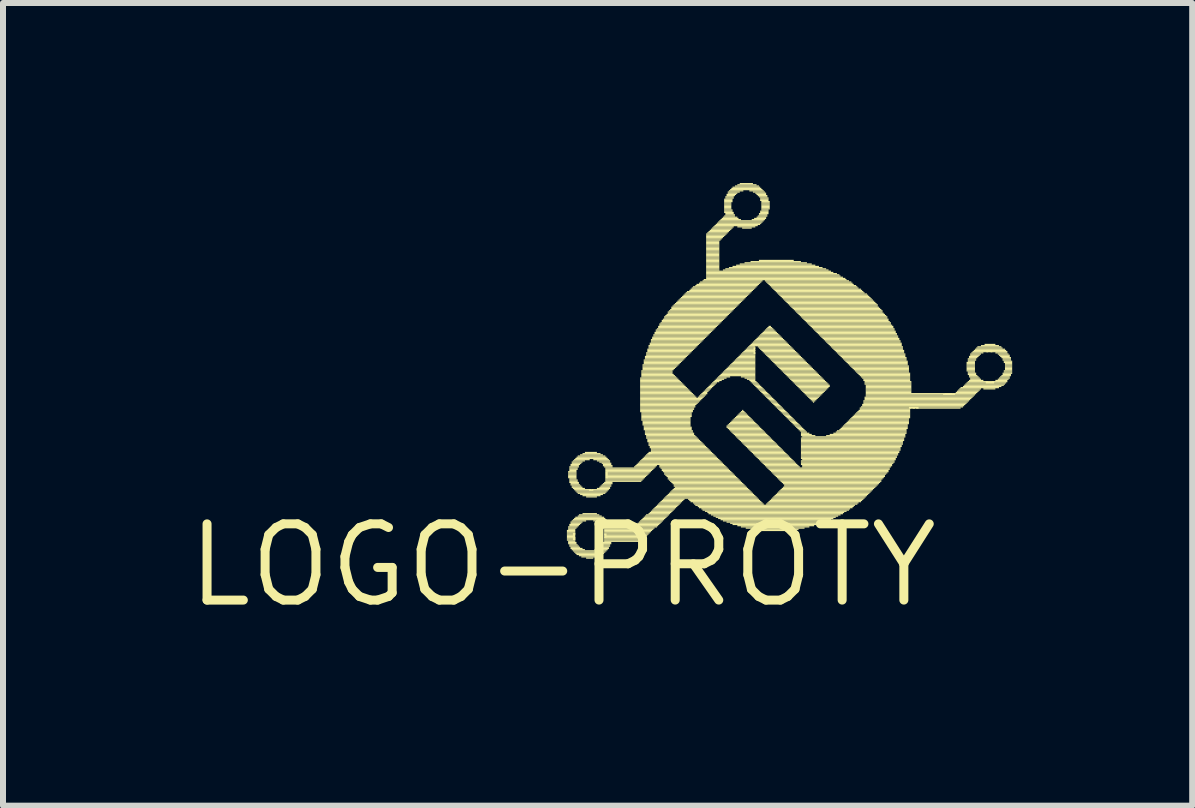
<source format=kicad_pcb>
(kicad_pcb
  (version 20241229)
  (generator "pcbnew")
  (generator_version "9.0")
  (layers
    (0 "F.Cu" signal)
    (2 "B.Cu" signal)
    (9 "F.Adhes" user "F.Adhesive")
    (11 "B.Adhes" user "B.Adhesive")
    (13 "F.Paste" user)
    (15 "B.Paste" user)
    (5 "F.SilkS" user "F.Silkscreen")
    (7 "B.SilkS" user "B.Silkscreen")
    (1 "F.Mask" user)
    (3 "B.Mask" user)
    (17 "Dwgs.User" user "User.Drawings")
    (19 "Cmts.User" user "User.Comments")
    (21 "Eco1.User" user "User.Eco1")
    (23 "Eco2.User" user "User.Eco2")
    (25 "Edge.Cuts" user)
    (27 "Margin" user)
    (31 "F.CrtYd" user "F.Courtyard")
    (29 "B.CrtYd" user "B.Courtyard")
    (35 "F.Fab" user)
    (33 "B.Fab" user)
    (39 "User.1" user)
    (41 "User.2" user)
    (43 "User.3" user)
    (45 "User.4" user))
  (footprint "LOGO-PROTY"
    (layer "F.Cu")
    (at 6.327 6.37)
    (property "Reference" "LOGO-PROTY" (at 0 0 0) (layer "F.SilkS") (effects (font (size 1.27 1.27) (thickness 0.15))))
    (attr through_hole)
    (fp_poly (pts (xy 0.07 -0.57) (xy 0.21 -0.57) (xy 0.21 -0.59) (xy 0.07 -0.59)) (stroke (width 0) (type solid)) (fill yes) (layer "F.SilkS"))
    (fp_poly (pts (xy 0.07 -0.55) (xy 0.21 -0.55) (xy 0.21 -0.57) (xy 0.07 -0.57)) (stroke (width 0) (type solid)) (fill yes) (layer "F.SilkS"))
    (fp_poly (pts (xy 0.07 -0.53) (xy 0.21 -0.53) (xy 0.21 -0.55) (xy 0.07 -0.55)) (stroke (width 0) (type solid)) (fill yes) (layer "F.SilkS"))
    (fp_poly (pts (xy 0.07 -0.51) (xy 0.21 -0.51) (xy 0.21 -0.53) (xy 0.07 -0.53)) (stroke (width 0) (type solid)) (fill yes) (layer "F.SilkS"))
    (fp_poly (pts (xy 0.07 -0.49) (xy 0.19 -0.49) (xy 0.19 -0.51) (xy 0.07 -0.51)) (stroke (width 0) (type solid)) (fill yes) (layer "F.SilkS"))
    (fp_poly (pts (xy 0.07 -0.47) (xy 0.19 -0.47) (xy 0.19 -0.49) (xy 0.07 -0.49)) (stroke (width 0) (type solid)) (fill yes) (layer "F.SilkS"))
    (fp_poly (pts (xy 0.07 -0.45) (xy 0.21 -0.45) (xy 0.21 -0.47) (xy 0.07 -0.47)) (stroke (width 0) (type solid)) (fill yes) (layer "F.SilkS"))
    (fp_poly (pts (xy 0.07 -0.43) (xy 0.21 -0.43) (xy 0.21 -0.45) (xy 0.07 -0.45)) (stroke (width 0) (type solid)) (fill yes) (layer "F.SilkS"))
    (fp_poly (pts (xy 0.07 -0.41) (xy 0.21 -0.41) (xy 0.21 -0.43) (xy 0.07 -0.43)) (stroke (width 0) (type solid)) (fill yes) (layer "F.SilkS"))
    (fp_poly (pts (xy 0.09 -1.55) (xy 0.23 -1.55) (xy 0.23 -1.57) (xy 0.09 -1.57)) (stroke (width 0) (type solid)) (fill yes) (layer "F.SilkS"))
    (fp_poly (pts (xy 0.09 -1.53) (xy 0.23 -1.53) (xy 0.23 -1.55) (xy 0.09 -1.55)) (stroke (width 0) (type solid)) (fill yes) (layer "F.SilkS"))
    (fp_poly (pts (xy 0.09 -1.51) (xy 0.23 -1.51) (xy 0.23 -1.53) (xy 0.09 -1.53)) (stroke (width 0) (type solid)) (fill yes) (layer "F.SilkS"))
    (fp_poly (pts (xy 0.09 -1.49) (xy 0.23 -1.49) (xy 0.23 -1.51) (xy 0.09 -1.51)) (stroke (width 0) (type solid)) (fill yes) (layer "F.SilkS"))
    (fp_poly (pts (xy 0.09 -1.47) (xy 0.23 -1.47) (xy 0.23 -1.49) (xy 0.09 -1.49)) (stroke (width 0) (type solid)) (fill yes) (layer "F.SilkS"))
    (fp_poly (pts (xy 0.09 -1.45) (xy 0.23 -1.45) (xy 0.23 -1.47) (xy 0.09 -1.47)) (stroke (width 0) (type solid)) (fill yes) (layer "F.SilkS"))
    (fp_poly (pts (xy 0.09 -0.63) (xy 0.25 -0.63) (xy 0.25 -0.65) (xy 0.09 -0.65)) (stroke (width 0) (type solid)) (fill yes) (layer "F.SilkS"))
    (fp_poly (pts (xy 0.09 -0.61) (xy 0.23 -0.61) (xy 0.23 -0.63) (xy 0.09 -0.63)) (stroke (width 0) (type solid)) (fill yes) (layer "F.SilkS"))
    (fp_poly (pts (xy 0.09 -0.59) (xy 0.21 -0.59) (xy 0.21 -0.61) (xy 0.09 -0.61)) (stroke (width 0) (type solid)) (fill yes) (layer "F.SilkS"))
    (fp_poly (pts (xy 0.09 -0.39) (xy 0.21 -0.39) (xy 0.21 -0.41) (xy 0.09 -0.41)) (stroke (width 0) (type solid)) (fill yes) (layer "F.SilkS"))
    (fp_poly (pts (xy 0.09 -0.37) (xy 0.23 -0.37) (xy 0.23 -0.39) (xy 0.09 -0.39)) (stroke (width 0) (type solid)) (fill yes) (layer "F.SilkS"))
    (fp_poly (pts (xy 0.09 -0.35) (xy 0.23 -0.35) (xy 0.23 -0.37) (xy 0.09 -0.37)) (stroke (width 0) (type solid)) (fill yes) (layer "F.SilkS"))
    (fp_poly (pts (xy 0.11 -1.63) (xy 0.27 -1.63) (xy 0.27 -1.65) (xy 0.11 -1.65)) (stroke (width 0) (type solid)) (fill yes) (layer "F.SilkS"))
    (fp_poly (pts (xy 0.11 -1.61) (xy 0.25 -1.61) (xy 0.25 -1.63) (xy 0.11 -1.63)) (stroke (width 0) (type solid)) (fill yes) (layer "F.SilkS"))
    (fp_poly (pts (xy 0.11 -1.59) (xy 0.25 -1.59) (xy 0.25 -1.61) (xy 0.11 -1.61)) (stroke (width 0) (type solid)) (fill yes) (layer "F.SilkS"))
    (fp_poly (pts (xy 0.11 -1.57) (xy 0.23 -1.57) (xy 0.23 -1.59) (xy 0.11 -1.59)) (stroke (width 0) (type solid)) (fill yes) (layer "F.SilkS"))
    (fp_poly (pts (xy 0.11 -1.43) (xy 0.23 -1.43) (xy 0.23 -1.45) (xy 0.11 -1.45)) (stroke (width 0) (type solid)) (fill yes) (layer "F.SilkS"))
    (fp_poly (pts (xy 0.11 -1.41) (xy 0.25 -1.41) (xy 0.25 -1.43) (xy 0.11 -1.43)) (stroke (width 0) (type solid)) (fill yes) (layer "F.SilkS"))
    (fp_poly (pts (xy 0.11 -1.39) (xy 0.25 -1.39) (xy 0.25 -1.41) (xy 0.11 -1.41)) (stroke (width 0) (type solid)) (fill yes) (layer "F.SilkS"))
    (fp_poly (pts (xy 0.11 -1.37) (xy 0.27 -1.37) (xy 0.27 -1.39) (xy 0.11 -1.39)) (stroke (width 0) (type solid)) (fill yes) (layer "F.SilkS"))
    (fp_poly (pts (xy 0.11 -0.67) (xy 0.29 -0.67) (xy 0.29 -0.69) (xy 0.11 -0.69)) (stroke (width 0) (type solid)) (fill yes) (layer "F.SilkS"))
    (fp_poly (pts (xy 0.11 -0.65) (xy 0.27 -0.65) (xy 0.27 -0.67) (xy 0.11 -0.67)) (stroke (width 0) (type solid)) (fill yes) (layer "F.SilkS"))
    (fp_poly (pts (xy 0.11 -0.33) (xy 0.25 -0.33) (xy 0.25 -0.35) (xy 0.11 -0.35)) (stroke (width 0) (type solid)) (fill yes) (layer "F.SilkS"))
    (fp_poly (pts (xy 0.11 -0.31) (xy 0.27 -0.31) (xy 0.27 -0.33) (xy 0.11 -0.33)) (stroke (width 0) (type solid)) (fill yes) (layer "F.SilkS"))
    (fp_poly (pts (xy 0.13 -1.67) (xy 0.29 -1.67) (xy 0.29 -1.69) (xy 0.13 -1.69)) (stroke (width 0) (type solid)) (fill yes) (layer "F.SilkS"))
    (fp_poly (pts (xy 0.13 -1.65) (xy 0.27 -1.65) (xy 0.27 -1.67) (xy 0.13 -1.67)) (stroke (width 0) (type solid)) (fill yes) (layer "F.SilkS"))
    (fp_poly (pts (xy 0.13 -1.35) (xy 0.27 -1.35) (xy 0.27 -1.37) (xy 0.13 -1.37)) (stroke (width 0) (type solid)) (fill yes) (layer "F.SilkS"))
    (fp_poly (pts (xy 0.13 -1.33) (xy 0.29 -1.33) (xy 0.29 -1.35) (xy 0.13 -1.35)) (stroke (width 0) (type solid)) (fill yes) (layer "F.SilkS"))
    (fp_poly (pts (xy 0.13 -0.71) (xy 0.33 -0.71) (xy 0.33 -0.73) (xy 0.13 -0.73)) (stroke (width 0) (type solid)) (fill yes) (layer "F.SilkS"))
    (fp_poly (pts (xy 0.13 -0.69) (xy 0.31 -0.69) (xy 0.31 -0.71) (xy 0.13 -0.71)) (stroke (width 0) (type solid)) (fill yes) (layer "F.SilkS"))
    (fp_poly (pts (xy 0.13 -0.29) (xy 0.29 -0.29) (xy 0.29 -0.31) (xy 0.13 -0.31)) (stroke (width 0) (type solid)) (fill yes) (layer "F.SilkS"))
    (fp_poly (pts (xy 0.13 -0.27) (xy 0.33 -0.27) (xy 0.33 -0.29) (xy 0.13 -0.29)) (stroke (width 0) (type solid)) (fill yes) (layer "F.SilkS"))
    (fp_poly (pts (xy 0.15 -1.71) (xy 0.33 -1.71) (xy 0.33 -1.73) (xy 0.15 -1.73)) (stroke (width 0) (type solid)) (fill yes) (layer "F.SilkS"))
    (fp_poly (pts (xy 0.15 -1.69) (xy 0.31 -1.69) (xy 0.31 -1.71) (xy 0.15 -1.71)) (stroke (width 0) (type solid)) (fill yes) (layer "F.SilkS"))
    (fp_poly (pts (xy 0.15 -1.31) (xy 0.31 -1.31) (xy 0.31 -1.33) (xy 0.15 -1.33)) (stroke (width 0) (type solid)) (fill yes) (layer "F.SilkS"))
    (fp_poly (pts (xy 0.15 -1.29) (xy 0.33 -1.29) (xy 0.33 -1.31) (xy 0.15 -1.31)) (stroke (width 0) (type solid)) (fill yes) (layer "F.SilkS"))
    (fp_poly (pts (xy 0.15 -0.73) (xy 0.39 -0.73) (xy 0.39 -0.75) (xy 0.15 -0.75)) (stroke (width 0) (type solid)) (fill yes) (layer "F.SilkS"))
    (fp_poly (pts (xy 0.15 -0.25) (xy 0.37 -0.25) (xy 0.37 -0.27) (xy 0.15 -0.27)) (stroke (width 0) (type solid)) (fill yes) (layer "F.SilkS"))
    (fp_poly (pts (xy 0.17 -1.73) (xy 0.37 -1.73) (xy 0.37 -1.75) (xy 0.17 -1.75)) (stroke (width 0) (type solid)) (fill yes) (layer "F.SilkS"))
    (fp_poly (pts (xy 0.17 -1.27) (xy 0.37 -1.27) (xy 0.37 -1.29) (xy 0.17 -1.29)) (stroke (width 0) (type solid)) (fill yes) (layer "F.SilkS"))
    (fp_poly (pts (xy 0.17 -0.75) (xy 0.73 -0.75) (xy 0.73 -0.77) (xy 0.17 -0.77)) (stroke (width 0) (type solid)) (fill yes) (layer "F.SilkS"))
    (fp_poly (pts (xy 0.17 -0.42) (xy 0.21 -0.42) (xy 0.21 -0.54) (xy 0.17 -0.54)) (stroke (width 0) (type solid)) (fill yes) (layer "F.SilkS"))
    (fp_poly (pts (xy 0.17 -0.23) (xy 0.73 -0.23) (xy 0.73 -0.25) (xy 0.17 -0.25)) (stroke (width 0) (type solid)) (fill yes) (layer "F.SilkS"))
    (fp_poly (pts (xy 0.19 -1.75) (xy 0.45 -1.75) (xy 0.45 -1.77) (xy 0.19 -1.77)) (stroke (width 0) (type solid)) (fill yes) (layer "F.SilkS"))
    (fp_poly (pts (xy 0.19 -1.25) (xy 0.47 -1.25) (xy 0.47 -1.27) (xy 0.19 -1.27)) (stroke (width 0) (type solid)) (fill yes) (layer "F.SilkS"))
    (fp_poly (pts (xy 0.19 -0.77) (xy 0.71 -0.77) (xy 0.71 -0.79) (xy 0.19 -0.79)) (stroke (width 0) (type solid)) (fill yes) (layer "F.SilkS"))
    (fp_poly (pts (xy 0.19 -0.21) (xy 0.71 -0.21) (xy 0.71 -0.23) (xy 0.19 -0.23)) (stroke (width 0) (type solid)) (fill yes) (layer "F.SilkS"))
    (fp_poly (pts (xy 0.21 -1.77) (xy 0.75 -1.77) (xy 0.75 -1.79) (xy 0.21 -1.79)) (stroke (width 0) (type solid)) (fill yes) (layer "F.SilkS"))
    (fp_poly (pts (xy 0.21 -1.23) (xy 0.75 -1.23) (xy 0.75 -1.25) (xy 0.21 -1.25)) (stroke (width 0) (type solid)) (fill yes) (layer "F.SilkS"))
    (fp_poly (pts (xy 0.21 -0.79) (xy 0.69 -0.79) (xy 0.69 -0.81) (xy 0.21 -0.81)) (stroke (width 0) (type solid)) (fill yes) (layer "F.SilkS"))
    (fp_poly (pts (xy 0.21 -0.19) (xy 0.69 -0.19) (xy 0.69 -0.21) (xy 0.21 -0.21)) (stroke (width 0) (type solid)) (fill yes) (layer "F.SilkS"))
    (fp_poly (pts (xy 0.23 -1.79) (xy 0.73 -1.79) (xy 0.73 -1.81) (xy 0.23 -1.81)) (stroke (width 0) (type solid)) (fill yes) (layer "F.SilkS"))
    (fp_poly (pts (xy 0.23 -1.21) (xy 0.73 -1.21) (xy 0.73 -1.23) (xy 0.23 -1.23)) (stroke (width 0) (type solid)) (fill yes) (layer "F.SilkS"))
    (fp_poly (pts (xy 0.23 -0.17) (xy 0.67 -0.17) (xy 0.67 -0.19) (xy 0.23 -0.19)) (stroke (width 0) (type solid)) (fill yes) (layer "F.SilkS"))
    (fp_poly (pts (xy 0.25 -1.81) (xy 0.71 -1.81) (xy 0.71 -1.83) (xy 0.25 -1.83)) (stroke (width 0) (type solid)) (fill yes) (layer "F.SilkS"))
    (fp_poly (pts (xy 0.25 -1.19) (xy 0.71 -1.19) (xy 0.71 -1.21) (xy 0.25 -1.21)) (stroke (width 0) (type solid)) (fill yes) (layer "F.SilkS"))
    (fp_poly (pts (xy 0.25 -0.81) (xy 0.65 -0.81) (xy 0.65 -0.83) (xy 0.25 -0.83)) (stroke (width 0) (type solid)) (fill yes) (layer "F.SilkS"))
    (fp_poly (pts (xy 0.27 -0.83) (xy 0.61 -0.83) (xy 0.61 -0.85) (xy 0.27 -0.85)) (stroke (width 0) (type solid)) (fill yes) (layer "F.SilkS"))
    (fp_poly (pts (xy 0.27 -0.15) (xy 0.63 -0.15) (xy 0.63 -0.17) (xy 0.27 -0.17)) (stroke (width 0) (type solid)) (fill yes) (layer "F.SilkS"))
    (fp_poly (pts (xy 0.29 -1.83) (xy 0.67 -1.83) (xy 0.67 -1.85) (xy 0.29 -1.85)) (stroke (width 0) (type solid)) (fill yes) (layer "F.SilkS"))
    (fp_poly (pts (xy 0.29 -1.17) (xy 0.67 -1.17) (xy 0.67 -1.19) (xy 0.29 -1.19)) (stroke (width 0) (type solid)) (fill yes) (layer "F.SilkS"))
    (fp_poly (pts (xy 0.31 -0.13) (xy 0.59 -0.13) (xy 0.59 -0.15) (xy 0.31 -0.15)) (stroke (width 0) (type solid)) (fill yes) (layer "F.SilkS"))
    (fp_poly (pts (xy 0.33 -1.85) (xy 0.63 -1.85) (xy 0.63 -1.87) (xy 0.33 -1.87)) (stroke (width 0) (type solid)) (fill yes) (layer "F.SilkS"))
    (fp_poly (pts (xy 0.33 -1.15) (xy 0.63 -1.15) (xy 0.63 -1.17) (xy 0.33 -1.17)) (stroke (width 0) (type solid)) (fill yes) (layer "F.SilkS"))
    (fp_poly (pts (xy 0.33 -0.85) (xy 0.57 -0.85) (xy 0.57 -0.87) (xy 0.33 -0.87)) (stroke (width 0) (type solid)) (fill yes) (layer "F.SilkS"))
    (fp_poly (pts (xy 0.37 -1.87) (xy 0.57 -1.87) (xy 0.57 -1.89) (xy 0.37 -1.89)) (stroke (width 0) (type solid)) (fill yes) (layer "F.SilkS"))
    (fp_poly (pts (xy 0.39 -1.13) (xy 0.57 -1.13) (xy 0.57 -1.15) (xy 0.39 -1.15)) (stroke (width 0) (type solid)) (fill yes) (layer "F.SilkS"))
    (fp_poly (pts (xy 0.39 -0.11) (xy 0.51 -0.11) (xy 0.51 -0.13) (xy 0.39 -0.13)) (stroke (width 0) (type solid)) (fill yes) (layer "F.SilkS"))
    (fp_poly (pts (xy 0.44 -1.24) (xy 0.51 -1.24) (xy 0.51 -1.27) (xy 0.44 -1.27)) (stroke (width 0) (type solid)) (fill yes) (layer "F.SilkS"))
    (fp_poly (pts (xy 0.49 -1.25) (xy 0.77 -1.25) (xy 0.77 -1.27) (xy 0.49 -1.27)) (stroke (width 0) (type solid)) (fill yes) (layer "F.SilkS"))
    (fp_poly (pts (xy 0.51 -1.75) (xy 0.77 -1.75) (xy 0.77 -1.77) (xy 0.51 -1.77)) (stroke (width 0) (type solid)) (fill yes) (layer "F.SilkS"))
    (fp_poly (pts (xy 0.51 -0.73) (xy 0.75 -0.73) (xy 0.75 -0.75) (xy 0.51 -0.75)) (stroke (width 0) (type solid)) (fill yes) (layer "F.SilkS"))
    (fp_poly (pts (xy 0.53 -0.25) (xy 0.75 -0.25) (xy 0.75 -0.27) (xy 0.53 -0.27)) (stroke (width 0) (type solid)) (fill yes) (layer "F.SilkS"))
    (fp_poly (pts (xy 0.57 -1.73) (xy 0.79 -1.73) (xy 0.79 -1.75) (xy 0.57 -1.75)) (stroke (width 0) (type solid)) (fill yes) (layer "F.SilkS"))
    (fp_poly (pts (xy 0.57 -1.27) (xy 0.79 -1.27) (xy 0.79 -1.29) (xy 0.57 -1.29)) (stroke (width 0) (type solid)) (fill yes) (layer "F.SilkS"))
    (fp_poly (pts (xy 0.57 -0.71) (xy 0.77 -0.71) (xy 0.77 -0.73) (xy 0.57 -0.73)) (stroke (width 0) (type solid)) (fill yes) (layer "F.SilkS"))
    (fp_poly (pts (xy 0.57 -0.27) (xy 0.77 -0.27) (xy 0.77 -0.29) (xy 0.57 -0.29)) (stroke (width 0) (type solid)) (fill yes) (layer "F.SilkS"))
    (fp_poly (pts (xy 0.59 -0.69) (xy 0.77 -0.69) (xy 0.77 -0.71) (xy 0.59 -0.71)) (stroke (width 0) (type solid)) (fill yes) (layer "F.SilkS"))
    (fp_poly (pts (xy 0.61 -1.71) (xy 0.79 -1.71) (xy 0.79 -1.73) (xy 0.61 -1.73)) (stroke (width 0) (type solid)) (fill yes) (layer "F.SilkS"))
    (fp_poly (pts (xy 0.61 -1.29) (xy 0.79 -1.29) (xy 0.79 -1.31) (xy 0.61 -1.31)) (stroke (width 0) (type solid)) (fill yes) (layer "F.SilkS"))
    (fp_poly (pts (xy 0.61 -0.29) (xy 0.77 -0.29) (xy 0.77 -0.31) (xy 0.61 -0.31)) (stroke (width 0) (type solid)) (fill yes) (layer "F.SilkS"))
    (fp_poly (pts (xy 0.63 -1.31) (xy 0.81 -1.31) (xy 0.81 -1.33) (xy 0.63 -1.33)) (stroke (width 0) (type solid)) (fill yes) (layer "F.SilkS"))
    (fp_poly (pts (xy 0.63 -0.67) (xy 0.79 -0.67) (xy 0.79 -0.69) (xy 0.63 -0.69)) (stroke (width 0) (type solid)) (fill yes) (layer "F.SilkS"))
    (fp_poly (pts (xy 0.63 -0.31) (xy 0.79 -0.31) (xy 0.79 -0.33) (xy 0.63 -0.33)) (stroke (width 0) (type solid)) (fill yes) (layer "F.SilkS"))
    (fp_poly (pts (xy 0.65 -1.69) (xy 0.81 -1.69) (xy 0.81 -1.71) (xy 0.65 -1.71)) (stroke (width 0) (type solid)) (fill yes) (layer "F.SilkS"))
    (fp_poly (pts (xy 0.65 -1.33) (xy 0.81 -1.33) (xy 0.81 -1.35) (xy 0.65 -1.35)) (stroke (width 0) (type solid)) (fill yes) (layer "F.SilkS"))
    (fp_poly (pts (xy 0.65 -0.65) (xy 0.79 -0.65) (xy 0.79 -0.67) (xy 0.65 -0.67)) (stroke (width 0) (type solid)) (fill yes) (layer "F.SilkS"))
    (fp_poly (pts (xy 0.65 -0.63) (xy 0.81 -0.63) (xy 0.81 -0.65) (xy 0.65 -0.65)) (stroke (width 0) (type solid)) (fill yes) (layer "F.SilkS"))
    (fp_poly (pts (xy 0.65 -0.33) (xy 0.79 -0.33) (xy 0.79 -0.35) (xy 0.65 -0.35)) (stroke (width 0) (type solid)) (fill yes) (layer "F.SilkS"))
    (fp_poly (pts (xy 0.67 -1.67) (xy 0.81 -1.67) (xy 0.81 -1.69) (xy 0.67 -1.69)) (stroke (width 0) (type solid)) (fill yes) (layer "F.SilkS"))
    (fp_poly (pts (xy 0.67 -1.65) (xy 0.83 -1.65) (xy 0.83 -1.67) (xy 0.67 -1.67)) (stroke (width 0) (type solid)) (fill yes) (layer "F.SilkS"))
    (fp_poly (pts (xy 0.67 -1.35) (xy 0.83 -1.35) (xy 0.83 -1.37) (xy 0.67 -1.37)) (stroke (width 0) (type solid)) (fill yes) (layer "F.SilkS"))
    (fp_poly (pts (xy 0.67 -0.61) (xy 1.53 -0.61) (xy 1.53 -0.63) (xy 0.67 -0.63)) (stroke (width 0) (type solid)) (fill yes) (layer "F.SilkS"))
    (fp_poly (pts (xy 0.67 -0.37) (xy 0.81 -0.37) (xy 0.81 -0.39) (xy 0.67 -0.39)) (stroke (width 0) (type solid)) (fill yes) (layer "F.SilkS"))
    (fp_poly (pts (xy 0.67 -0.35) (xy 0.81 -0.35) (xy 0.81 -0.37) (xy 0.67 -0.37)) (stroke (width 0) (type solid)) (fill yes) (layer "F.SilkS"))
    (fp_poly (pts (xy 0.69 -1.63) (xy 0.83 -1.63) (xy 0.83 -1.65) (xy 0.69 -1.65)) (stroke (width 0) (type solid)) (fill yes) (layer "F.SilkS"))
    (fp_poly (pts (xy 0.69 -1.37) (xy 0.83 -1.37) (xy 0.83 -1.39) (xy 0.69 -1.39)) (stroke (width 0) (type solid)) (fill yes) (layer "F.SilkS"))
    (fp_poly (pts (xy 0.69 -0.59) (xy 1.51 -0.59) (xy 1.51 -0.61) (xy 0.69 -0.61)) (stroke (width 0) (type solid)) (fill yes) (layer "F.SilkS"))
    (fp_poly (pts (xy 0.69 -0.57) (xy 1.49 -0.57) (xy 1.49 -0.59) (xy 0.69 -0.59)) (stroke (width 0) (type solid)) (fill yes) (layer "F.SilkS"))
    (fp_poly (pts (xy 0.69 -0.55) (xy 1.47 -0.55) (xy 1.47 -0.57) (xy 0.69 -0.57)) (stroke (width 0) (type solid)) (fill yes) (layer "F.SilkS"))
    (fp_poly (pts (xy 0.69 -0.53) (xy 1.45 -0.53) (xy 1.45 -0.55) (xy 0.69 -0.55)) (stroke (width 0) (type solid)) (fill yes) (layer "F.SilkS"))
    (fp_poly (pts (xy 0.69 -0.51) (xy 1.43 -0.51) (xy 1.43 -0.53) (xy 0.69 -0.53)) (stroke (width 0) (type solid)) (fill yes) (layer "F.SilkS"))
    (fp_poly (pts (xy 0.69 -0.46) (xy 0.73 -0.46) (xy 0.73 -0.53) (xy 0.69 -0.53)) (stroke (width 0) (type solid)) (fill yes) (layer "F.SilkS"))
    (fp_poly (pts (xy 0.69 -0.45) (xy 1.37 -0.45) (xy 1.37 -0.47) (xy 0.69 -0.47)) (stroke (width 0) (type solid)) (fill yes) (layer "F.SilkS"))
    (fp_poly (pts (xy 0.69 -0.43) (xy 1.35 -0.43) (xy 1.35 -0.45) (xy 0.69 -0.45)) (stroke (width 0) (type solid)) (fill yes) (layer "F.SilkS"))
    (fp_poly (pts (xy 0.69 -0.41) (xy 1.33 -0.41) (xy 1.33 -0.43) (xy 0.69 -0.43)) (stroke (width 0) (type solid)) (fill yes) (layer "F.SilkS"))
    (fp_poly (pts (xy 0.69 -0.39) (xy 1.31 -0.39) (xy 1.31 -0.41) (xy 0.69 -0.41)) (stroke (width 0) (type solid)) (fill yes) (layer "F.SilkS"))
    (fp_poly (pts (xy 0.71 -1.61) (xy 1.53 -1.61) (xy 1.53 -1.63) (xy 0.71 -1.63)) (stroke (width 0) (type solid)) (fill yes) (layer "F.SilkS"))
    (fp_poly (pts (xy 0.71 -1.59) (xy 1.51 -1.59) (xy 1.51 -1.61) (xy 0.71 -1.61)) (stroke (width 0) (type solid)) (fill yes) (layer "F.SilkS"))
    (fp_poly (pts (xy 0.71 -1.57) (xy 1.49 -1.57) (xy 1.49 -1.59) (xy 0.71 -1.59)) (stroke (width 0) (type solid)) (fill yes) (layer "F.SilkS"))
    (fp_poly (pts (xy 0.71 -1.45) (xy 0.75 -1.45) (xy 0.75 -1.57) (xy 0.71 -1.57)) (stroke (width 0) (type solid)) (fill yes) (layer "F.SilkS"))
    (fp_poly (pts (xy 0.71 -1.43) (xy 1.35 -1.43) (xy 1.35 -1.45) (xy 0.71 -1.45)) (stroke (width 0) (type solid)) (fill yes) (layer "F.SilkS"))
    (fp_poly (pts (xy 0.71 -1.41) (xy 1.33 -1.41) (xy 1.33 -1.43) (xy 0.71 -1.43)) (stroke (width 0) (type solid)) (fill yes) (layer "F.SilkS"))
    (fp_poly (pts (xy 0.71 -1.39) (xy 1.31 -1.39) (xy 1.31 -1.41) (xy 0.71 -1.41)) (stroke (width 0) (type solid)) (fill yes) (layer "F.SilkS"))
    (fp_poly (pts (xy 0.71 -0.49) (xy 1.41 -0.49) (xy 1.41 -0.51) (xy 0.71 -0.51)) (stroke (width 0) (type solid)) (fill yes) (layer "F.SilkS"))
    (fp_poly (pts (xy 0.71 -0.47) (xy 1.39 -0.47) (xy 1.39 -0.49) (xy 0.71 -0.49)) (stroke (width 0) (type solid)) (fill yes) (layer "F.SilkS"))
    (fp_poly (pts (xy 0.73 -1.55) (xy 1.47 -1.55) (xy 1.47 -1.57) (xy 0.73 -1.57)) (stroke (width 0) (type solid)) (fill yes) (layer "F.SilkS"))
    (fp_poly (pts (xy 0.73 -1.53) (xy 1.45 -1.53) (xy 1.45 -1.55) (xy 0.73 -1.55)) (stroke (width 0) (type solid)) (fill yes) (layer "F.SilkS"))
    (fp_poly (pts (xy 0.73 -1.51) (xy 1.43 -1.51) (xy 1.43 -1.53) (xy 0.73 -1.53)) (stroke (width 0) (type solid)) (fill yes) (layer "F.SilkS"))
    (fp_poly (pts (xy 0.73 -1.49) (xy 1.41 -1.49) (xy 1.41 -1.51) (xy 0.73 -1.51)) (stroke (width 0) (type solid)) (fill yes) (layer "F.SilkS"))
    (fp_poly (pts (xy 0.73 -1.47) (xy 1.39 -1.47) (xy 1.39 -1.49) (xy 0.73 -1.49)) (stroke (width 0) (type solid)) (fill yes) (layer "F.SilkS"))
    (fp_poly (pts (xy 0.73 -1.45) (xy 1.37 -1.45) (xy 1.37 -1.47) (xy 0.73 -1.47)) (stroke (width 0) (type solid)) (fill yes) (layer "F.SilkS"))
    (fp_poly (pts (xy 1.19 -1.63) (xy 1.55 -1.63) (xy 1.55 -1.65) (xy 1.19 -1.65)) (stroke (width 0) (type solid)) (fill yes) (layer "F.SilkS"))
    (fp_poly (pts (xy 1.19 -0.63) (xy 1.57 -0.63) (xy 1.57 -0.65) (xy 1.19 -0.65)) (stroke (width 0) (type solid)) (fill yes) (layer "F.SilkS"))
    (fp_poly (pts (xy 1.21 -1.65) (xy 1.57 -1.65) (xy 1.57 -1.67) (xy 1.21 -1.67)) (stroke (width 0) (type solid)) (fill yes) (layer "F.SilkS"))
    (fp_poly (pts (xy 1.21 -0.65) (xy 1.59 -0.65) (xy 1.59 -0.67) (xy 1.21 -0.67)) (stroke (width 0) (type solid)) (fill yes) (layer "F.SilkS"))
    (fp_poly (pts (xy 1.23 -1.67) (xy 2.69 -1.67) (xy 2.69 -1.69) (xy 1.23 -1.69)) (stroke (width 0) (type solid)) (fill yes) (layer "F.SilkS"))
    (fp_poly (pts (xy 1.23 -0.67) (xy 1.61 -0.67) (xy 1.61 -0.69) (xy 1.23 -0.69)) (stroke (width 0) (type solid)) (fill yes) (layer "F.SilkS"))
    (fp_poly (pts (xy 1.25 -1.69) (xy 2.67 -1.69) (xy 2.67 -1.71) (xy 1.25 -1.71)) (stroke (width 0) (type solid)) (fill yes) (layer "F.SilkS"))
    (fp_poly (pts (xy 1.25 -0.69) (xy 1.63 -0.69) (xy 1.63 -0.71) (xy 1.25 -0.71)) (stroke (width 0) (type solid)) (fill yes) (layer "F.SilkS"))
    (fp_poly (pts (xy 1.27 -1.71) (xy 2.65 -1.71) (xy 2.65 -1.73) (xy 1.27 -1.73)) (stroke (width 0) (type solid)) (fill yes) (layer "F.SilkS"))
    (fp_poly (pts (xy 1.27 -0.71) (xy 1.65 -0.71) (xy 1.65 -0.73) (xy 1.27 -0.73)) (stroke (width 0) (type solid)) (fill yes) (layer "F.SilkS"))
    (fp_poly (pts (xy 1.29 -3.11) (xy 1.91 -3.11) (xy 1.91 -3.13) (xy 1.29 -3.13)) (stroke (width 0) (type solid)) (fill yes) (layer "F.SilkS"))
    (fp_poly (pts (xy 1.29 -3.09) (xy 1.93 -3.09) (xy 1.93 -3.11) (xy 1.29 -3.11)) (stroke (width 0) (type solid)) (fill yes) (layer "F.SilkS"))
    (fp_poly (pts (xy 1.29 -3.07) (xy 1.95 -3.07) (xy 1.95 -3.09) (xy 1.29 -3.09)) (stroke (width 0) (type solid)) (fill yes) (layer "F.SilkS"))
    (fp_poly (pts (xy 1.29 -3.05) (xy 1.97 -3.05) (xy 1.97 -3.07) (xy 1.29 -3.07)) (stroke (width 0) (type solid)) (fill yes) (layer "F.SilkS"))
    (fp_poly (pts (xy 1.29 -3.03) (xy 1.99 -3.03) (xy 1.99 -3.05) (xy 1.29 -3.05)) (stroke (width 0) (type solid)) (fill yes) (layer "F.SilkS"))
    (fp_poly (pts (xy 1.29 -3.01) (xy 2.01 -3.01) (xy 2.01 -3.03) (xy 1.29 -3.03)) (stroke (width 0) (type solid)) (fill yes) (layer "F.SilkS"))
    (fp_poly (pts (xy 1.29 -2.99) (xy 2.03 -2.99) (xy 2.03 -3.01) (xy 1.29 -3.01)) (stroke (width 0) (type solid)) (fill yes) (layer "F.SilkS"))
    (fp_poly (pts (xy 1.29 -2.97) (xy 2.05 -2.97) (xy 2.05 -2.99) (xy 1.29 -2.99)) (stroke (width 0) (type solid)) (fill yes) (layer "F.SilkS"))
    (fp_poly (pts (xy 1.29 -2.95) (xy 2.07 -2.95) (xy 2.07 -2.97) (xy 1.29 -2.97)) (stroke (width 0) (type solid)) (fill yes) (layer "F.SilkS"))
    (fp_poly (pts (xy 1.29 -2.93) (xy 2.09 -2.93) (xy 2.09 -2.95) (xy 1.29 -2.95)) (stroke (width 0) (type solid)) (fill yes) (layer "F.SilkS"))
    (fp_poly (pts (xy 1.29 -2.91) (xy 2.11 -2.91) (xy 2.11 -2.93) (xy 1.29 -2.93)) (stroke (width 0) (type solid)) (fill yes) (layer "F.SilkS"))
    (fp_poly (pts (xy 1.29 -2.89) (xy 2.13 -2.89) (xy 2.13 -2.91) (xy 1.29 -2.91)) (stroke (width 0) (type solid)) (fill yes) (layer "F.SilkS"))
    (fp_poly (pts (xy 1.29 -2.87) (xy 2.15 -2.87) (xy 2.15 -2.89) (xy 1.29 -2.89)) (stroke (width 0) (type solid)) (fill yes) (layer "F.SilkS"))
    (fp_poly (pts (xy 1.29 -2.85) (xy 2.17 -2.85) (xy 2.17 -2.87) (xy 1.29 -2.87)) (stroke (width 0) (type solid)) (fill yes) (layer "F.SilkS"))
    (fp_poly (pts (xy 1.29 -2.83) (xy 2.19 -2.83) (xy 2.19 -2.85) (xy 1.29 -2.85)) (stroke (width 0) (type solid)) (fill yes) (layer "F.SilkS"))
    (fp_poly (pts (xy 1.29 -2.81) (xy 2.21 -2.81) (xy 2.21 -2.83) (xy 1.29 -2.83)) (stroke (width 0) (type solid)) (fill yes) (layer "F.SilkS"))
    (fp_poly (pts (xy 1.29 -2.79) (xy 2.23 -2.79) (xy 2.23 -2.81) (xy 1.29 -2.81)) (stroke (width 0) (type solid)) (fill yes) (layer "F.SilkS"))
    (fp_poly (pts (xy 1.29 -2.77) (xy 2.33 -2.77) (xy 2.33 -2.79) (xy 1.29 -2.79)) (stroke (width 0) (type solid)) (fill yes) (layer "F.SilkS"))
    (fp_poly (pts (xy 1.29 -2.75) (xy 2.31 -2.75) (xy 2.31 -2.77) (xy 1.29 -2.77)) (stroke (width 0) (type solid)) (fill yes) (layer "F.SilkS"))
    (fp_poly (pts (xy 1.29 -2.73) (xy 2.29 -2.73) (xy 2.29 -2.75) (xy 1.29 -2.75)) (stroke (width 0) (type solid)) (fill yes) (layer "F.SilkS"))
    (fp_poly (pts (xy 1.29 -2.71) (xy 2.27 -2.71) (xy 2.27 -2.73) (xy 1.29 -2.73)) (stroke (width 0) (type solid)) (fill yes) (layer "F.SilkS"))
    (fp_poly (pts (xy 1.29 -2.69) (xy 2.25 -2.69) (xy 2.25 -2.71) (xy 1.29 -2.71)) (stroke (width 0) (type solid)) (fill yes) (layer "F.SilkS"))
    (fp_poly (pts (xy 1.29 -2.67) (xy 2.23 -2.67) (xy 2.23 -2.69) (xy 1.29 -2.69)) (stroke (width 0) (type solid)) (fill yes) (layer "F.SilkS"))
    (fp_poly (pts (xy 1.29 -2.65) (xy 2.21 -2.65) (xy 2.21 -2.67) (xy 1.29 -2.67)) (stroke (width 0) (type solid)) (fill yes) (layer "F.SilkS"))
    (fp_poly (pts (xy 1.29 -2.63) (xy 2.21 -2.63) (xy 2.21 -2.65) (xy 1.29 -2.65)) (stroke (width 0) (type solid)) (fill yes) (layer "F.SilkS"))
    (fp_poly (pts (xy 1.29 -2.61) (xy 2.19 -2.61) (xy 2.19 -2.63) (xy 1.29 -2.63)) (stroke (width 0) (type solid)) (fill yes) (layer "F.SilkS"))
    (fp_poly (pts (xy 1.29 -2.59) (xy 2.19 -2.59) (xy 2.19 -2.61) (xy 1.29 -2.61)) (stroke (width 0) (type solid)) (fill yes) (layer "F.SilkS"))
    (fp_poly (pts (xy 1.29 -2.57) (xy 2.17 -2.57) (xy 2.17 -2.59) (xy 1.29 -2.59)) (stroke (width 0) (type solid)) (fill yes) (layer "F.SilkS"))
    (fp_poly (pts (xy 1.29 -2.55) (xy 2.17 -2.55) (xy 2.17 -2.57) (xy 1.29 -2.57)) (stroke (width 0) (type solid)) (fill yes) (layer "F.SilkS"))
    (fp_poly (pts (xy 1.29 -1.73) (xy 2.63 -1.73) (xy 2.63 -1.75) (xy 1.29 -1.75)) (stroke (width 0) (type solid)) (fill yes) (layer "F.SilkS"))
    (fp_poly (pts (xy 1.29 -0.73) (xy 1.67 -0.73) (xy 1.67 -0.75) (xy 1.29 -0.75)) (stroke (width 0) (type solid)) (fill yes) (layer "F.SilkS"))
    (fp_poly (pts (xy 1.31 -3.23) (xy 1.83 -3.23) (xy 1.83 -3.25) (xy 1.31 -3.25)) (stroke (width 0) (type solid)) (fill yes) (layer "F.SilkS"))
    (fp_poly (pts (xy 1.31 -3.21) (xy 1.83 -3.21) (xy 1.83 -3.23) (xy 1.31 -3.23)) (stroke (width 0) (type solid)) (fill yes) (layer "F.SilkS"))
    (fp_poly (pts (xy 1.31 -3.19) (xy 1.83 -3.19) (xy 1.83 -3.21) (xy 1.31 -3.21)) (stroke (width 0) (type solid)) (fill yes) (layer "F.SilkS"))
    (fp_poly (pts (xy 1.31 -3.17) (xy 1.85 -3.17) (xy 1.85 -3.19) (xy 1.31 -3.19)) (stroke (width 0) (type solid)) (fill yes) (layer "F.SilkS"))
    (fp_poly (pts (xy 1.31 -3.15) (xy 1.87 -3.15) (xy 1.87 -3.17) (xy 1.31 -3.17)) (stroke (width 0) (type solid)) (fill yes) (layer "F.SilkS"))
    (fp_poly (pts (xy 1.31 -3.13) (xy 1.89 -3.13) (xy 1.89 -3.15) (xy 1.31 -3.15)) (stroke (width 0) (type solid)) (fill yes) (layer "F.SilkS"))
    (fp_poly (pts (xy 1.31 -2.53) (xy 2.15 -2.53) (xy 2.15 -2.55) (xy 1.31 -2.55)) (stroke (width 0) (type solid)) (fill yes) (layer "F.SilkS"))
    (fp_poly (pts (xy 1.31 -2.51) (xy 2.15 -2.51) (xy 2.15 -2.53) (xy 1.31 -2.53)) (stroke (width 0) (type solid)) (fill yes) (layer "F.SilkS"))
    (fp_poly (pts (xy 1.31 -2.49) (xy 2.15 -2.49) (xy 2.15 -2.51) (xy 1.31 -2.51)) (stroke (width 0) (type solid)) (fill yes) (layer "F.SilkS"))
    (fp_poly (pts (xy 1.31 -2.47) (xy 2.15 -2.47) (xy 2.15 -2.49) (xy 1.31 -2.49)) (stroke (width 0) (type solid)) (fill yes) (layer "F.SilkS"))
    (fp_poly (pts (xy 1.31 -2.45) (xy 2.13 -2.45) (xy 2.13 -2.47) (xy 1.31 -2.47)) (stroke (width 0) (type solid)) (fill yes) (layer "F.SilkS"))
    (fp_poly (pts (xy 1.31 -2.43) (xy 2.13 -2.43) (xy 2.13 -2.45) (xy 1.31 -2.45)) (stroke (width 0) (type solid)) (fill yes) (layer "F.SilkS"))
    (fp_poly (pts (xy 1.31 -2.41) (xy 2.13 -2.41) (xy 2.13 -2.43) (xy 1.31 -2.43)) (stroke (width 0) (type solid)) (fill yes) (layer "F.SilkS"))
    (fp_poly (pts (xy 1.31 -1.75) (xy 2.61 -1.75) (xy 2.61 -1.77) (xy 1.31 -1.77)) (stroke (width 0) (type solid)) (fill yes) (layer "F.SilkS"))
    (fp_poly (pts (xy 1.31 -0.75) (xy 1.69 -0.75) (xy 1.69 -0.77) (xy 1.31 -0.77)) (stroke (width 0) (type solid)) (fill yes) (layer "F.SilkS"))
    (fp_poly (pts (xy 1.33 -3.33) (xy 1.93 -3.33) (xy 1.93 -3.35) (xy 1.33 -3.35)) (stroke (width 0) (type solid)) (fill yes) (layer "F.SilkS"))
    (fp_poly (pts (xy 1.33 -3.31) (xy 1.91 -3.31) (xy 1.91 -3.33) (xy 1.33 -3.33)) (stroke (width 0) (type solid)) (fill yes) (layer "F.SilkS"))
    (fp_poly (pts (xy 1.33 -3.29) (xy 1.89 -3.29) (xy 1.89 -3.31) (xy 1.33 -3.31)) (stroke (width 0) (type solid)) (fill yes) (layer "F.SilkS"))
    (fp_poly (pts (xy 1.33 -3.27) (xy 1.87 -3.27) (xy 1.87 -3.29) (xy 1.33 -3.29)) (stroke (width 0) (type solid)) (fill yes) (layer "F.SilkS"))
    (fp_poly (pts (xy 1.33 -3.25) (xy 1.85 -3.25) (xy 1.85 -3.27) (xy 1.33 -3.27)) (stroke (width 0) (type solid)) (fill yes) (layer "F.SilkS"))
    (fp_poly (pts (xy 1.33 -2.39) (xy 2.13 -2.39) (xy 2.13 -2.41) (xy 1.33 -2.41)) (stroke (width 0) (type solid)) (fill yes) (layer "F.SilkS"))
    (fp_poly (pts (xy 1.33 -2.37) (xy 2.13 -2.37) (xy 2.13 -2.39) (xy 1.33 -2.39)) (stroke (width 0) (type solid)) (fill yes) (layer "F.SilkS"))
    (fp_poly (pts (xy 1.33 -2.35) (xy 2.13 -2.35) (xy 2.13 -2.37) (xy 1.33 -2.37)) (stroke (width 0) (type solid)) (fill yes) (layer "F.SilkS"))
    (fp_poly (pts (xy 1.33 -2.33) (xy 2.13 -2.33) (xy 2.13 -2.35) (xy 1.33 -2.35)) (stroke (width 0) (type solid)) (fill yes) (layer "F.SilkS"))
    (fp_poly (pts (xy 1.33 -1.77) (xy 2.59 -1.77) (xy 2.59 -1.79) (xy 1.33 -1.79)) (stroke (width 0) (type solid)) (fill yes) (layer "F.SilkS"))
    (fp_poly (pts (xy 1.33 -0.77) (xy 1.71 -0.77) (xy 1.71 -0.79) (xy 1.33 -0.79)) (stroke (width 0) (type solid)) (fill yes) (layer "F.SilkS"))
    (fp_poly (pts (xy 1.35 -3.41) (xy 2.01 -3.41) (xy 2.01 -3.43) (xy 1.35 -3.43)) (stroke (width 0) (type solid)) (fill yes) (layer "F.SilkS"))
    (fp_poly (pts (xy 1.35 -3.39) (xy 1.99 -3.39) (xy 1.99 -3.41) (xy 1.35 -3.41)) (stroke (width 0) (type solid)) (fill yes) (layer "F.SilkS"))
    (fp_poly (pts (xy 1.35 -3.37) (xy 1.97 -3.37) (xy 1.97 -3.39) (xy 1.35 -3.39)) (stroke (width 0) (type solid)) (fill yes) (layer "F.SilkS"))
    (fp_poly (pts (xy 1.35 -3.35) (xy 1.95 -3.35) (xy 1.95 -3.37) (xy 1.35 -3.37)) (stroke (width 0) (type solid)) (fill yes) (layer "F.SilkS"))
    (fp_poly (pts (xy 1.35 -2.31) (xy 2.13 -2.31) (xy 2.13 -2.33) (xy 1.35 -2.33)) (stroke (width 0) (type solid)) (fill yes) (layer "F.SilkS"))
    (fp_poly (pts (xy 1.35 -2.29) (xy 2.15 -2.29) (xy 2.15 -2.31) (xy 1.35 -2.31)) (stroke (width 0) (type solid)) (fill yes) (layer "F.SilkS"))
    (fp_poly (pts (xy 1.35 -2.27) (xy 2.15 -2.27) (xy 2.15 -2.29) (xy 1.35 -2.29)) (stroke (width 0) (type solid)) (fill yes) (layer "F.SilkS"))
    (fp_poly (pts (xy 1.35 -2.25) (xy 2.15 -2.25) (xy 2.15 -2.27) (xy 1.35 -2.27)) (stroke (width 0) (type solid)) (fill yes) (layer "F.SilkS"))
    (fp_poly (pts (xy 1.35 -1.79) (xy 2.57 -1.79) (xy 2.57 -1.81) (xy 1.35 -1.81)) (stroke (width 0) (type solid)) (fill yes) (layer "F.SilkS"))
    (fp_poly (pts (xy 1.35 -0.79) (xy 1.73 -0.79) (xy 1.73 -0.81) (xy 1.35 -0.81)) (stroke (width 0) (type solid)) (fill yes) (layer "F.SilkS"))
    (fp_poly (pts (xy 1.37 -3.47) (xy 2.07 -3.47) (xy 2.07 -3.49) (xy 1.37 -3.49)) (stroke (width 0) (type solid)) (fill yes) (layer "F.SilkS"))
    (fp_poly (pts (xy 1.37 -3.45) (xy 2.05 -3.45) (xy 2.05 -3.47) (xy 1.37 -3.47)) (stroke (width 0) (type solid)) (fill yes) (layer "F.SilkS"))
    (fp_poly (pts (xy 1.37 -3.43) (xy 2.03 -3.43) (xy 2.03 -3.45) (xy 1.37 -3.45)) (stroke (width 0) (type solid)) (fill yes) (layer "F.SilkS"))
    (fp_poly (pts (xy 1.37 -2.23) (xy 2.17 -2.23) (xy 2.17 -2.25) (xy 1.37 -2.25)) (stroke (width 0) (type solid)) (fill yes) (layer "F.SilkS"))
    (fp_poly (pts (xy 1.37 -2.21) (xy 2.17 -2.21) (xy 2.17 -2.23) (xy 1.37 -2.23)) (stroke (width 0) (type solid)) (fill yes) (layer "F.SilkS"))
    (fp_poly (pts (xy 1.37 -2.19) (xy 2.19 -2.19) (xy 2.19 -2.21) (xy 1.37 -2.21)) (stroke (width 0) (type solid)) (fill yes) (layer "F.SilkS"))
    (fp_poly (pts (xy 1.37 -2.17) (xy 2.19 -2.17) (xy 2.19 -2.19) (xy 1.37 -2.19)) (stroke (width 0) (type solid)) (fill yes) (layer "F.SilkS"))
    (fp_poly (pts (xy 1.37 -1.81) (xy 2.55 -1.81) (xy 2.55 -1.83) (xy 1.37 -1.83)) (stroke (width 0) (type solid)) (fill yes) (layer "F.SilkS"))
    (fp_poly (pts (xy 1.37 -0.81) (xy 1.75 -0.81) (xy 1.75 -0.83) (xy 1.37 -0.83)) (stroke (width 0) (type solid)) (fill yes) (layer "F.SilkS"))
    (fp_poly (pts (xy 1.39 -3.53) (xy 2.13 -3.53) (xy 2.13 -3.55) (xy 1.39 -3.55)) (stroke (width 0) (type solid)) (fill yes) (layer "F.SilkS"))
    (fp_poly (pts (xy 1.39 -3.51) (xy 2.11 -3.51) (xy 2.11 -3.53) (xy 1.39 -3.53)) (stroke (width 0) (type solid)) (fill yes) (layer "F.SilkS"))
    (fp_poly (pts (xy 1.39 -3.49) (xy 2.09 -3.49) (xy 2.09 -3.51) (xy 1.39 -3.51)) (stroke (width 0) (type solid)) (fill yes) (layer "F.SilkS"))
    (fp_poly (pts (xy 1.39 -2.15) (xy 2.21 -2.15) (xy 2.21 -2.17) (xy 1.39 -2.17)) (stroke (width 0) (type solid)) (fill yes) (layer "F.SilkS"))
    (fp_poly (pts (xy 1.39 -2.13) (xy 2.23 -2.13) (xy 2.23 -2.15) (xy 1.39 -2.15)) (stroke (width 0) (type solid)) (fill yes) (layer "F.SilkS"))
    (fp_poly (pts (xy 1.39 -2.11) (xy 2.25 -2.11) (xy 2.25 -2.13) (xy 1.39 -2.13)) (stroke (width 0) (type solid)) (fill yes) (layer "F.SilkS"))
    (fp_poly (pts (xy 1.39 -1.83) (xy 2.53 -1.83) (xy 2.53 -1.85) (xy 1.39 -1.85)) (stroke (width 0) (type solid)) (fill yes) (layer "F.SilkS"))
    (fp_poly (pts (xy 1.39 -0.83) (xy 1.77 -0.83) (xy 1.77 -0.85) (xy 1.39 -0.85)) (stroke (width 0) (type solid)) (fill yes) (layer "F.SilkS"))
    (fp_poly (pts (xy 1.41 -3.59) (xy 2.19 -3.59) (xy 2.19 -3.61) (xy 1.41 -3.61)) (stroke (width 0) (type solid)) (fill yes) (layer "F.SilkS"))
    (fp_poly (pts (xy 1.41 -3.57) (xy 2.17 -3.57) (xy 2.17 -3.59) (xy 1.41 -3.59)) (stroke (width 0) (type solid)) (fill yes) (layer "F.SilkS"))
    (fp_poly (pts (xy 1.41 -3.55) (xy 2.15 -3.55) (xy 2.15 -3.57) (xy 1.41 -3.57)) (stroke (width 0) (type solid)) (fill yes) (layer "F.SilkS"))
    (fp_poly (pts (xy 1.41 -2.09) (xy 2.27 -2.09) (xy 2.27 -2.11) (xy 1.41 -2.11)) (stroke (width 0) (type solid)) (fill yes) (layer "F.SilkS"))
    (fp_poly (pts (xy 1.41 -2.07) (xy 2.29 -2.07) (xy 2.29 -2.09) (xy 1.41 -2.09)) (stroke (width 0) (type solid)) (fill yes) (layer "F.SilkS"))
    (fp_poly (pts (xy 1.41 -2.05) (xy 2.31 -2.05) (xy 2.31 -2.07) (xy 1.41 -2.07)) (stroke (width 0) (type solid)) (fill yes) (layer "F.SilkS"))
    (fp_poly (pts (xy 1.41 -1.85) (xy 1.46 -1.85) (xy 1.46 -1.87) (xy 1.41 -1.87)) (stroke (width 0) (type solid)) (fill yes) (layer "F.SilkS"))
    (fp_poly (pts (xy 1.43 -3.65) (xy 2.25 -3.65) (xy 2.25 -3.67) (xy 1.43 -3.67)) (stroke (width 0) (type solid)) (fill yes) (layer "F.SilkS"))
    (fp_poly (pts (xy 1.43 -3.63) (xy 2.23 -3.63) (xy 2.23 -3.65) (xy 1.43 -3.65)) (stroke (width 0) (type solid)) (fill yes) (layer "F.SilkS"))
    (fp_poly (pts (xy 1.43 -3.61) (xy 2.21 -3.61) (xy 2.21 -3.63) (xy 1.43 -3.63)) (stroke (width 0) (type solid)) (fill yes) (layer "F.SilkS"))
    (fp_poly (pts (xy 1.43 -2.03) (xy 2.33 -2.03) (xy 2.33 -2.05) (xy 1.43 -2.05)) (stroke (width 0) (type solid)) (fill yes) (layer "F.SilkS"))
    (fp_poly (pts (xy 1.43 -2.01) (xy 2.35 -2.01) (xy 2.35 -2.03) (xy 1.43 -2.03)) (stroke (width 0) (type solid)) (fill yes) (layer "F.SilkS"))
    (fp_poly (pts (xy 1.43 -1.99) (xy 2.37 -1.99) (xy 2.37 -2.01) (xy 1.43 -2.01)) (stroke (width 0) (type solid)) (fill yes) (layer "F.SilkS"))
    (fp_poly (pts (xy 1.43 -1.86) (xy 1.49 -1.86) (xy 1.49 -1.89) (xy 1.43 -1.89)) (stroke (width 0) (type solid)) (fill yes) (layer "F.SilkS"))
    (fp_poly (pts (xy 1.43 -1.85) (xy 2.51 -1.85) (xy 2.51 -1.87) (xy 1.43 -1.87)) (stroke (width 0) (type solid)) (fill yes) (layer "F.SilkS"))
    (fp_poly (pts (xy 1.43 -0.85) (xy 1.79 -0.85) (xy 1.79 -0.87) (xy 1.43 -0.87)) (stroke (width 0) (type solid)) (fill yes) (layer "F.SilkS"))
    (fp_poly (pts (xy 1.45 -3.69) (xy 2.29 -3.69) (xy 2.29 -3.71) (xy 1.45 -3.71)) (stroke (width 0) (type solid)) (fill yes) (layer "F.SilkS"))
    (fp_poly (pts (xy 1.45 -3.67) (xy 2.27 -3.67) (xy 2.27 -3.69) (xy 1.45 -3.69)) (stroke (width 0) (type solid)) (fill yes) (layer "F.SilkS"))
    (fp_poly (pts (xy 1.45 -1.97) (xy 2.39 -1.97) (xy 2.39 -1.99) (xy 1.45 -1.99)) (stroke (width 0) (type solid)) (fill yes) (layer "F.SilkS"))
    (fp_poly (pts (xy 1.45 -1.95) (xy 2.41 -1.95) (xy 2.41 -1.97) (xy 1.45 -1.97)) (stroke (width 0) (type solid)) (fill yes) (layer "F.SilkS"))
    (fp_poly (pts (xy 1.45 -1.87) (xy 2.49 -1.87) (xy 2.49 -1.89) (xy 1.45 -1.89)) (stroke (width 0) (type solid)) (fill yes) (layer "F.SilkS"))
    (fp_poly (pts (xy 1.45 -0.87) (xy 1.81 -0.87) (xy 1.81 -0.89) (xy 1.45 -0.89)) (stroke (width 0) (type solid)) (fill yes) (layer "F.SilkS"))
    (fp_poly (pts (xy 1.47 -3.75) (xy 2.35 -3.75) (xy 2.35 -3.77) (xy 1.47 -3.77)) (stroke (width 0) (type solid)) (fill yes) (layer "F.SilkS"))
    (fp_poly (pts (xy 1.47 -3.73) (xy 2.33 -3.73) (xy 2.33 -3.75) (xy 1.47 -3.75)) (stroke (width 0) (type solid)) (fill yes) (layer "F.SilkS"))
    (fp_poly (pts (xy 1.47 -3.71) (xy 2.31 -3.71) (xy 2.31 -3.73) (xy 1.47 -3.73)) (stroke (width 0) (type solid)) (fill yes) (layer "F.SilkS"))
    (fp_poly (pts (xy 1.47 -1.93) (xy 2.43 -1.93) (xy 2.43 -1.95) (xy 1.47 -1.95)) (stroke (width 0) (type solid)) (fill yes) (layer "F.SilkS"))
    (fp_poly (pts (xy 1.47 -1.91) (xy 2.45 -1.91) (xy 2.45 -1.93) (xy 1.47 -1.93)) (stroke (width 0) (type solid)) (fill yes) (layer "F.SilkS"))
    (fp_poly (pts (xy 1.47 -1.89) (xy 2.47 -1.89) (xy 2.47 -1.91) (xy 1.47 -1.91)) (stroke (width 0) (type solid)) (fill yes) (layer "F.SilkS"))
    (fp_poly (pts (xy 1.47 -0.89) (xy 1.83 -0.89) (xy 1.83 -0.91) (xy 1.47 -0.91)) (stroke (width 0) (type solid)) (fill yes) (layer "F.SilkS"))
    (fp_poly (pts (xy 1.49 -3.79) (xy 2.39 -3.79) (xy 2.39 -3.81) (xy 1.49 -3.81)) (stroke (width 0) (type solid)) (fill yes) (layer "F.SilkS"))
    (fp_poly (pts (xy 1.49 -3.77) (xy 2.37 -3.77) (xy 2.37 -3.79) (xy 1.49 -3.79)) (stroke (width 0) (type solid)) (fill yes) (layer "F.SilkS"))
    (fp_poly (pts (xy 1.49 -0.91) (xy 1.85 -0.91) (xy 1.85 -0.93) (xy 1.49 -0.93)) (stroke (width 0) (type solid)) (fill yes) (layer "F.SilkS"))
    (fp_poly (pts (xy 1.51 -3.83) (xy 2.43 -3.83) (xy 2.43 -3.85) (xy 1.51 -3.85)) (stroke (width 0) (type solid)) (fill yes) (layer "F.SilkS"))
    (fp_poly (pts (xy 1.51 -3.81) (xy 2.41 -3.81) (xy 2.41 -3.83) (xy 1.51 -3.83)) (stroke (width 0) (type solid)) (fill yes) (layer "F.SilkS"))
    (fp_poly (pts (xy 1.51 -0.93) (xy 1.87 -0.93) (xy 1.87 -0.95) (xy 1.51 -0.95)) (stroke (width 0) (type solid)) (fill yes) (layer "F.SilkS"))
    (fp_poly (pts (xy 1.53 -3.87) (xy 2.47 -3.87) (xy 2.47 -3.89) (xy 1.53 -3.89)) (stroke (width 0) (type solid)) (fill yes) (layer "F.SilkS"))
    (fp_poly (pts (xy 1.53 -3.85) (xy 2.45 -3.85) (xy 2.45 -3.87) (xy 1.53 -3.87)) (stroke (width 0) (type solid)) (fill yes) (layer "F.SilkS"))
    (fp_poly (pts (xy 1.53 -0.95) (xy 1.89 -0.95) (xy 1.89 -0.97) (xy 1.53 -0.97)) (stroke (width 0) (type solid)) (fill yes) (layer "F.SilkS"))
    (fp_poly (pts (xy 1.55 -3.91) (xy 2.51 -3.91) (xy 2.51 -3.93) (xy 1.55 -3.93)) (stroke (width 0) (type solid)) (fill yes) (layer "F.SilkS"))
    (fp_poly (pts (xy 1.55 -3.89) (xy 2.49 -3.89) (xy 2.49 -3.91) (xy 1.55 -3.91)) (stroke (width 0) (type solid)) (fill yes) (layer "F.SilkS"))
    (fp_poly (pts (xy 1.55 -0.97) (xy 1.91 -0.97) (xy 1.91 -0.99) (xy 1.55 -0.99)) (stroke (width 0) (type solid)) (fill yes) (layer "F.SilkS"))
    (fp_poly (pts (xy 1.57 -3.93) (xy 2.53 -3.93) (xy 2.53 -3.95) (xy 1.57 -3.95)) (stroke (width 0) (type solid)) (fill yes) (layer "F.SilkS"))
    (fp_poly (pts (xy 1.57 -0.99) (xy 1.93 -0.99) (xy 1.93 -1.01) (xy 1.57 -1.01)) (stroke (width 0) (type solid)) (fill yes) (layer "F.SilkS"))
    (fp_poly (pts (xy 1.59 -3.97) (xy 2.57 -3.97) (xy 2.57 -3.99) (xy 1.59 -3.99)) (stroke (width 0) (type solid)) (fill yes) (layer "F.SilkS"))
    (fp_poly (pts (xy 1.59 -3.95) (xy 2.55 -3.95) (xy 2.55 -3.97) (xy 1.59 -3.97)) (stroke (width 0) (type solid)) (fill yes) (layer "F.SilkS"))
    (fp_poly (pts (xy 1.59 -1.01) (xy 1.95 -1.01) (xy 1.95 -1.03) (xy 1.59 -1.03)) (stroke (width 0) (type solid)) (fill yes) (layer "F.SilkS"))
    (fp_poly (pts (xy 1.61 -4.01) (xy 2.61 -4.01) (xy 2.61 -4.03) (xy 1.61 -4.03)) (stroke (width 0) (type solid)) (fill yes) (layer "F.SilkS"))
    (fp_poly (pts (xy 1.61 -3.99) (xy 2.59 -3.99) (xy 2.59 -4.01) (xy 1.61 -4.01)) (stroke (width 0) (type solid)) (fill yes) (layer "F.SilkS"))
    (fp_poly (pts (xy 1.61 -1.65) (xy 2.71 -1.65) (xy 2.71 -1.67) (xy 1.61 -1.67)) (stroke (width 0) (type solid)) (fill yes) (layer "F.SilkS"))
    (fp_poly (pts (xy 1.61 -1.63) (xy 2.73 -1.63) (xy 2.73 -1.65) (xy 1.61 -1.65)) (stroke (width 0) (type solid)) (fill yes) (layer "F.SilkS"))
    (fp_poly (pts (xy 1.61 -1.03) (xy 1.97 -1.03) (xy 1.97 -1.05) (xy 1.61 -1.05)) (stroke (width 0) (type solid)) (fill yes) (layer "F.SilkS"))
    (fp_poly (pts (xy 1.63 -4.03) (xy 2.63 -4.03) (xy 2.63 -4.05) (xy 1.63 -4.05)) (stroke (width 0) (type solid)) (fill yes) (layer "F.SilkS"))
    (fp_poly (pts (xy 1.63 -1.61) (xy 2.75 -1.61) (xy 2.75 -1.63) (xy 1.63 -1.63)) (stroke (width 0) (type solid)) (fill yes) (layer "F.SilkS"))
    (fp_poly (pts (xy 1.63 -1.05) (xy 1.99 -1.05) (xy 1.99 -1.07) (xy 1.63 -1.07)) (stroke (width 0) (type solid)) (fill yes) (layer "F.SilkS"))
    (fp_poly (pts (xy 1.65 -4.07) (xy 2.67 -4.07) (xy 2.67 -4.09) (xy 1.65 -4.09)) (stroke (width 0) (type solid)) (fill yes) (layer "F.SilkS"))
    (fp_poly (pts (xy 1.65 -4.05) (xy 2.65 -4.05) (xy 2.65 -4.07) (xy 1.65 -4.07)) (stroke (width 0) (type solid)) (fill yes) (layer "F.SilkS"))
    (fp_poly (pts (xy 1.65 -1.59) (xy 2.77 -1.59) (xy 2.77 -1.61) (xy 1.65 -1.61)) (stroke (width 0) (type solid)) (fill yes) (layer "F.SilkS"))
    (fp_poly (pts (xy 1.65 -1.57) (xy 2.79 -1.57) (xy 2.79 -1.59) (xy 1.65 -1.59)) (stroke (width 0) (type solid)) (fill yes) (layer "F.SilkS"))
    (fp_poly (pts (xy 1.65 -1.07) (xy 2.01 -1.07) (xy 2.01 -1.09) (xy 1.65 -1.09)) (stroke (width 0) (type solid)) (fill yes) (layer "F.SilkS"))
    (fp_poly (pts (xy 1.67 -4.09) (xy 2.69 -4.09) (xy 2.69 -4.11) (xy 1.67 -4.11)) (stroke (width 0) (type solid)) (fill yes) (layer "F.SilkS"))
    (fp_poly (pts (xy 1.67 -1.55) (xy 2.81 -1.55) (xy 2.81 -1.57) (xy 1.67 -1.57)) (stroke (width 0) (type solid)) (fill yes) (layer "F.SilkS"))
    (fp_poly (pts (xy 1.67 -1.09) (xy 2.03 -1.09) (xy 2.03 -1.11) (xy 1.67 -1.11)) (stroke (width 0) (type solid)) (fill yes) (layer "F.SilkS"))
    (fp_poly (pts (xy 1.69 -4.13) (xy 2.73 -4.13) (xy 2.73 -4.15) (xy 1.69 -4.15)) (stroke (width 0) (type solid)) (fill yes) (layer "F.SilkS"))
    (fp_poly (pts (xy 1.69 -4.11) (xy 2.71 -4.11) (xy 2.71 -4.13) (xy 1.69 -4.13)) (stroke (width 0) (type solid)) (fill yes) (layer "F.SilkS"))
    (fp_poly (pts (xy 1.69 -1.53) (xy 2.83 -1.53) (xy 2.83 -1.55) (xy 1.69 -1.55)) (stroke (width 0) (type solid)) (fill yes) (layer "F.SilkS"))
    (fp_poly (pts (xy 1.69 -1.51) (xy 2.85 -1.51) (xy 2.85 -1.53) (xy 1.69 -1.53)) (stroke (width 0) (type solid)) (fill yes) (layer "F.SilkS"))
    (fp_poly (pts (xy 1.69 -1.11) (xy 3.25 -1.11) (xy 3.25 -1.13) (xy 1.69 -1.13)) (stroke (width 0) (type solid)) (fill yes) (layer "F.SilkS"))
    (fp_poly (pts (xy 1.71 -4.15) (xy 2.75 -4.15) (xy 2.75 -4.17) (xy 1.71 -4.17)) (stroke (width 0) (type solid)) (fill yes) (layer "F.SilkS"))
    (fp_poly (pts (xy 1.71 -1.49) (xy 2.87 -1.49) (xy 2.87 -1.51) (xy 1.71 -1.51)) (stroke (width 0) (type solid)) (fill yes) (layer "F.SilkS"))
    (fp_poly (pts (xy 1.71 -1.13) (xy 3.23 -1.13) (xy 3.23 -1.15) (xy 1.71 -1.15)) (stroke (width 0) (type solid)) (fill yes) (layer "F.SilkS"))
    (fp_poly (pts (xy 1.73 -4.17) (xy 2.77 -4.17) (xy 2.77 -4.19) (xy 1.73 -4.19)) (stroke (width 0) (type solid)) (fill yes) (layer "F.SilkS"))
    (fp_poly (pts (xy 1.73 -1.47) (xy 2.89 -1.47) (xy 2.89 -1.49) (xy 1.73 -1.49)) (stroke (width 0) (type solid)) (fill yes) (layer "F.SilkS"))
    (fp_poly (pts (xy 1.73 -1.15) (xy 3.21 -1.15) (xy 3.21 -1.17) (xy 1.73 -1.17)) (stroke (width 0) (type solid)) (fill yes) (layer "F.SilkS"))
    (fp_poly (pts (xy 1.75 -4.21) (xy 2.81 -4.21) (xy 2.81 -4.23) (xy 1.75 -4.23)) (stroke (width 0) (type solid)) (fill yes) (layer "F.SilkS"))
    (fp_poly (pts (xy 1.75 -4.19) (xy 2.79 -4.19) (xy 2.79 -4.21) (xy 1.75 -4.21)) (stroke (width 0) (type solid)) (fill yes) (layer "F.SilkS"))
    (fp_poly (pts (xy 1.75 -1.45) (xy 2.91 -1.45) (xy 2.91 -1.47) (xy 1.75 -1.47)) (stroke (width 0) (type solid)) (fill yes) (layer "F.SilkS"))
    (fp_poly (pts (xy 1.75 -1.43) (xy 2.93 -1.43) (xy 2.93 -1.45) (xy 1.75 -1.45)) (stroke (width 0) (type solid)) (fill yes) (layer "F.SilkS"))
    (fp_poly (pts (xy 1.75 -1.17) (xy 3.19 -1.17) (xy 3.19 -1.19) (xy 1.75 -1.19)) (stroke (width 0) (type solid)) (fill yes) (layer "F.SilkS"))
    (fp_poly (pts (xy 1.77 -4.23) (xy 2.83 -4.23) (xy 2.83 -4.25) (xy 1.77 -4.25)) (stroke (width 0) (type solid)) (fill yes) (layer "F.SilkS"))
    (fp_poly (pts (xy 1.77 -1.41) (xy 2.95 -1.41) (xy 2.95 -1.43) (xy 1.77 -1.43)) (stroke (width 0) (type solid)) (fill yes) (layer "F.SilkS"))
    (fp_poly (pts (xy 1.77 -1.19) (xy 3.17 -1.19) (xy 3.17 -1.21) (xy 1.77 -1.21)) (stroke (width 0) (type solid)) (fill yes) (layer "F.SilkS"))
    (fp_poly (pts (xy 1.79 -4.25) (xy 2.85 -4.25) (xy 2.85 -4.27) (xy 1.79 -4.27)) (stroke (width 0) (type solid)) (fill yes) (layer "F.SilkS"))
    (fp_poly (pts (xy 1.79 -1.39) (xy 2.97 -1.39) (xy 2.97 -1.41) (xy 1.79 -1.41)) (stroke (width 0) (type solid)) (fill yes) (layer "F.SilkS"))
    (fp_poly (pts (xy 1.79 -1.21) (xy 3.15 -1.21) (xy 3.15 -1.23) (xy 1.79 -1.23)) (stroke (width 0) (type solid)) (fill yes) (layer "F.SilkS"))
    (fp_poly (pts (xy 1.81 -4.29) (xy 2.89 -4.29) (xy 2.89 -4.31) (xy 1.81 -4.31)) (stroke (width 0) (type solid)) (fill yes) (layer "F.SilkS"))
    (fp_poly (pts (xy 1.81 -4.27) (xy 2.87 -4.27) (xy 2.87 -4.29) (xy 1.81 -4.29)) (stroke (width 0) (type solid)) (fill yes) (layer "F.SilkS"))
    (fp_poly (pts (xy 1.81 -1.37) (xy 2.99 -1.37) (xy 2.99 -1.39) (xy 1.81 -1.39)) (stroke (width 0) (type solid)) (fill yes) (layer "F.SilkS"))
    (fp_poly (pts (xy 1.81 -1.23) (xy 3.13 -1.23) (xy 3.13 -1.25) (xy 1.81 -1.25)) (stroke (width 0) (type solid)) (fill yes) (layer "F.SilkS"))
    (fp_poly (pts (xy 1.83 -4.31) (xy 2.91 -4.31) (xy 2.91 -4.33) (xy 1.83 -4.33)) (stroke (width 0) (type solid)) (fill yes) (layer "F.SilkS"))
    (fp_poly (pts (xy 1.83 -1.35) (xy 3.01 -1.35) (xy 3.01 -1.37) (xy 1.83 -1.37)) (stroke (width 0) (type solid)) (fill yes) (layer "F.SilkS"))
    (fp_poly (pts (xy 1.83 -1.25) (xy 3.11 -1.25) (xy 3.11 -1.27) (xy 1.83 -1.27)) (stroke (width 0) (type solid)) (fill yes) (layer "F.SilkS"))
    (fp_poly (pts (xy 1.85 -4.33) (xy 2.93 -4.33) (xy 2.93 -4.35) (xy 1.85 -4.35)) (stroke (width 0) (type solid)) (fill yes) (layer "F.SilkS"))
    (fp_poly (pts (xy 1.85 -1.33) (xy 3.03 -1.33) (xy 3.03 -1.35) (xy 1.85 -1.35)) (stroke (width 0) (type solid)) (fill yes) (layer "F.SilkS"))
    (fp_poly (pts (xy 1.85 -1.31) (xy 3.05 -1.31) (xy 3.05 -1.33) (xy 1.85 -1.33)) (stroke (width 0) (type solid)) (fill yes) (layer "F.SilkS"))
    (fp_poly (pts (xy 1.85 -1.27) (xy 3.09 -1.27) (xy 3.09 -1.29) (xy 1.85 -1.29)) (stroke (width 0) (type solid)) (fill yes) (layer "F.SilkS"))
    (fp_poly (pts (xy 1.87 -4.35) (xy 2.95 -4.35) (xy 2.95 -4.37) (xy 1.87 -4.37)) (stroke (width 0) (type solid)) (fill yes) (layer "F.SilkS"))
    (fp_poly (pts (xy 1.87 -1.29) (xy 3.07 -1.29) (xy 3.07 -1.31) (xy 1.87 -1.31)) (stroke (width 0) (type solid)) (fill yes) (layer "F.SilkS"))
    (fp_poly (pts (xy 1.89 -4.37) (xy 2.97 -4.37) (xy 2.97 -4.39) (xy 1.89 -4.39)) (stroke (width 0) (type solid)) (fill yes) (layer "F.SilkS"))
    (fp_poly (pts (xy 1.91 -4.39) (xy 2.99 -4.39) (xy 2.99 -4.41) (xy 1.91 -4.41)) (stroke (width 0) (type solid)) (fill yes) (layer "F.SilkS"))
    (fp_poly (pts (xy 1.93 -4.41) (xy 3.01 -4.41) (xy 3.01 -4.43) (xy 1.93 -4.43)) (stroke (width 0) (type solid)) (fill yes) (layer "F.SilkS"))
    (fp_poly (pts (xy 1.95 -4.43) (xy 3.03 -4.43) (xy 3.03 -4.45) (xy 1.95 -4.45)) (stroke (width 0) (type solid)) (fill yes) (layer "F.SilkS"))
    (fp_poly (pts (xy 1.97 -4.45) (xy 3.05 -4.45) (xy 3.05 -4.47) (xy 1.97 -4.47)) (stroke (width 0) (type solid)) (fill yes) (layer "F.SilkS"))
    (fp_poly (pts (xy 1.99 -4.47) (xy 3.07 -4.47) (xy 3.07 -4.49) (xy 1.99 -4.49)) (stroke (width 0) (type solid)) (fill yes) (layer "F.SilkS"))
    (fp_poly (pts (xy 2.01 -4.49) (xy 3.09 -4.49) (xy 3.09 -4.51) (xy 2.01 -4.51)) (stroke (width 0) (type solid)) (fill yes) (layer "F.SilkS"))
    (fp_poly (pts (xy 2.03 -4.51) (xy 3.11 -4.51) (xy 3.11 -4.53) (xy 2.03 -4.53)) (stroke (width 0) (type solid)) (fill yes) (layer "F.SilkS"))
    (fp_poly (pts (xy 2.05 -4.53) (xy 3.13 -4.53) (xy 3.13 -4.55) (xy 2.05 -4.55)) (stroke (width 0) (type solid)) (fill yes) (layer "F.SilkS"))
    (fp_poly (pts (xy 2.07 -4.55) (xy 3.15 -4.55) (xy 3.15 -4.57) (xy 2.07 -4.57)) (stroke (width 0) (type solid)) (fill yes) (layer "F.SilkS"))
    (fp_poly (pts (xy 2.09 -1.09) (xy 3.27 -1.09) (xy 3.27 -1.11) (xy 2.09 -1.11)) (stroke (width 0) (type solid)) (fill yes) (layer "F.SilkS"))
    (fp_poly (pts (xy 2.11 -4.57) (xy 3.17 -4.57) (xy 3.17 -4.59) (xy 2.11 -4.59)) (stroke (width 0) (type solid)) (fill yes) (layer "F.SilkS"))
    (fp_poly (pts (xy 2.11 -1.07) (xy 3.29 -1.07) (xy 3.29 -1.09) (xy 2.11 -1.09)) (stroke (width 0) (type solid)) (fill yes) (layer "F.SilkS"))
    (fp_poly (pts (xy 2.13 -4.59) (xy 3.19 -4.59) (xy 3.19 -4.61) (xy 2.13 -4.61)) (stroke (width 0) (type solid)) (fill yes) (layer "F.SilkS"))
    (fp_poly (pts (xy 2.13 -1.05) (xy 3.31 -1.05) (xy 3.31 -1.07) (xy 2.13 -1.07)) (stroke (width 0) (type solid)) (fill yes) (layer "F.SilkS"))
    (fp_poly (pts (xy 2.15 -4.61) (xy 3.21 -4.61) (xy 3.21 -4.63) (xy 2.15 -4.63)) (stroke (width 0) (type solid)) (fill yes) (layer "F.SilkS"))
    (fp_poly (pts (xy 2.17 -4.63) (xy 3.23 -4.63) (xy 3.23 -4.65) (xy 2.17 -4.65)) (stroke (width 0) (type solid)) (fill yes) (layer "F.SilkS"))
    (fp_poly (pts (xy 2.17 -1.03) (xy 3.33 -1.03) (xy 3.33 -1.05) (xy 2.17 -1.05)) (stroke (width 0) (type solid)) (fill yes) (layer "F.SilkS"))
    (fp_poly (pts (xy 2.19 -1.01) (xy 3.35 -1.01) (xy 3.35 -1.03) (xy 2.19 -1.03)) (stroke (width 0) (type solid)) (fill yes) (layer "F.SilkS"))
    (fp_poly (pts (xy 2.21 -4.65) (xy 3.25 -4.65) (xy 3.25 -4.67) (xy 2.21 -4.67)) (stroke (width 0) (type solid)) (fill yes) (layer "F.SilkS"))
    (fp_poly (pts (xy 2.21 -0.99) (xy 4.87 -0.99) (xy 4.87 -1.01) (xy 2.21 -1.01)) (stroke (width 0) (type solid)) (fill yes) (layer "F.SilkS"))
    (fp_poly (pts (xy 2.23 -4.67) (xy 3.27 -4.67) (xy 3.27 -4.69) (xy 2.23 -4.69)) (stroke (width 0) (type solid)) (fill yes) (layer "F.SilkS"))
    (fp_poly (pts (xy 2.25 -2.79) (xy 2.35 -2.79) (xy 2.35 -2.81) (xy 2.25 -2.81)) (stroke (width 0) (type solid)) (fill yes) (layer "F.SilkS"))
    (fp_poly (pts (xy 2.25 -0.97) (xy 4.85 -0.97) (xy 4.85 -0.99) (xy 2.25 -0.99)) (stroke (width 0) (type solid)) (fill yes) (layer "F.SilkS"))
    (fp_poly (pts (xy 2.27 -4.69) (xy 3.29 -4.69) (xy 3.29 -4.71) (xy 2.27 -4.71)) (stroke (width 0) (type solid)) (fill yes) (layer "F.SilkS"))
    (fp_poly (pts (xy 2.27 -2.81) (xy 2.37 -2.81) (xy 2.37 -2.83) (xy 2.27 -2.83)) (stroke (width 0) (type solid)) (fill yes) (layer "F.SilkS"))
    (fp_poly (pts (xy 2.27 -0.95) (xy 4.83 -0.95) (xy 4.83 -0.97) (xy 2.27 -0.97)) (stroke (width 0) (type solid)) (fill yes) (layer "F.SilkS"))
    (fp_poly (pts (xy 2.29 -4.71) (xy 3.31 -4.71) (xy 3.31 -4.73) (xy 2.29 -4.73)) (stroke (width 0) (type solid)) (fill yes) (layer "F.SilkS"))
    (fp_poly (pts (xy 2.29 -2.83) (xy 2.39 -2.83) (xy 2.39 -2.85) (xy 2.29 -2.85)) (stroke (width 0) (type solid)) (fill yes) (layer "F.SilkS"))
    (fp_poly (pts (xy 2.31 -2.85) (xy 2.41 -2.85) (xy 2.41 -2.87) (xy 2.31 -2.87)) (stroke (width 0) (type solid)) (fill yes) (layer "F.SilkS"))
    (fp_poly (pts (xy 2.31 -0.93) (xy 4.79 -0.93) (xy 4.79 -0.95) (xy 2.31 -0.95)) (stroke (width 0) (type solid)) (fill yes) (layer "F.SilkS"))
    (fp_poly (pts (xy 2.33 -4.73) (xy 3.33 -4.73) (xy 3.33 -4.75) (xy 2.33 -4.75)) (stroke (width 0) (type solid)) (fill yes) (layer "F.SilkS"))
    (fp_poly (pts (xy 2.33 -2.87) (xy 2.41 -2.87) (xy 2.41 -2.89) (xy 2.33 -2.89)) (stroke (width 0) (type solid)) (fill yes) (layer "F.SilkS"))
    (fp_poly (pts (xy 2.33 -0.91) (xy 4.77 -0.91) (xy 4.77 -0.93) (xy 2.33 -0.93)) (stroke (width 0) (type solid)) (fill yes) (layer "F.SilkS"))
    (fp_poly (pts (xy 2.35 -4.75) (xy 4.73 -4.75) (xy 4.73 -4.77) (xy 2.35 -4.77)) (stroke (width 0) (type solid)) (fill yes) (layer "F.SilkS"))
    (fp_poly (pts (xy 2.35 -2.89) (xy 2.43 -2.89) (xy 2.43 -2.91) (xy 2.35 -2.91)) (stroke (width 0) (type solid)) (fill yes) (layer "F.SilkS"))
    (fp_poly (pts (xy 2.37 -2.91) (xy 2.45 -2.91) (xy 2.45 -2.93) (xy 2.37 -2.93)) (stroke (width 0) (type solid)) (fill yes) (layer "F.SilkS"))
    (fp_poly (pts (xy 2.37 -0.89) (xy 4.73 -0.89) (xy 4.73 -0.91) (xy 2.37 -0.91)) (stroke (width 0) (type solid)) (fill yes) (layer "F.SilkS"))
    (fp_poly (pts (xy 2.39 -5.51) (xy 2.73 -5.51) (xy 2.73 -5.53) (xy 2.39 -5.53)) (stroke (width 0) (type solid)) (fill yes) (layer "F.SilkS"))
    (fp_poly (pts (xy 2.39 -5.49) (xy 2.71 -5.49) (xy 2.71 -5.51) (xy 2.39 -5.51)) (stroke (width 0) (type solid)) (fill yes) (layer "F.SilkS"))
    (fp_poly (pts (xy 2.39 -5.47) (xy 2.69 -5.47) (xy 2.69 -5.49) (xy 2.39 -5.49)) (stroke (width 0) (type solid)) (fill yes) (layer "F.SilkS"))
    (fp_poly (pts (xy 2.39 -5.45) (xy 2.67 -5.45) (xy 2.67 -5.47) (xy 2.39 -5.47)) (stroke (width 0) (type solid)) (fill yes) (layer "F.SilkS"))
    (fp_poly (pts (xy 2.39 -5.43) (xy 2.65 -5.43) (xy 2.65 -5.45) (xy 2.39 -5.45)) (stroke (width 0) (type solid)) (fill yes) (layer "F.SilkS"))
    (fp_poly (pts (xy 2.39 -5.41) (xy 2.63 -5.41) (xy 2.63 -5.43) (xy 2.39 -5.43)) (stroke (width 0) (type solid)) (fill yes) (layer "F.SilkS"))
    (fp_poly (pts (xy 2.39 -5.39) (xy 2.61 -5.39) (xy 2.61 -5.41) (xy 2.39 -5.41)) (stroke (width 0) (type solid)) (fill yes) (layer "F.SilkS"))
    (fp_poly (pts (xy 2.39 -5.37) (xy 2.61 -5.37) (xy 2.61 -5.39) (xy 2.39 -5.39)) (stroke (width 0) (type solid)) (fill yes) (layer "F.SilkS"))
    (fp_poly (pts (xy 2.39 -5.35) (xy 2.61 -5.35) (xy 2.61 -5.37) (xy 2.39 -5.37)) (stroke (width 0) (type solid)) (fill yes) (layer "F.SilkS"))
    (fp_poly (pts (xy 2.39 -5.33) (xy 2.61 -5.33) (xy 2.61 -5.35) (xy 2.39 -5.35)) (stroke (width 0) (type solid)) (fill yes) (layer "F.SilkS"))
    (fp_poly (pts (xy 2.39 -5.31) (xy 2.61 -5.31) (xy 2.61 -5.33) (xy 2.39 -5.33)) (stroke (width 0) (type solid)) (fill yes) (layer "F.SilkS"))
    (fp_poly (pts (xy 2.39 -5.29) (xy 2.61 -5.29) (xy 2.61 -5.31) (xy 2.39 -5.31)) (stroke (width 0) (type solid)) (fill yes) (layer "F.SilkS"))
    (fp_poly (pts (xy 2.39 -5.27) (xy 2.61 -5.27) (xy 2.61 -5.29) (xy 2.39 -5.29)) (stroke (width 0) (type solid)) (fill yes) (layer "F.SilkS"))
    (fp_poly (pts (xy 2.39 -5.25) (xy 2.61 -5.25) (xy 2.61 -5.27) (xy 2.39 -5.27)) (stroke (width 0) (type solid)) (fill yes) (layer "F.SilkS"))
    (fp_poly (pts (xy 2.39 -5.23) (xy 2.61 -5.23) (xy 2.61 -5.25) (xy 2.39 -5.25)) (stroke (width 0) (type solid)) (fill yes) (layer "F.SilkS"))
    (fp_poly (pts (xy 2.39 -5.21) (xy 2.61 -5.21) (xy 2.61 -5.23) (xy 2.39 -5.23)) (stroke (width 0) (type solid)) (fill yes) (layer "F.SilkS"))
    (fp_poly (pts (xy 2.39 -5.19) (xy 2.61 -5.19) (xy 2.61 -5.21) (xy 2.39 -5.21)) (stroke (width 0) (type solid)) (fill yes) (layer "F.SilkS"))
    (fp_poly (pts (xy 2.39 -5.17) (xy 2.61 -5.17) (xy 2.61 -5.19) (xy 2.39 -5.19)) (stroke (width 0) (type solid)) (fill yes) (layer "F.SilkS"))
    (fp_poly (pts (xy 2.39 -5.15) (xy 2.61 -5.15) (xy 2.61 -5.17) (xy 2.39 -5.17)) (stroke (width 0) (type solid)) (fill yes) (layer "F.SilkS"))
    (fp_poly (pts (xy 2.39 -5.13) (xy 2.61 -5.13) (xy 2.61 -5.15) (xy 2.39 -5.15)) (stroke (width 0) (type solid)) (fill yes) (layer "F.SilkS"))
    (fp_poly (pts (xy 2.39 -5.11) (xy 2.61 -5.11) (xy 2.61 -5.13) (xy 2.39 -5.13)) (stroke (width 0) (type solid)) (fill yes) (layer "F.SilkS"))
    (fp_poly (pts (xy 2.39 -5.09) (xy 2.61 -5.09) (xy 2.61 -5.11) (xy 2.39 -5.11)) (stroke (width 0) (type solid)) (fill yes) (layer "F.SilkS"))
    (fp_poly (pts (xy 2.39 -5.07) (xy 2.61 -5.07) (xy 2.61 -5.09) (xy 2.39 -5.09)) (stroke (width 0) (type solid)) (fill yes) (layer "F.SilkS"))
    (fp_poly (pts (xy 2.39 -5.05) (xy 2.61 -5.05) (xy 2.61 -5.07) (xy 2.39 -5.07)) (stroke (width 0) (type solid)) (fill yes) (layer "F.SilkS"))
    (fp_poly (pts (xy 2.39 -5.03) (xy 2.61 -5.03) (xy 2.61 -5.05) (xy 2.39 -5.05)) (stroke (width 0) (type solid)) (fill yes) (layer "F.SilkS"))
    (fp_poly (pts (xy 2.39 -5.01) (xy 2.61 -5.01) (xy 2.61 -5.03) (xy 2.39 -5.03)) (stroke (width 0) (type solid)) (fill yes) (layer "F.SilkS"))
    (fp_poly (pts (xy 2.39 -4.99) (xy 2.61 -4.99) (xy 2.61 -5.01) (xy 2.39 -5.01)) (stroke (width 0) (type solid)) (fill yes) (layer "F.SilkS"))
    (fp_poly (pts (xy 2.39 -4.97) (xy 2.61 -4.97) (xy 2.61 -4.99) (xy 2.39 -4.99)) (stroke (width 0) (type solid)) (fill yes) (layer "F.SilkS"))
    (fp_poly (pts (xy 2.39 -4.95) (xy 2.61 -4.95) (xy 2.61 -4.97) (xy 2.39 -4.97)) (stroke (width 0) (type solid)) (fill yes) (layer "F.SilkS"))
    (fp_poly (pts (xy 2.39 -4.93) (xy 2.61 -4.93) (xy 2.61 -4.95) (xy 2.39 -4.95)) (stroke (width 0) (type solid)) (fill yes) (layer "F.SilkS"))
    (fp_poly (pts (xy 2.39 -4.91) (xy 2.61 -4.91) (xy 2.61 -4.93) (xy 2.39 -4.93)) (stroke (width 0) (type solid)) (fill yes) (layer "F.SilkS"))
    (fp_poly (pts (xy 2.39 -4.89) (xy 4.47 -4.89) (xy 4.47 -4.91) (xy 2.39 -4.91)) (stroke (width 0) (type solid)) (fill yes) (layer "F.SilkS"))
    (fp_poly (pts (xy 2.39 -4.87) (xy 4.51 -4.87) (xy 4.51 -4.89) (xy 2.39 -4.89)) (stroke (width 0) (type solid)) (fill yes) (layer "F.SilkS"))
    (fp_poly (pts (xy 2.39 -4.85) (xy 4.57 -4.85) (xy 4.57 -4.87) (xy 2.39 -4.87)) (stroke (width 0) (type solid)) (fill yes) (layer "F.SilkS"))
    (fp_poly (pts (xy 2.39 -4.83) (xy 4.61 -4.83) (xy 4.61 -4.85) (xy 2.39 -4.85)) (stroke (width 0) (type solid)) (fill yes) (layer "F.SilkS"))
    (fp_poly (pts (xy 2.39 -4.81) (xy 4.63 -4.81) (xy 4.63 -4.83) (xy 2.39 -4.83)) (stroke (width 0) (type solid)) (fill yes) (layer "F.SilkS"))
    (fp_poly (pts (xy 2.39 -4.79) (xy 4.67 -4.79) (xy 4.67 -4.81) (xy 2.39 -4.81)) (stroke (width 0) (type solid)) (fill yes) (layer "F.SilkS"))
    (fp_poly (pts (xy 2.39 -4.77) (xy 4.71 -4.77) (xy 4.71 -4.79) (xy 2.39 -4.79)) (stroke (width 0) (type solid)) (fill yes) (layer "F.SilkS"))
    (fp_poly (pts (xy 2.39 -2.93) (xy 2.47 -2.93) (xy 2.47 -2.95) (xy 2.39 -2.95)) (stroke (width 0) (type solid)) (fill yes) (layer "F.SilkS"))
    (fp_poly (pts (xy 2.41 -5.53) (xy 2.75 -5.53) (xy 2.75 -5.55) (xy 2.41 -5.55)) (stroke (width 0) (type solid)) (fill yes) (layer "F.SilkS"))
    (fp_poly (pts (xy 2.41 -2.95) (xy 2.49 -2.95) (xy 2.49 -2.97) (xy 2.41 -2.97)) (stroke (width 0) (type solid)) (fill yes) (layer "F.SilkS"))
    (fp_poly (pts (xy 2.41 -0.87) (xy 4.69 -0.87) (xy 4.69 -0.89) (xy 2.41 -0.89)) (stroke (width 0) (type solid)) (fill yes) (layer "F.SilkS"))
    (fp_poly (pts (xy 2.43 -5.55) (xy 2.77 -5.55) (xy 2.77 -5.57) (xy 2.43 -5.57)) (stroke (width 0) (type solid)) (fill yes) (layer "F.SilkS"))
    (fp_poly (pts (xy 2.43 -2.97) (xy 2.51 -2.97) (xy 2.51 -2.99) (xy 2.43 -2.99)) (stroke (width 0) (type solid)) (fill yes) (layer "F.SilkS"))
    (fp_poly (pts (xy 2.43 -0.85) (xy 4.67 -0.85) (xy 4.67 -0.87) (xy 2.43 -0.87)) (stroke (width 0) (type solid)) (fill yes) (layer "F.SilkS"))
    (fp_poly (pts (xy 2.45 -5.57) (xy 2.79 -5.57) (xy 2.79 -5.59) (xy 2.45 -5.59)) (stroke (width 0) (type solid)) (fill yes) (layer "F.SilkS"))
    (fp_poly (pts (xy 2.45 -2.99) (xy 2.53 -2.99) (xy 2.53 -3.01) (xy 2.45 -3.01)) (stroke (width 0) (type solid)) (fill yes) (layer "F.SilkS"))
    (fp_poly (pts (xy 2.47 -5.59) (xy 2.81 -5.59) (xy 2.81 -5.61) (xy 2.47 -5.61)) (stroke (width 0) (type solid)) (fill yes) (layer "F.SilkS"))
    (fp_poly (pts (xy 2.47 -3.01) (xy 2.55 -3.01) (xy 2.55 -3.03) (xy 2.47 -3.03)) (stroke (width 0) (type solid)) (fill yes) (layer "F.SilkS"))
    (fp_poly (pts (xy 2.47 -0.83) (xy 4.63 -0.83) (xy 4.63 -0.85) (xy 2.47 -0.85)) (stroke (width 0) (type solid)) (fill yes) (layer "F.SilkS"))
    (fp_poly (pts (xy 2.49 -5.61) (xy 2.83 -5.61) (xy 2.83 -5.63) (xy 2.49 -5.63)) (stroke (width 0) (type solid)) (fill yes) (layer "F.SilkS"))
    (fp_poly (pts (xy 2.49 -3.03) (xy 2.57 -3.03) (xy 2.57 -3.05) (xy 2.49 -3.05)) (stroke (width 0) (type solid)) (fill yes) (layer "F.SilkS"))
    (fp_poly (pts (xy 2.51 -5.63) (xy 2.85 -5.63) (xy 2.85 -5.65) (xy 2.51 -5.65)) (stroke (width 0) (type solid)) (fill yes) (layer "F.SilkS"))
    (fp_poly (pts (xy 2.51 -3.05) (xy 2.61 -3.05) (xy 2.61 -3.07) (xy 2.51 -3.07)) (stroke (width 0) (type solid)) (fill yes) (layer "F.SilkS"))
    (fp_poly (pts (xy 2.51 -0.81) (xy 4.59 -0.81) (xy 4.59 -0.83) (xy 2.51 -0.83)) (stroke (width 0) (type solid)) (fill yes) (layer "F.SilkS"))
    (fp_poly (pts (xy 2.53 -5.65) (xy 3.25 -5.65) (xy 3.25 -5.67) (xy 2.53 -5.67)) (stroke (width 0) (type solid)) (fill yes) (layer "F.SilkS"))
    (fp_poly (pts (xy 2.53 -3.07) (xy 2.65 -3.07) (xy 2.65 -3.09) (xy 2.53 -3.09)) (stroke (width 0) (type solid)) (fill yes) (layer "F.SilkS"))
    (fp_poly (pts (xy 2.55 -5.67) (xy 3.29 -5.67) (xy 3.29 -5.69) (xy 2.55 -5.69)) (stroke (width 0) (type solid)) (fill yes) (layer "F.SilkS"))
    (fp_poly (pts (xy 2.55 -3.09) (xy 2.69 -3.09) (xy 2.69 -3.11) (xy 2.55 -3.11)) (stroke (width 0) (type solid)) (fill yes) (layer "F.SilkS"))
    (fp_poly (pts (xy 2.55 -0.79) (xy 4.55 -0.79) (xy 4.55 -0.81) (xy 2.55 -0.81)) (stroke (width 0) (type solid)) (fill yes) (layer "F.SilkS"))
    (fp_poly (pts (xy 2.57 -5.69) (xy 3.31 -5.69) (xy 3.31 -5.71) (xy 2.57 -5.71)) (stroke (width 0) (type solid)) (fill yes) (layer "F.SilkS"))
    (fp_poly (pts (xy 2.57 -3.11) (xy 2.73 -3.11) (xy 2.73 -3.13) (xy 2.57 -3.13)) (stroke (width 0) (type solid)) (fill yes) (layer "F.SilkS"))
    (fp_poly (pts (xy 2.59 -5.71) (xy 3.33 -5.71) (xy 3.33 -5.73) (xy 2.59 -5.73)) (stroke (width 0) (type solid)) (fill yes) (layer "F.SilkS"))
    (fp_poly (pts (xy 2.59 -3.13) (xy 2.79 -3.13) (xy 2.79 -3.15) (xy 2.59 -3.15)) (stroke (width 0) (type solid)) (fill yes) (layer "F.SilkS"))
    (fp_poly (pts (xy 2.59 -0.77) (xy 4.51 -0.77) (xy 4.51 -0.79) (xy 2.59 -0.79)) (stroke (width 0) (type solid)) (fill yes) (layer "F.SilkS"))
    (fp_poly (pts (xy 2.61 -5.73) (xy 3.35 -5.73) (xy 3.35 -5.75) (xy 2.61 -5.75)) (stroke (width 0) (type solid)) (fill yes) (layer "F.SilkS"))
    (fp_poly (pts (xy 2.61 -3.15) (xy 3.21 -3.15) (xy 3.21 -3.17) (xy 2.61 -3.17)) (stroke (width 0) (type solid)) (fill yes) (layer "F.SilkS"))
    (fp_poly (pts (xy 2.63 -5.75) (xy 2.97 -5.75) (xy 2.97 -5.77) (xy 2.63 -5.77)) (stroke (width 0) (type solid)) (fill yes) (layer "F.SilkS"))
    (fp_poly (pts (xy 2.63 -3.17) (xy 3.21 -3.17) (xy 3.21 -3.19) (xy 2.63 -3.19)) (stroke (width 0) (type solid)) (fill yes) (layer "F.SilkS"))
    (fp_poly (pts (xy 2.63 -0.75) (xy 4.47 -0.75) (xy 4.47 -0.77) (xy 2.63 -0.77)) (stroke (width 0) (type solid)) (fill yes) (layer "F.SilkS"))
    (fp_poly (pts (xy 2.65 -5.77) (xy 2.93 -5.77) (xy 2.93 -5.79) (xy 2.65 -5.79)) (stroke (width 0) (type solid)) (fill yes) (layer "F.SilkS"))
    (fp_poly (pts (xy 2.65 -3.19) (xy 3.21 -3.19) (xy 3.21 -3.21) (xy 2.65 -3.21)) (stroke (width 0) (type solid)) (fill yes) (layer "F.SilkS"))
    (fp_poly (pts (xy 2.67 -5.79) (xy 2.91 -5.79) (xy 2.91 -5.81) (xy 2.67 -5.81)) (stroke (width 0) (type solid)) (fill yes) (layer "F.SilkS"))
    (fp_poly (pts (xy 2.67 -4.91) (xy 4.43 -4.91) (xy 4.43 -4.93) (xy 2.67 -4.93)) (stroke (width 0) (type solid)) (fill yes) (layer "F.SilkS"))
    (fp_poly (pts (xy 2.67 -3.21) (xy 3.21 -3.21) (xy 3.21 -3.23) (xy 2.67 -3.23)) (stroke (width 0) (type solid)) (fill yes) (layer "F.SilkS"))
    (fp_poly (pts (xy 2.67 -0.73) (xy 4.41 -0.73) (xy 4.41 -0.75) (xy 2.67 -0.75)) (stroke (width 0) (type solid)) (fill yes) (layer "F.SilkS"))
    (fp_poly (pts (xy 2.69 -6.09) (xy 2.83 -6.09) (xy 2.83 -6.11) (xy 2.69 -6.11)) (stroke (width 0) (type solid)) (fill yes) (layer "F.SilkS"))
    (fp_poly (pts (xy 2.69 -6.07) (xy 2.83 -6.07) (xy 2.83 -6.09) (xy 2.69 -6.09)) (stroke (width 0) (type solid)) (fill yes) (layer "F.SilkS"))
    (fp_poly (pts (xy 2.69 -6.05) (xy 2.83 -6.05) (xy 2.83 -6.07) (xy 2.69 -6.07)) (stroke (width 0) (type solid)) (fill yes) (layer "F.SilkS"))
    (fp_poly (pts (xy 2.69 -6.03) (xy 2.81 -6.03) (xy 2.81 -6.05) (xy 2.69 -6.05)) (stroke (width 0) (type solid)) (fill yes) (layer "F.SilkS"))
    (fp_poly (pts (xy 2.69 -6.01) (xy 2.81 -6.01) (xy 2.81 -6.03) (xy 2.69 -6.03)) (stroke (width 0) (type solid)) (fill yes) (layer "F.SilkS"))
    (fp_poly (pts (xy 2.69 -5.99) (xy 2.81 -5.99) (xy 2.81 -6.01) (xy 2.69 -6.01)) (stroke (width 0) (type solid)) (fill yes) (layer "F.SilkS"))
    (fp_poly (pts (xy 2.69 -5.97) (xy 2.81 -5.97) (xy 2.81 -5.99) (xy 2.69 -5.99)) (stroke (width 0) (type solid)) (fill yes) (layer "F.SilkS"))
    (fp_poly (pts (xy 2.69 -5.95) (xy 2.81 -5.95) (xy 2.81 -5.97) (xy 2.69 -5.97)) (stroke (width 0) (type solid)) (fill yes) (layer "F.SilkS"))
    (fp_poly (pts (xy 2.69 -5.93) (xy 2.81 -5.93) (xy 2.81 -5.95) (xy 2.69 -5.95)) (stroke (width 0) (type solid)) (fill yes) (layer "F.SilkS"))
    (fp_poly (pts (xy 2.69 -5.91) (xy 2.83 -5.91) (xy 2.83 -5.93) (xy 2.69 -5.93)) (stroke (width 0) (type solid)) (fill yes) (layer "F.SilkS"))
    (fp_poly (pts (xy 2.69 -5.89) (xy 2.83 -5.89) (xy 2.83 -5.91) (xy 2.69 -5.91)) (stroke (width 0) (type solid)) (fill yes) (layer "F.SilkS"))
    (fp_poly (pts (xy 2.69 -5.87) (xy 2.85 -5.87) (xy 2.85 -5.89) (xy 2.69 -5.89)) (stroke (width 0) (type solid)) (fill yes) (layer "F.SilkS"))
    (fp_poly (pts (xy 2.69 -5.81) (xy 2.87 -5.81) (xy 2.87 -5.83) (xy 2.69 -5.83)) (stroke (width 0) (type solid)) (fill yes) (layer "F.SilkS"))
    (fp_poly (pts (xy 2.69 -3.23) (xy 3.21 -3.23) (xy 3.21 -3.25) (xy 2.69 -3.25)) (stroke (width 0) (type solid)) (fill yes) (layer "F.SilkS"))
    (fp_poly (pts (xy 2.71 -6.13) (xy 2.85 -6.13) (xy 2.85 -6.15) (xy 2.71 -6.15)) (stroke (width 0) (type solid)) (fill yes) (layer "F.SilkS"))
    (fp_poly (pts (xy 2.71 -6.11) (xy 2.85 -6.11) (xy 2.85 -6.13) (xy 2.71 -6.13)) (stroke (width 0) (type solid)) (fill yes) (layer "F.SilkS"))
    (fp_poly (pts (xy 2.71 -5.85) (xy 2.85 -5.85) (xy 2.85 -5.87) (xy 2.71 -5.87)) (stroke (width 0) (type solid)) (fill yes) (layer "F.SilkS"))
    (fp_poly (pts (xy 2.71 -5.83) (xy 2.87 -5.83) (xy 2.87 -5.85) (xy 2.71 -5.85)) (stroke (width 0) (type solid)) (fill yes) (layer "F.SilkS"))
    (fp_poly (pts (xy 2.71 -4.93) (xy 4.39 -4.93) (xy 4.39 -4.95) (xy 2.71 -4.95)) (stroke (width 0) (type solid)) (fill yes) (layer "F.SilkS"))
    (fp_poly (pts (xy 2.71 -3.25) (xy 3.21 -3.25) (xy 3.21 -3.27) (xy 2.71 -3.27)) (stroke (width 0) (type solid)) (fill yes) (layer "F.SilkS"))
    (fp_poly (pts (xy 2.73 -6.17) (xy 2.89 -6.17) (xy 2.89 -6.19) (xy 2.73 -6.19)) (stroke (width 0) (type solid)) (fill yes) (layer "F.SilkS"))
    (fp_poly (pts (xy 2.73 -6.15) (xy 2.87 -6.15) (xy 2.87 -6.17) (xy 2.73 -6.17)) (stroke (width 0) (type solid)) (fill yes) (layer "F.SilkS"))
    (fp_poly (pts (xy 2.73 -3.27) (xy 3.21 -3.27) (xy 3.21 -3.29) (xy 2.73 -3.29)) (stroke (width 0) (type solid)) (fill yes) (layer "F.SilkS"))
    (fp_poly (pts (xy 2.73 -2.31) (xy 3.27 -2.31) (xy 3.27 -2.33) (xy 2.73 -2.33)) (stroke (width 0) (type solid)) (fill yes) (layer "F.SilkS"))
    (fp_poly (pts (xy 2.73 -2.29) (xy 3.29 -2.29) (xy 3.29 -2.31) (xy 2.73 -2.31)) (stroke (width 0) (type solid)) (fill yes) (layer "F.SilkS"))
    (fp_poly (pts (xy 2.73 -0.71) (xy 4.37 -0.71) (xy 4.37 -0.73) (xy 2.73 -0.73)) (stroke (width 0) (type solid)) (fill yes) (layer "F.SilkS"))
    (fp_poly (pts (xy 2.75 -6.21) (xy 2.95 -6.21) (xy 2.95 -6.23) (xy 2.75 -6.23)) (stroke (width 0) (type solid)) (fill yes) (layer "F.SilkS"))
    (fp_poly (pts (xy 2.75 -6.19) (xy 2.91 -6.19) (xy 2.91 -6.21) (xy 2.75 -6.21)) (stroke (width 0) (type solid)) (fill yes) (layer "F.SilkS"))
    (fp_poly (pts (xy 2.75 -3.29) (xy 3.21 -3.29) (xy 3.21 -3.31) (xy 2.75 -3.31)) (stroke (width 0) (type solid)) (fill yes) (layer "F.SilkS"))
    (fp_poly (pts (xy 2.75 -2.33) (xy 3.25 -2.33) (xy 3.25 -2.35) (xy 2.75 -2.35)) (stroke (width 0) (type solid)) (fill yes) (layer "F.SilkS"))
    (fp_poly (pts (xy 2.75 -2.27) (xy 3.31 -2.27) (xy 3.31 -2.29) (xy 2.75 -2.29)) (stroke (width 0) (type solid)) (fill yes) (layer "F.SilkS"))
    (fp_poly (pts (xy 2.77 -6.23) (xy 3.01 -6.23) (xy 3.01 -6.25) (xy 2.77 -6.25)) (stroke (width 0) (type solid)) (fill yes) (layer "F.SilkS"))
    (fp_poly (pts (xy 2.77 -4.95) (xy 4.33 -4.95) (xy 4.33 -4.97) (xy 2.77 -4.97)) (stroke (width 0) (type solid)) (fill yes) (layer "F.SilkS"))
    (fp_poly (pts (xy 2.77 -3.31) (xy 3.21 -3.31) (xy 3.21 -3.33) (xy 2.77 -3.33)) (stroke (width 0) (type solid)) (fill yes) (layer "F.SilkS"))
    (fp_poly (pts (xy 2.77 -2.35) (xy 3.23 -2.35) (xy 3.23 -2.37) (xy 2.77 -2.37)) (stroke (width 0) (type solid)) (fill yes) (layer "F.SilkS"))
    (fp_poly (pts (xy 2.77 -2.25) (xy 3.33 -2.25) (xy 3.33 -2.27) (xy 2.77 -2.27)) (stroke (width 0) (type solid)) (fill yes) (layer "F.SilkS"))
    (fp_poly (pts (xy 2.79 -6.25) (xy 3.33 -6.25) (xy 3.33 -6.27) (xy 2.79 -6.27)) (stroke (width 0) (type solid)) (fill yes) (layer "F.SilkS"))
    (fp_poly (pts (xy 2.79 -3.33) (xy 3.21 -3.33) (xy 3.21 -3.35) (xy 2.79 -3.35)) (stroke (width 0) (type solid)) (fill yes) (layer "F.SilkS"))
    (fp_poly (pts (xy 2.79 -2.37) (xy 3.21 -2.37) (xy 3.21 -2.39) (xy 2.79 -2.39)) (stroke (width 0) (type solid)) (fill yes) (layer "F.SilkS"))
    (fp_poly (pts (xy 2.79 -2.23) (xy 3.35 -2.23) (xy 3.35 -2.25) (xy 2.79 -2.25)) (stroke (width 0) (type solid)) (fill yes) (layer "F.SilkS"))
    (fp_poly (pts (xy 2.79 -0.69) (xy 4.31 -0.69) (xy 4.31 -0.71) (xy 2.79 -0.71)) (stroke (width 0) (type solid)) (fill yes) (layer "F.SilkS"))
    (fp_poly (pts (xy 2.81 -6.27) (xy 3.31 -6.27) (xy 3.31 -6.29) (xy 2.81 -6.29)) (stroke (width 0) (type solid)) (fill yes) (layer "F.SilkS"))
    (fp_poly (pts (xy 2.81 -3.35) (xy 3.21 -3.35) (xy 3.21 -3.37) (xy 2.81 -3.37)) (stroke (width 0) (type solid)) (fill yes) (layer "F.SilkS"))
    (fp_poly (pts (xy 2.81 -2.39) (xy 3.19 -2.39) (xy 3.19 -2.41) (xy 2.81 -2.41)) (stroke (width 0) (type solid)) (fill yes) (layer "F.SilkS"))
    (fp_poly (pts (xy 2.81 -2.21) (xy 3.37 -2.21) (xy 3.37 -2.23) (xy 2.81 -2.23)) (stroke (width 0) (type solid)) (fill yes) (layer "F.SilkS"))
    (fp_poly (pts (xy 2.83 -6.29) (xy 3.29 -6.29) (xy 3.29 -6.31) (xy 2.83 -6.31)) (stroke (width 0) (type solid)) (fill yes) (layer "F.SilkS"))
    (fp_poly (pts (xy 2.83 -4.97) (xy 4.27 -4.97) (xy 4.27 -4.99) (xy 2.83 -4.99)) (stroke (width 0) (type solid)) (fill yes) (layer "F.SilkS"))
    (fp_poly (pts (xy 2.83 -3.37) (xy 3.21 -3.37) (xy 3.21 -3.39) (xy 2.83 -3.39)) (stroke (width 0) (type solid)) (fill yes) (layer "F.SilkS"))
    (fp_poly (pts (xy 2.83 -2.41) (xy 3.17 -2.41) (xy 3.17 -2.43) (xy 2.83 -2.43)) (stroke (width 0) (type solid)) (fill yes) (layer "F.SilkS"))
    (fp_poly (pts (xy 2.83 -2.19) (xy 3.39 -2.19) (xy 3.39 -2.21) (xy 2.83 -2.21)) (stroke (width 0) (type solid)) (fill yes) (layer "F.SilkS"))
    (fp_poly (pts (xy 2.83 -0.67) (xy 4.25 -0.67) (xy 4.25 -0.69) (xy 2.83 -0.69)) (stroke (width 0) (type solid)) (fill yes) (layer "F.SilkS"))
    (fp_poly (pts (xy 2.85 -3.39) (xy 3.21 -3.39) (xy 3.21 -3.41) (xy 2.85 -3.41)) (stroke (width 0) (type solid)) (fill yes) (layer "F.SilkS"))
    (fp_poly (pts (xy 2.85 -2.43) (xy 3.15 -2.43) (xy 3.15 -2.45) (xy 2.85 -2.45)) (stroke (width 0) (type solid)) (fill yes) (layer "F.SilkS"))
    (fp_poly (pts (xy 2.85 -2.17) (xy 3.41 -2.17) (xy 3.41 -2.19) (xy 2.85 -2.19)) (stroke (width 0) (type solid)) (fill yes) (layer "F.SilkS"))
    (fp_poly (pts (xy 2.87 -6.31) (xy 3.27 -6.31) (xy 3.27 -6.33) (xy 2.87 -6.33)) (stroke (width 0) (type solid)) (fill yes) (layer "F.SilkS"))
    (fp_poly (pts (xy 2.87 -3.41) (xy 3.21 -3.41) (xy 3.21 -3.43) (xy 2.87 -3.43)) (stroke (width 0) (type solid)) (fill yes) (layer "F.SilkS"))
    (fp_poly (pts (xy 2.87 -2.45) (xy 3.13 -2.45) (xy 3.13 -2.47) (xy 2.87 -2.47)) (stroke (width 0) (type solid)) (fill yes) (layer "F.SilkS"))
    (fp_poly (pts (xy 2.87 -2.15) (xy 3.43 -2.15) (xy 3.43 -2.17) (xy 2.87 -2.17)) (stroke (width 0) (type solid)) (fill yes) (layer "F.SilkS"))
    (fp_poly (pts (xy 2.89 -4.99) (xy 4.21 -4.99) (xy 4.21 -5.01) (xy 2.89 -5.01)) (stroke (width 0) (type solid)) (fill yes) (layer "F.SilkS"))
    (fp_poly (pts (xy 2.89 -3.43) (xy 3.21 -3.43) (xy 3.21 -3.45) (xy 2.89 -3.45)) (stroke (width 0) (type solid)) (fill yes) (layer "F.SilkS"))
    (fp_poly (pts (xy 2.89 -2.47) (xy 3.11 -2.47) (xy 3.11 -2.49) (xy 2.89 -2.49)) (stroke (width 0) (type solid)) (fill yes) (layer "F.SilkS"))
    (fp_poly (pts (xy 2.89 -2.13) (xy 3.45 -2.13) (xy 3.45 -2.15) (xy 2.89 -2.15)) (stroke (width 0) (type solid)) (fill yes) (layer "F.SilkS"))
    (fp_poly (pts (xy 2.91 -6.33) (xy 3.23 -6.33) (xy 3.23 -6.35) (xy 2.91 -6.35)) (stroke (width 0) (type solid)) (fill yes) (layer "F.SilkS"))
    (fp_poly (pts (xy 2.91 -5.63) (xy 3.21 -5.63) (xy 3.21 -5.65) (xy 2.91 -5.65)) (stroke (width 0) (type solid)) (fill yes) (layer "F.SilkS"))
    (fp_poly (pts (xy 2.91 -3.45) (xy 3.21 -3.45) (xy 3.21 -3.47) (xy 2.91 -3.47)) (stroke (width 0) (type solid)) (fill yes) (layer "F.SilkS"))
    (fp_poly (pts (xy 2.91 -2.49) (xy 3.09 -2.49) (xy 3.09 -2.51) (xy 2.91 -2.51)) (stroke (width 0) (type solid)) (fill yes) (layer "F.SilkS"))
    (fp_poly (pts (xy 2.91 -2.11) (xy 3.47 -2.11) (xy 3.47 -2.13) (xy 2.91 -2.13)) (stroke (width 0) (type solid)) (fill yes) (layer "F.SilkS"))
    (fp_poly (pts (xy 2.91 -0.65) (xy 4.19 -0.65) (xy 4.19 -0.67) (xy 2.91 -0.67)) (stroke (width 0) (type solid)) (fill yes) (layer "F.SilkS"))
    (fp_poly (pts (xy 2.93 -3.47) (xy 3.21 -3.47) (xy 3.21 -3.49) (xy 2.93 -3.49)) (stroke (width 0) (type solid)) (fill yes) (layer "F.SilkS"))
    (fp_poly (pts (xy 2.93 -2.51) (xy 3.07 -2.51) (xy 3.07 -2.53) (xy 2.93 -2.53)) (stroke (width 0) (type solid)) (fill yes) (layer "F.SilkS"))
    (fp_poly (pts (xy 2.93 -2.09) (xy 3.49 -2.09) (xy 3.49 -2.11) (xy 2.93 -2.11)) (stroke (width 0) (type solid)) (fill yes) (layer "F.SilkS"))
    (fp_poly (pts (xy 2.95 -6.35) (xy 3.17 -6.35) (xy 3.17 -6.37) (xy 2.95 -6.37)) (stroke (width 0) (type solid)) (fill yes) (layer "F.SilkS"))
    (fp_poly (pts (xy 2.95 -5.01) (xy 4.15 -5.01) (xy 4.15 -5.03) (xy 2.95 -5.03)) (stroke (width 0) (type solid)) (fill yes) (layer "F.SilkS"))
    (fp_poly (pts (xy 2.95 -3.49) (xy 3.21 -3.49) (xy 3.21 -3.51) (xy 2.95 -3.51)) (stroke (width 0) (type solid)) (fill yes) (layer "F.SilkS"))
    (fp_poly (pts (xy 2.95 -2.53) (xy 3.05 -2.53) (xy 3.05 -2.55) (xy 2.95 -2.55)) (stroke (width 0) (type solid)) (fill yes) (layer "F.SilkS"))
    (fp_poly (pts (xy 2.95 -2.07) (xy 3.51 -2.07) (xy 3.51 -2.09) (xy 2.95 -2.09)) (stroke (width 0) (type solid)) (fill yes) (layer "F.SilkS"))
    (fp_poly (pts (xy 2.97 -3.51) (xy 3.21 -3.51) (xy 3.21 -3.53) (xy 2.97 -3.53)) (stroke (width 0) (type solid)) (fill yes) (layer "F.SilkS"))
    (fp_poly (pts (xy 2.97 -3.13) (xy 3.21 -3.13) (xy 3.21 -3.15) (xy 2.97 -3.15)) (stroke (width 0) (type solid)) (fill yes) (layer "F.SilkS"))
    (fp_poly (pts (xy 2.97 -2.55) (xy 3.03 -2.55) (xy 3.03 -2.57) (xy 2.97 -2.57)) (stroke (width 0) (type solid)) (fill yes) (layer "F.SilkS"))
    (fp_poly (pts (xy 2.97 -2.05) (xy 3.53 -2.05) (xy 3.53 -2.07) (xy 2.97 -2.07)) (stroke (width 0) (type solid)) (fill yes) (layer "F.SilkS"))
    (fp_poly (pts (xy 2.97 -0.63) (xy 4.11 -0.63) (xy 4.11 -0.65) (xy 2.97 -0.65)) (stroke (width 0) (type solid)) (fill yes) (layer "F.SilkS"))
    (fp_poly (pts (xy 2.99 -5.61) (xy 3.15 -5.61) (xy 3.15 -5.63) (xy 2.99 -5.63)) (stroke (width 0) (type solid)) (fill yes) (layer "F.SilkS"))
    (fp_poly (pts (xy 2.99 -3.53) (xy 3.21 -3.53) (xy 3.21 -3.55) (xy 2.99 -3.55)) (stroke (width 0) (type solid)) (fill yes) (layer "F.SilkS"))
    (fp_poly (pts (xy 2.99 -2.57) (xy 3.01 -2.57) (xy 3.01 -2.59) (xy 2.99 -2.59)) (stroke (width 0) (type solid)) (fill yes) (layer "F.SilkS"))
    (fp_poly (pts (xy 2.99 -2.03) (xy 3.55 -2.03) (xy 3.55 -2.05) (xy 2.99 -2.05)) (stroke (width 0) (type solid)) (fill yes) (layer "F.SilkS"))
    (fp_poly (pts (xy 3.01 -3.55) (xy 3.19 -3.55) (xy 3.19 -3.57) (xy 3.01 -3.57)) (stroke (width 0) (type solid)) (fill yes) (layer "F.SilkS"))
    (fp_poly (pts (xy 3.01 -2.01) (xy 3.57 -2.01) (xy 3.57 -2.03) (xy 3.01 -2.03)) (stroke (width 0) (type solid)) (fill yes) (layer "F.SilkS"))
    (fp_poly (pts (xy 3.03 -5.03) (xy 4.07 -5.03) (xy 4.07 -5.05) (xy 3.03 -5.05)) (stroke (width 0) (type solid)) (fill yes) (layer "F.SilkS"))
    (fp_poly (pts (xy 3.03 -3.57) (xy 3.21 -3.57) (xy 3.21 -3.59) (xy 3.03 -3.59)) (stroke (width 0) (type solid)) (fill yes) (layer "F.SilkS"))
    (fp_poly (pts (xy 3.03 -3.11) (xy 3.21 -3.11) (xy 3.21 -3.13) (xy 3.03 -3.13)) (stroke (width 0) (type solid)) (fill yes) (layer "F.SilkS"))
    (fp_poly (pts (xy 3.03 -1.99) (xy 3.59 -1.99) (xy 3.59 -2.01) (xy 3.03 -2.01)) (stroke (width 0) (type solid)) (fill yes) (layer "F.SilkS"))
    (fp_poly (pts (xy 3.05 -3.59) (xy 3.19 -3.59) (xy 3.19 -3.61) (xy 3.05 -3.61)) (stroke (width 0) (type solid)) (fill yes) (layer "F.SilkS"))
    (fp_poly (pts (xy 3.05 -1.97) (xy 3.61 -1.97) (xy 3.61 -1.99) (xy 3.05 -1.99)) (stroke (width 0) (type solid)) (fill yes) (layer "F.SilkS"))
    (fp_poly (pts (xy 3.05 -0.61) (xy 4.03 -0.61) (xy 4.03 -0.63) (xy 3.05 -0.63)) (stroke (width 0) (type solid)) (fill yes) (layer "F.SilkS"))
    (fp_poly (pts (xy 3.07 -3.61) (xy 3.21 -3.61) (xy 3.21 -3.63) (xy 3.07 -3.63)) (stroke (width 0) (type solid)) (fill yes) (layer "F.SilkS"))
    (fp_poly (pts (xy 3.07 -3.09) (xy 3.21 -3.09) (xy 3.21 -3.11) (xy 3.07 -3.11)) (stroke (width 0) (type solid)) (fill yes) (layer "F.SilkS"))
    (fp_poly (pts (xy 3.07 -1.95) (xy 3.63 -1.95) (xy 3.63 -1.97) (xy 3.07 -1.97)) (stroke (width 0) (type solid)) (fill yes) (layer "F.SilkS"))
    (fp_poly (pts (xy 3.09 -3.63) (xy 3.21 -3.63) (xy 3.21 -3.65) (xy 3.09 -3.65)) (stroke (width 0) (type solid)) (fill yes) (layer "F.SilkS"))
    (fp_poly (pts (xy 3.09 -1.93) (xy 3.65 -1.93) (xy 3.65 -1.95) (xy 3.09 -1.95)) (stroke (width 0) (type solid)) (fill yes) (layer "F.SilkS"))
    (fp_poly (pts (xy 3.11 -6.23) (xy 3.35 -6.23) (xy 3.35 -6.25) (xy 3.11 -6.25)) (stroke (width 0) (type solid)) (fill yes) (layer "F.SilkS"))
    (fp_poly (pts (xy 3.11 -3.65) (xy 3.19 -3.65) (xy 3.19 -3.67) (xy 3.11 -3.67)) (stroke (width 0) (type solid)) (fill yes) (layer "F.SilkS"))
    (fp_poly (pts (xy 3.11 -3.07) (xy 3.21 -3.07) (xy 3.21 -3.09) (xy 3.11 -3.09)) (stroke (width 0) (type solid)) (fill yes) (layer "F.SilkS"))
    (fp_poly (pts (xy 3.11 -1.91) (xy 3.67 -1.91) (xy 3.67 -1.93) (xy 3.11 -1.93)) (stroke (width 0) (type solid)) (fill yes) (layer "F.SilkS"))
    (fp_poly (pts (xy 3.13 -5.05) (xy 3.97 -5.05) (xy 3.97 -5.07) (xy 3.13 -5.07)) (stroke (width 0) (type solid)) (fill yes) (layer "F.SilkS"))
    (fp_poly (pts (xy 3.13 -3.67) (xy 3.77 -3.67) (xy 3.77 -3.69) (xy 3.13 -3.69)) (stroke (width 0) (type solid)) (fill yes) (layer "F.SilkS"))
    (fp_poly (pts (xy 3.13 -3.05) (xy 3.23 -3.05) (xy 3.23 -3.07) (xy 3.13 -3.07)) (stroke (width 0) (type solid)) (fill yes) (layer "F.SilkS"))
    (fp_poly (pts (xy 3.13 -1.89) (xy 3.69 -1.89) (xy 3.69 -1.91) (xy 3.13 -1.91)) (stroke (width 0) (type solid)) (fill yes) (layer "F.SilkS"))
    (fp_poly (pts (xy 3.15 -5.75) (xy 3.37 -5.75) (xy 3.37 -5.77) (xy 3.15 -5.77)) (stroke (width 0) (type solid)) (fill yes) (layer "F.SilkS"))
    (fp_poly (pts (xy 3.15 -3.69) (xy 3.75 -3.69) (xy 3.75 -3.71) (xy 3.15 -3.71)) (stroke (width 0) (type solid)) (fill yes) (layer "F.SilkS"))
    (fp_poly (pts (xy 3.15 -3.03) (xy 3.25 -3.03) (xy 3.25 -3.05) (xy 3.15 -3.05)) (stroke (width 0) (type solid)) (fill yes) (layer "F.SilkS"))
    (fp_poly (pts (xy 3.15 -1.87) (xy 3.71 -1.87) (xy 3.71 -1.89) (xy 3.15 -1.89)) (stroke (width 0) (type solid)) (fill yes) (layer "F.SilkS"))
    (fp_poly (pts (xy 3.17 -6.21) (xy 3.37 -6.21) (xy 3.37 -6.23) (xy 3.17 -6.23)) (stroke (width 0) (type solid)) (fill yes) (layer "F.SilkS"))
    (fp_poly (pts (xy 3.17 -3.71) (xy 3.73 -3.71) (xy 3.73 -3.73) (xy 3.17 -3.73)) (stroke (width 0) (type solid)) (fill yes) (layer "F.SilkS"))
    (fp_poly (pts (xy 3.17 -3.01) (xy 3.27 -3.01) (xy 3.27 -3.03) (xy 3.17 -3.03)) (stroke (width 0) (type solid)) (fill yes) (layer "F.SilkS"))
    (fp_poly (pts (xy 3.17 -1.85) (xy 3.73 -1.85) (xy 3.73 -1.87) (xy 3.17 -1.87)) (stroke (width 0) (type solid)) (fill yes) (layer "F.SilkS"))
    (fp_poly (pts (xy 3.17 -0.59) (xy 3.93 -0.59) (xy 3.93 -0.61) (xy 3.17 -0.61)) (stroke (width 0) (type solid)) (fill yes) (layer "F.SilkS"))
    (fp_poly (pts (xy 3.18 -3.65) (xy 3.24 -3.65) (xy 3.24 -3.67) (xy 3.18 -3.67)) (stroke (width 0) (type solid)) (fill yes) (layer "F.SilkS"))
    (fp_poly (pts (xy 3.18 -3.52) (xy 3.21 -3.52) (xy 3.21 -3.63) (xy 3.18 -3.63)) (stroke (width 0) (type solid)) (fill yes) (layer "F.SilkS"))
    (fp_poly (pts (xy 3.19 -5.77) (xy 3.39 -5.77) (xy 3.39 -5.79) (xy 3.19 -5.79)) (stroke (width 0) (type solid)) (fill yes) (layer "F.SilkS"))
    (fp_poly (pts (xy 3.19 -3.73) (xy 3.71 -3.73) (xy 3.71 -3.75) (xy 3.19 -3.75)) (stroke (width 0) (type solid)) (fill yes) (layer "F.SilkS"))
    (fp_poly (pts (xy 3.19 -2.99) (xy 3.29 -2.99) (xy 3.29 -3.01) (xy 3.19 -3.01)) (stroke (width 0) (type solid)) (fill yes) (layer "F.SilkS"))
    (fp_poly (pts (xy 3.19 -1.83) (xy 3.75 -1.83) (xy 3.75 -1.85) (xy 3.19 -1.85)) (stroke (width 0) (type solid)) (fill yes) (layer "F.SilkS"))
    (fp_poly (pts (xy 3.21 -6.19) (xy 3.39 -6.19) (xy 3.39 -6.21) (xy 3.21 -6.21)) (stroke (width 0) (type solid)) (fill yes) (layer "F.SilkS"))
    (fp_poly (pts (xy 3.21 -3.75) (xy 3.69 -3.75) (xy 3.69 -3.77) (xy 3.21 -3.77)) (stroke (width 0) (type solid)) (fill yes) (layer "F.SilkS"))
    (fp_poly (pts (xy 3.21 -2.97) (xy 3.31 -2.97) (xy 3.31 -2.99) (xy 3.21 -2.99)) (stroke (width 0) (type solid)) (fill yes) (layer "F.SilkS"))
    (fp_poly (pts (xy 3.21 -1.81) (xy 3.77 -1.81) (xy 3.77 -1.83) (xy 3.21 -1.83)) (stroke (width 0) (type solid)) (fill yes) (layer "F.SilkS"))
    (fp_poly (pts (xy 3.23 -6.17) (xy 3.39 -6.17) (xy 3.39 -6.19) (xy 3.23 -6.19)) (stroke (width 0) (type solid)) (fill yes) (layer "F.SilkS"))
    (fp_poly (pts (xy 3.23 -5.79) (xy 3.39 -5.79) (xy 3.39 -5.81) (xy 3.23 -5.81)) (stroke (width 0) (type solid)) (fill yes) (layer "F.SilkS"))
    (fp_poly (pts (xy 3.23 -3.77) (xy 3.67 -3.77) (xy 3.67 -3.79) (xy 3.23 -3.79)) (stroke (width 0) (type solid)) (fill yes) (layer "F.SilkS"))
    (fp_poly (pts (xy 3.23 -3.65) (xy 3.79 -3.65) (xy 3.79 -3.67) (xy 3.23 -3.67)) (stroke (width 0) (type solid)) (fill yes) (layer "F.SilkS"))
    (fp_poly (pts (xy 3.23 -2.95) (xy 3.33 -2.95) (xy 3.33 -2.97) (xy 3.23 -2.97)) (stroke (width 0) (type solid)) (fill yes) (layer "F.SilkS"))
    (fp_poly (pts (xy 3.23 -1.79) (xy 3.79 -1.79) (xy 3.79 -1.81) (xy 3.23 -1.81)) (stroke (width 0) (type solid)) (fill yes) (layer "F.SilkS"))
    (fp_poly (pts (xy 3.25 -6.15) (xy 3.41 -6.15) (xy 3.41 -6.17) (xy 3.25 -6.17)) (stroke (width 0) (type solid)) (fill yes) (layer "F.SilkS"))
    (fp_poly (pts (xy 3.25 -5.81) (xy 3.41 -5.81) (xy 3.41 -5.83) (xy 3.25 -5.83)) (stroke (width 0) (type solid)) (fill yes) (layer "F.SilkS"))
    (fp_poly (pts (xy 3.25 -3.79) (xy 3.65 -3.79) (xy 3.65 -3.81) (xy 3.25 -3.81)) (stroke (width 0) (type solid)) (fill yes) (layer "F.SilkS"))
    (fp_poly (pts (xy 3.25 -3.63) (xy 3.81 -3.63) (xy 3.81 -3.65) (xy 3.25 -3.65)) (stroke (width 0) (type solid)) (fill yes) (layer "F.SilkS"))
    (fp_poly (pts (xy 3.25 -2.93) (xy 3.35 -2.93) (xy 3.35 -2.95) (xy 3.25 -2.95)) (stroke (width 0) (type solid)) (fill yes) (layer "F.SilkS"))
    (fp_poly (pts (xy 3.25 -1.77) (xy 3.81 -1.77) (xy 3.81 -1.79) (xy 3.25 -1.79)) (stroke (width 0) (type solid)) (fill yes) (layer "F.SilkS"))
    (fp_poly (pts (xy 3.27 -6.13) (xy 3.41 -6.13) (xy 3.41 -6.15) (xy 3.27 -6.15)) (stroke (width 0) (type solid)) (fill yes) (layer "F.SilkS"))
    (fp_poly (pts (xy 3.27 -5.85) (xy 3.43 -5.85) (xy 3.43 -5.87) (xy 3.27 -5.87)) (stroke (width 0) (type solid)) (fill yes) (layer "F.SilkS"))
    (fp_poly (pts (xy 3.27 -5.83) (xy 3.41 -5.83) (xy 3.41 -5.85) (xy 3.27 -5.85)) (stroke (width 0) (type solid)) (fill yes) (layer "F.SilkS"))
    (fp_poly (pts (xy 3.27 -5.07) (xy 3.85 -5.07) (xy 3.85 -5.09) (xy 3.27 -5.09)) (stroke (width 0) (type solid)) (fill yes) (layer "F.SilkS"))
    (fp_poly (pts (xy 3.27 -3.81) (xy 3.63 -3.81) (xy 3.63 -3.83) (xy 3.27 -3.83)) (stroke (width 0) (type solid)) (fill yes) (layer "F.SilkS"))
    (fp_poly (pts (xy 3.27 -3.61) (xy 3.83 -3.61) (xy 3.83 -3.63) (xy 3.27 -3.63)) (stroke (width 0) (type solid)) (fill yes) (layer "F.SilkS"))
    (fp_poly (pts (xy 3.27 -2.91) (xy 3.37 -2.91) (xy 3.37 -2.93) (xy 3.27 -2.93)) (stroke (width 0) (type solid)) (fill yes) (layer "F.SilkS"))
    (fp_poly (pts (xy 3.27 -1.75) (xy 3.83 -1.75) (xy 3.83 -1.77) (xy 3.27 -1.77)) (stroke (width 0) (type solid)) (fill yes) (layer "F.SilkS"))
    (fp_poly (pts (xy 3.29 -6.11) (xy 3.43 -6.11) (xy 3.43 -6.13) (xy 3.29 -6.13)) (stroke (width 0) (type solid)) (fill yes) (layer "F.SilkS"))
    (fp_poly (pts (xy 3.29 -6.09) (xy 3.43 -6.09) (xy 3.43 -6.11) (xy 3.29 -6.11)) (stroke (width 0) (type solid)) (fill yes) (layer "F.SilkS"))
    (fp_poly (pts (xy 3.29 -6.07) (xy 3.43 -6.07) (xy 3.43 -6.09) (xy 3.29 -6.09)) (stroke (width 0) (type solid)) (fill yes) (layer "F.SilkS"))
    (fp_poly (pts (xy 3.29 -5.89) (xy 3.43 -5.89) (xy 3.43 -5.91) (xy 3.29 -5.91)) (stroke (width 0) (type solid)) (fill yes) (layer "F.SilkS"))
    (fp_poly (pts (xy 3.29 -5.87) (xy 3.43 -5.87) (xy 3.43 -5.89) (xy 3.29 -5.89)) (stroke (width 0) (type solid)) (fill yes) (layer "F.SilkS"))
    (fp_poly (pts (xy 3.29 -3.83) (xy 3.61 -3.83) (xy 3.61 -3.85) (xy 3.29 -3.85)) (stroke (width 0) (type solid)) (fill yes) (layer "F.SilkS"))
    (fp_poly (pts (xy 3.29 -3.59) (xy 3.85 -3.59) (xy 3.85 -3.61) (xy 3.29 -3.61)) (stroke (width 0) (type solid)) (fill yes) (layer "F.SilkS"))
    (fp_poly (pts (xy 3.29 -2.89) (xy 3.39 -2.89) (xy 3.39 -2.91) (xy 3.29 -2.91)) (stroke (width 0) (type solid)) (fill yes) (layer "F.SilkS"))
    (fp_poly (pts (xy 3.29 -1.73) (xy 3.85 -1.73) (xy 3.85 -1.75) (xy 3.29 -1.75)) (stroke (width 0) (type solid)) (fill yes) (layer "F.SilkS"))
    (fp_poly (pts (xy 3.31 -6.05) (xy 3.45 -6.05) (xy 3.45 -6.07) (xy 3.31 -6.07)) (stroke (width 0) (type solid)) (fill yes) (layer "F.SilkS"))
    (fp_poly (pts (xy 3.31 -6.03) (xy 3.45 -6.03) (xy 3.45 -6.05) (xy 3.31 -6.05)) (stroke (width 0) (type solid)) (fill yes) (layer "F.SilkS"))
    (fp_poly (pts (xy 3.31 -6.01) (xy 3.45 -6.01) (xy 3.45 -6.03) (xy 3.31 -6.03)) (stroke (width 0) (type solid)) (fill yes) (layer "F.SilkS"))
    (fp_poly (pts (xy 3.31 -5.99) (xy 3.45 -5.99) (xy 3.45 -6.01) (xy 3.31 -6.01)) (stroke (width 0) (type solid)) (fill yes) (layer "F.SilkS"))
    (fp_poly (pts (xy 3.31 -5.97) (xy 3.45 -5.97) (xy 3.45 -5.99) (xy 3.31 -5.99)) (stroke (width 0) (type solid)) (fill yes) (layer "F.SilkS"))
    (fp_poly (pts (xy 3.31 -5.95) (xy 3.45 -5.95) (xy 3.45 -5.97) (xy 3.31 -5.97)) (stroke (width 0) (type solid)) (fill yes) (layer "F.SilkS"))
    (fp_poly (pts (xy 3.31 -5.93) (xy 3.45 -5.93) (xy 3.45 -5.95) (xy 3.31 -5.95)) (stroke (width 0) (type solid)) (fill yes) (layer "F.SilkS"))
    (fp_poly (pts (xy 3.31 -5.91) (xy 3.43 -5.91) (xy 3.43 -5.93) (xy 3.31 -5.93)) (stroke (width 0) (type solid)) (fill yes) (layer "F.SilkS"))
    (fp_poly (pts (xy 3.31 -3.85) (xy 3.59 -3.85) (xy 3.59 -3.87) (xy 3.31 -3.87)) (stroke (width 0) (type solid)) (fill yes) (layer "F.SilkS"))
    (fp_poly (pts (xy 3.31 -3.57) (xy 3.87 -3.57) (xy 3.87 -3.59) (xy 3.31 -3.59)) (stroke (width 0) (type solid)) (fill yes) (layer "F.SilkS"))
    (fp_poly (pts (xy 3.31 -2.87) (xy 3.41 -2.87) (xy 3.41 -2.89) (xy 3.31 -2.89)) (stroke (width 0) (type solid)) (fill yes) (layer "F.SilkS"))
    (fp_poly (pts (xy 3.31 -1.71) (xy 3.87 -1.71) (xy 3.87 -1.73) (xy 3.31 -1.73)) (stroke (width 0) (type solid)) (fill yes) (layer "F.SilkS"))
    (fp_poly (pts (xy 3.31 -0.57) (xy 3.77 -0.57) (xy 3.77 -0.59) (xy 3.31 -0.59)) (stroke (width 0) (type solid)) (fill yes) (layer "F.SilkS"))
    (fp_poly (pts (xy 3.33 -3.87) (xy 3.57 -3.87) (xy 3.57 -3.89) (xy 3.33 -3.89)) (stroke (width 0) (type solid)) (fill yes) (layer "F.SilkS"))
    (fp_poly (pts (xy 3.33 -3.55) (xy 3.89 -3.55) (xy 3.89 -3.57) (xy 3.33 -3.57)) (stroke (width 0) (type solid)) (fill yes) (layer "F.SilkS"))
    (fp_poly (pts (xy 3.33 -2.85) (xy 3.43 -2.85) (xy 3.43 -2.87) (xy 3.33 -2.87)) (stroke (width 0) (type solid)) (fill yes) (layer "F.SilkS"))
    (fp_poly (pts (xy 3.33 -1.69) (xy 3.89 -1.69) (xy 3.89 -1.71) (xy 3.33 -1.71)) (stroke (width 0) (type solid)) (fill yes) (layer "F.SilkS"))
    (fp_poly (pts (xy 3.35 -3.89) (xy 3.55 -3.89) (xy 3.55 -3.91) (xy 3.35 -3.91)) (stroke (width 0) (type solid)) (fill yes) (layer "F.SilkS"))
    (fp_poly (pts (xy 3.35 -3.53) (xy 3.91 -3.53) (xy 3.91 -3.55) (xy 3.35 -3.55)) (stroke (width 0) (type solid)) (fill yes) (layer "F.SilkS"))
    (fp_poly (pts (xy 3.35 -2.83) (xy 3.45 -2.83) (xy 3.45 -2.85) (xy 3.35 -2.85)) (stroke (width 0) (type solid)) (fill yes) (layer "F.SilkS"))
    (fp_poly (pts (xy 3.35 -1.67) (xy 3.91 -1.67) (xy 3.91 -1.69) (xy 3.35 -1.69)) (stroke (width 0) (type solid)) (fill yes) (layer "F.SilkS"))
    (fp_poly (pts (xy 3.37 -4.73) (xy 4.77 -4.73) (xy 4.77 -4.75) (xy 3.37 -4.75)) (stroke (width 0) (type solid)) (fill yes) (layer "F.SilkS"))
    (fp_poly (pts (xy 3.37 -3.91) (xy 3.53 -3.91) (xy 3.53 -3.93) (xy 3.37 -3.93)) (stroke (width 0) (type solid)) (fill yes) (layer "F.SilkS"))
    (fp_poly (pts (xy 3.37 -3.51) (xy 3.93 -3.51) (xy 3.93 -3.53) (xy 3.37 -3.53)) (stroke (width 0) (type solid)) (fill yes) (layer "F.SilkS"))
    (fp_poly (pts (xy 3.37 -2.81) (xy 3.47 -2.81) (xy 3.47 -2.83) (xy 3.37 -2.83)) (stroke (width 0) (type solid)) (fill yes) (layer "F.SilkS"))
    (fp_poly (pts (xy 3.37 -1.65) (xy 3.93 -1.65) (xy 3.93 -1.67) (xy 3.37 -1.67)) (stroke (width 0) (type solid)) (fill yes) (layer "F.SilkS"))
    (fp_poly (pts (xy 3.39 -4.71) (xy 4.81 -4.71) (xy 4.81 -4.73) (xy 3.39 -4.73)) (stroke (width 0) (type solid)) (fill yes) (layer "F.SilkS"))
    (fp_poly (pts (xy 3.39 -3.93) (xy 3.51 -3.93) (xy 3.51 -3.95) (xy 3.39 -3.95)) (stroke (width 0) (type solid)) (fill yes) (layer "F.SilkS"))
    (fp_poly (pts (xy 3.39 -3.49) (xy 3.95 -3.49) (xy 3.95 -3.51) (xy 3.39 -3.51)) (stroke (width 0) (type solid)) (fill yes) (layer "F.SilkS"))
    (fp_poly (pts (xy 3.39 -2.79) (xy 3.49 -2.79) (xy 3.49 -2.81) (xy 3.39 -2.81)) (stroke (width 0) (type solid)) (fill yes) (layer "F.SilkS"))
    (fp_poly (pts (xy 3.39 -1.63) (xy 3.95 -1.63) (xy 3.95 -1.65) (xy 3.39 -1.65)) (stroke (width 0) (type solid)) (fill yes) (layer "F.SilkS"))
    (fp_poly (pts (xy 3.39 -1.01) (xy 4.91 -1.01) (xy 4.91 -1.03) (xy 3.39 -1.03)) (stroke (width 0) (type solid)) (fill yes) (layer "F.SilkS"))
    (fp_poly (pts (xy 3.41 -4.69) (xy 4.83 -4.69) (xy 4.83 -4.71) (xy 3.41 -4.71)) (stroke (width 0) (type solid)) (fill yes) (layer "F.SilkS"))
    (fp_poly (pts (xy 3.41 -3.95) (xy 3.49 -3.95) (xy 3.49 -3.97) (xy 3.41 -3.97)) (stroke (width 0) (type solid)) (fill yes) (layer "F.SilkS"))
    (fp_poly (pts (xy 3.41 -3.47) (xy 3.97 -3.47) (xy 3.97 -3.49) (xy 3.41 -3.49)) (stroke (width 0) (type solid)) (fill yes) (layer "F.SilkS"))
    (fp_poly (pts (xy 3.41 -2.77) (xy 3.51 -2.77) (xy 3.51 -2.79) (xy 3.41 -2.79)) (stroke (width 0) (type solid)) (fill yes) (layer "F.SilkS"))
    (fp_poly (pts (xy 3.41 -1.61) (xy 5.45 -1.61) (xy 5.45 -1.63) (xy 3.41 -1.63)) (stroke (width 0) (type solid)) (fill yes) (layer "F.SilkS"))
    (fp_poly (pts (xy 3.41 -1.03) (xy 4.93 -1.03) (xy 4.93 -1.05) (xy 3.41 -1.05)) (stroke (width 0) (type solid)) (fill yes) (layer "F.SilkS"))
    (fp_poly (pts (xy 3.43 -4.67) (xy 4.85 -4.67) (xy 4.85 -4.69) (xy 3.43 -4.69)) (stroke (width 0) (type solid)) (fill yes) (layer "F.SilkS"))
    (fp_poly (pts (xy 3.43 -3.97) (xy 3.47 -3.97) (xy 3.47 -3.99) (xy 3.43 -3.99)) (stroke (width 0) (type solid)) (fill yes) (layer "F.SilkS"))
    (fp_poly (pts (xy 3.43 -3.45) (xy 3.99 -3.45) (xy 3.99 -3.47) (xy 3.43 -3.47)) (stroke (width 0) (type solid)) (fill yes) (layer "F.SilkS"))
    (fp_poly (pts (xy 3.43 -2.75) (xy 3.53 -2.75) (xy 3.53 -2.77) (xy 3.43 -2.77)) (stroke (width 0) (type solid)) (fill yes) (layer "F.SilkS"))
    (fp_poly (pts (xy 3.43 -1.59) (xy 5.45 -1.59) (xy 5.45 -1.61) (xy 3.43 -1.61)) (stroke (width 0) (type solid)) (fill yes) (layer "F.SilkS"))
    (fp_poly (pts (xy 3.43 -1.05) (xy 4.97 -1.05) (xy 4.97 -1.07) (xy 3.43 -1.07)) (stroke (width 0) (type solid)) (fill yes) (layer "F.SilkS"))
    (fp_poly (pts (xy 3.45 -4.65) (xy 4.89 -4.65) (xy 4.89 -4.67) (xy 3.45 -4.67)) (stroke (width 0) (type solid)) (fill yes) (layer "F.SilkS"))
    (fp_poly (pts (xy 3.45 -3.43) (xy 4.01 -3.43) (xy 4.01 -3.45) (xy 3.45 -3.45)) (stroke (width 0) (type solid)) (fill yes) (layer "F.SilkS"))
    (fp_poly (pts (xy 3.45 -2.73) (xy 3.55 -2.73) (xy 3.55 -2.75) (xy 3.45 -2.75)) (stroke (width 0) (type solid)) (fill yes) (layer "F.SilkS"))
    (fp_poly (pts (xy 3.45 -1.57) (xy 5.43 -1.57) (xy 5.43 -1.59) (xy 3.45 -1.59)) (stroke (width 0) (type solid)) (fill yes) (layer "F.SilkS"))
    (fp_poly (pts (xy 3.45 -1.07) (xy 4.99 -1.07) (xy 4.99 -1.09) (xy 3.45 -1.09)) (stroke (width 0) (type solid)) (fill yes) (layer "F.SilkS"))
    (fp_poly (pts (xy 3.47 -4.63) (xy 4.91 -4.63) (xy 4.91 -4.65) (xy 3.47 -4.65)) (stroke (width 0) (type solid)) (fill yes) (layer "F.SilkS"))
    (fp_poly (pts (xy 3.47 -3.41) (xy 4.03 -3.41) (xy 4.03 -3.43) (xy 3.47 -3.43)) (stroke (width 0) (type solid)) (fill yes) (layer "F.SilkS"))
    (fp_poly (pts (xy 3.47 -2.71) (xy 3.57 -2.71) (xy 3.57 -2.73) (xy 3.47 -2.73)) (stroke (width 0) (type solid)) (fill yes) (layer "F.SilkS"))
    (fp_poly (pts (xy 3.47 -1.55) (xy 5.43 -1.55) (xy 5.43 -1.57) (xy 3.47 -1.57)) (stroke (width 0) (type solid)) (fill yes) (layer "F.SilkS"))
    (fp_poly (pts (xy 3.47 -1.09) (xy 5.01 -1.09) (xy 5.01 -1.11) (xy 3.47 -1.11)) (stroke (width 0) (type solid)) (fill yes) (layer "F.SilkS"))
    (fp_poly (pts (xy 3.49 -4.61) (xy 4.93 -4.61) (xy 4.93 -4.63) (xy 3.49 -4.63)) (stroke (width 0) (type solid)) (fill yes) (layer "F.SilkS"))
    (fp_poly (pts (xy 3.49 -3.39) (xy 4.05 -3.39) (xy 4.05 -3.41) (xy 3.49 -3.41)) (stroke (width 0) (type solid)) (fill yes) (layer "F.SilkS"))
    (fp_poly (pts (xy 3.49 -2.69) (xy 3.59 -2.69) (xy 3.59 -2.71) (xy 3.49 -2.71)) (stroke (width 0) (type solid)) (fill yes) (layer "F.SilkS"))
    (fp_poly (pts (xy 3.49 -1.53) (xy 5.41 -1.53) (xy 5.41 -1.55) (xy 3.49 -1.55)) (stroke (width 0) (type solid)) (fill yes) (layer "F.SilkS"))
    (fp_poly (pts (xy 3.49 -1.11) (xy 5.03 -1.11) (xy 5.03 -1.13) (xy 3.49 -1.13)) (stroke (width 0) (type solid)) (fill yes) (layer "F.SilkS"))
    (fp_poly (pts (xy 3.51 -4.59) (xy 4.97 -4.59) (xy 4.97 -4.61) (xy 3.51 -4.61)) (stroke (width 0) (type solid)) (fill yes) (layer "F.SilkS"))
    (fp_poly (pts (xy 3.51 -3.37) (xy 4.07 -3.37) (xy 4.07 -3.39) (xy 3.51 -3.39)) (stroke (width 0) (type solid)) (fill yes) (layer "F.SilkS"))
    (fp_poly (pts (xy 3.51 -2.67) (xy 3.61 -2.67) (xy 3.61 -2.69) (xy 3.51 -2.69)) (stroke (width 0) (type solid)) (fill yes) (layer "F.SilkS"))
    (fp_poly (pts (xy 3.51 -1.51) (xy 5.39 -1.51) (xy 5.39 -1.53) (xy 3.51 -1.53)) (stroke (width 0) (type solid)) (fill yes) (layer "F.SilkS"))
    (fp_poly (pts (xy 3.51 -1.13) (xy 5.05 -1.13) (xy 5.05 -1.15) (xy 3.51 -1.15)) (stroke (width 0) (type solid)) (fill yes) (layer "F.SilkS"))
    (fp_poly (pts (xy 3.53 -4.57) (xy 4.99 -4.57) (xy 4.99 -4.59) (xy 3.53 -4.59)) (stroke (width 0) (type solid)) (fill yes) (layer "F.SilkS"))
    (fp_poly (pts (xy 3.53 -3.35) (xy 4.09 -3.35) (xy 4.09 -3.37) (xy 3.53 -3.37)) (stroke (width 0) (type solid)) (fill yes) (layer "F.SilkS"))
    (fp_poly (pts (xy 3.53 -2.65) (xy 3.63 -2.65) (xy 3.63 -2.67) (xy 3.53 -2.67)) (stroke (width 0) (type solid)) (fill yes) (layer "F.SilkS"))
    (fp_poly (pts (xy 3.53 -1.49) (xy 5.37 -1.49) (xy 5.37 -1.51) (xy 3.53 -1.51)) (stroke (width 0) (type solid)) (fill yes) (layer "F.SilkS"))
    (fp_poly (pts (xy 3.53 -1.15) (xy 5.07 -1.15) (xy 5.07 -1.17) (xy 3.53 -1.17)) (stroke (width 0) (type solid)) (fill yes) (layer "F.SilkS"))
    (fp_poly (pts (xy 3.55 -4.55) (xy 5.01 -4.55) (xy 5.01 -4.57) (xy 3.55 -4.57)) (stroke (width 0) (type solid)) (fill yes) (layer "F.SilkS"))
    (fp_poly (pts (xy 3.55 -3.33) (xy 4.11 -3.33) (xy 4.11 -3.35) (xy 3.55 -3.35)) (stroke (width 0) (type solid)) (fill yes) (layer "F.SilkS"))
    (fp_poly (pts (xy 3.55 -2.63) (xy 3.65 -2.63) (xy 3.65 -2.65) (xy 3.55 -2.65)) (stroke (width 0) (type solid)) (fill yes) (layer "F.SilkS"))
    (fp_poly (pts (xy 3.55 -1.47) (xy 5.37 -1.47) (xy 5.37 -1.49) (xy 3.55 -1.49)) (stroke (width 0) (type solid)) (fill yes) (layer "F.SilkS"))
    (fp_poly (pts (xy 3.55 -1.17) (xy 5.09 -1.17) (xy 5.09 -1.19) (xy 3.55 -1.19)) (stroke (width 0) (type solid)) (fill yes) (layer "F.SilkS"))
    (fp_poly (pts (xy 3.57 -4.53) (xy 5.03 -4.53) (xy 5.03 -4.55) (xy 3.57 -4.55)) (stroke (width 0) (type solid)) (fill yes) (layer "F.SilkS"))
    (fp_poly (pts (xy 3.57 -3.31) (xy 4.13 -3.31) (xy 4.13 -3.33) (xy 3.57 -3.33)) (stroke (width 0) (type solid)) (fill yes) (layer "F.SilkS"))
    (fp_poly (pts (xy 3.57 -2.61) (xy 3.67 -2.61) (xy 3.67 -2.63) (xy 3.57 -2.63)) (stroke (width 0) (type solid)) (fill yes) (layer "F.SilkS"))
    (fp_poly (pts (xy 3.57 -1.45) (xy 5.35 -1.45) (xy 5.35 -1.47) (xy 3.57 -1.47)) (stroke (width 0) (type solid)) (fill yes) (layer "F.SilkS"))
    (fp_poly (pts (xy 3.57 -1.19) (xy 5.11 -1.19) (xy 5.11 -1.21) (xy 3.57 -1.21)) (stroke (width 0) (type solid)) (fill yes) (layer "F.SilkS"))
    (fp_poly (pts (xy 3.59 -4.51) (xy 5.07 -4.51) (xy 5.07 -4.53) (xy 3.59 -4.53)) (stroke (width 0) (type solid)) (fill yes) (layer "F.SilkS"))
    (fp_poly (pts (xy 3.59 -3.29) (xy 4.15 -3.29) (xy 4.15 -3.31) (xy 3.59 -3.31)) (stroke (width 0) (type solid)) (fill yes) (layer "F.SilkS"))
    (fp_poly (pts (xy 3.59 -2.59) (xy 3.69 -2.59) (xy 3.69 -2.61) (xy 3.59 -2.61)) (stroke (width 0) (type solid)) (fill yes) (layer "F.SilkS"))
    (fp_poly (pts (xy 3.59 -1.43) (xy 5.33 -1.43) (xy 5.33 -1.45) (xy 3.59 -1.45)) (stroke (width 0) (type solid)) (fill yes) (layer "F.SilkS"))
    (fp_poly (pts (xy 3.59 -1.21) (xy 5.13 -1.21) (xy 5.13 -1.23) (xy 3.59 -1.23)) (stroke (width 0) (type solid)) (fill yes) (layer "F.SilkS"))
    (fp_poly (pts (xy 3.61 -4.49) (xy 5.09 -4.49) (xy 5.09 -4.51) (xy 3.61 -4.51)) (stroke (width 0) (type solid)) (fill yes) (layer "F.SilkS"))
    (fp_poly (pts (xy 3.61 -3.27) (xy 4.17 -3.27) (xy 4.17 -3.29) (xy 3.61 -3.29)) (stroke (width 0) (type solid)) (fill yes) (layer "F.SilkS"))
    (fp_poly (pts (xy 3.61 -2.57) (xy 3.71 -2.57) (xy 3.71 -2.59) (xy 3.61 -2.59)) (stroke (width 0) (type solid)) (fill yes) (layer "F.SilkS"))
    (fp_poly (pts (xy 3.61 -1.41) (xy 5.31 -1.41) (xy 5.31 -1.43) (xy 3.61 -1.43)) (stroke (width 0) (type solid)) (fill yes) (layer "F.SilkS"))
    (fp_poly (pts (xy 3.61 -1.23) (xy 5.15 -1.23) (xy 5.15 -1.25) (xy 3.61 -1.25)) (stroke (width 0) (type solid)) (fill yes) (layer "F.SilkS"))
    (fp_poly (pts (xy 3.63 -4.47) (xy 5.11 -4.47) (xy 5.11 -4.49) (xy 3.63 -4.49)) (stroke (width 0) (type solid)) (fill yes) (layer "F.SilkS"))
    (fp_poly (pts (xy 3.63 -3.25) (xy 4.19 -3.25) (xy 4.19 -3.27) (xy 3.63 -3.27)) (stroke (width 0) (type solid)) (fill yes) (layer "F.SilkS"))
    (fp_poly (pts (xy 3.63 -2.55) (xy 3.73 -2.55) (xy 3.73 -2.57) (xy 3.63 -2.57)) (stroke (width 0) (type solid)) (fill yes) (layer "F.SilkS"))
    (fp_poly (pts (xy 3.63 -1.39) (xy 5.31 -1.39) (xy 5.31 -1.41) (xy 3.63 -1.41)) (stroke (width 0) (type solid)) (fill yes) (layer "F.SilkS"))
    (fp_poly (pts (xy 3.63 -1.25) (xy 5.17 -1.25) (xy 5.17 -1.27) (xy 3.63 -1.27)) (stroke (width 0) (type solid)) (fill yes) (layer "F.SilkS"))
    (fp_poly (pts (xy 3.65 -4.45) (xy 5.13 -4.45) (xy 5.13 -4.47) (xy 3.65 -4.47)) (stroke (width 0) (type solid)) (fill yes) (layer "F.SilkS"))
    (fp_poly (pts (xy 3.65 -3.23) (xy 4.21 -3.23) (xy 4.21 -3.25) (xy 3.65 -3.25)) (stroke (width 0) (type solid)) (fill yes) (layer "F.SilkS"))
    (fp_poly (pts (xy 3.65 -2.53) (xy 3.75 -2.53) (xy 3.75 -2.55) (xy 3.65 -2.55)) (stroke (width 0) (type solid)) (fill yes) (layer "F.SilkS"))
    (fp_poly (pts (xy 3.65 -1.37) (xy 5.29 -1.37) (xy 5.29 -1.39) (xy 3.65 -1.39)) (stroke (width 0) (type solid)) (fill yes) (layer "F.SilkS"))
    (fp_poly (pts (xy 3.65 -1.27) (xy 5.19 -1.27) (xy 5.19 -1.29) (xy 3.65 -1.29)) (stroke (width 0) (type solid)) (fill yes) (layer "F.SilkS"))
    (fp_poly (pts (xy 3.67 -4.43) (xy 5.15 -4.43) (xy 5.15 -4.45) (xy 3.67 -4.45)) (stroke (width 0) (type solid)) (fill yes) (layer "F.SilkS"))
    (fp_poly (pts (xy 3.67 -3.21) (xy 4.23 -3.21) (xy 4.23 -3.23) (xy 3.67 -3.23)) (stroke (width 0) (type solid)) (fill yes) (layer "F.SilkS"))
    (fp_poly (pts (xy 3.67 -2.51) (xy 3.77 -2.51) (xy 3.77 -2.53) (xy 3.67 -2.53)) (stroke (width 0) (type solid)) (fill yes) (layer "F.SilkS"))
    (fp_poly (pts (xy 3.67 -1.35) (xy 5.27 -1.35) (xy 5.27 -1.37) (xy 3.67 -1.37)) (stroke (width 0) (type solid)) (fill yes) (layer "F.SilkS"))
    (fp_poly (pts (xy 3.67 -1.29) (xy 5.21 -1.29) (xy 5.21 -1.31) (xy 3.67 -1.31)) (stroke (width 0) (type solid)) (fill yes) (layer "F.SilkS"))
    (fp_poly (pts (xy 3.69 -4.41) (xy 5.17 -4.41) (xy 5.17 -4.43) (xy 3.69 -4.43)) (stroke (width 0) (type solid)) (fill yes) (layer "F.SilkS"))
    (fp_poly (pts (xy 3.69 -3.19) (xy 4.25 -3.19) (xy 4.25 -3.21) (xy 3.69 -3.21)) (stroke (width 0) (type solid)) (fill yes) (layer "F.SilkS"))
    (fp_poly (pts (xy 3.69 -2.49) (xy 3.79 -2.49) (xy 3.79 -2.51) (xy 3.69 -2.51)) (stroke (width 0) (type solid)) (fill yes) (layer "F.SilkS"))
    (fp_poly (pts (xy 3.69 -1.33) (xy 5.25 -1.33) (xy 5.25 -1.35) (xy 3.69 -1.35)) (stroke (width 0) (type solid)) (fill yes) (layer "F.SilkS"))
    (fp_poly (pts (xy 3.69 -1.31) (xy 5.23 -1.31) (xy 5.23 -1.33) (xy 3.69 -1.33)) (stroke (width 0) (type solid)) (fill yes) (layer "F.SilkS"))
    (fp_poly (pts (xy 3.71 -4.39) (xy 5.19 -4.39) (xy 5.19 -4.41) (xy 3.71 -4.41)) (stroke (width 0) (type solid)) (fill yes) (layer "F.SilkS"))
    (fp_poly (pts (xy 3.71 -3.17) (xy 4.27 -3.17) (xy 4.27 -3.19) (xy 3.71 -3.19)) (stroke (width 0) (type solid)) (fill yes) (layer "F.SilkS"))
    (fp_poly (pts (xy 3.71 -2.47) (xy 3.81 -2.47) (xy 3.81 -2.49) (xy 3.71 -2.49)) (stroke (width 0) (type solid)) (fill yes) (layer "F.SilkS"))
    (fp_poly (pts (xy 3.73 -4.37) (xy 5.21 -4.37) (xy 5.21 -4.39) (xy 3.73 -4.39)) (stroke (width 0) (type solid)) (fill yes) (layer "F.SilkS"))
    (fp_poly (pts (xy 3.73 -3.15) (xy 4.29 -3.15) (xy 4.29 -3.17) (xy 3.73 -3.17)) (stroke (width 0) (type solid)) (fill yes) (layer "F.SilkS"))
    (fp_poly (pts (xy 3.73 -2.45) (xy 3.83 -2.45) (xy 3.83 -2.47) (xy 3.73 -2.47)) (stroke (width 0) (type solid)) (fill yes) (layer "F.SilkS"))
    (fp_poly (pts (xy 3.75 -4.35) (xy 5.23 -4.35) (xy 5.23 -4.37) (xy 3.75 -4.37)) (stroke (width 0) (type solid)) (fill yes) (layer "F.SilkS"))
    (fp_poly (pts (xy 3.75 -3.13) (xy 4.31 -3.13) (xy 4.31 -3.15) (xy 3.75 -3.15)) (stroke (width 0) (type solid)) (fill yes) (layer "F.SilkS"))
    (fp_poly (pts (xy 3.75 -2.43) (xy 3.85 -2.43) (xy 3.85 -2.45) (xy 3.75 -2.45)) (stroke (width 0) (type solid)) (fill yes) (layer "F.SilkS"))
    (fp_poly (pts (xy 3.77 -4.33) (xy 5.25 -4.33) (xy 5.25 -4.35) (xy 3.77 -4.35)) (stroke (width 0) (type solid)) (fill yes) (layer "F.SilkS"))
    (fp_poly (pts (xy 3.77 -3.11) (xy 4.33 -3.11) (xy 4.33 -3.13) (xy 3.77 -3.13)) (stroke (width 0) (type solid)) (fill yes) (layer "F.SilkS"))
    (fp_poly (pts (xy 3.77 -2.41) (xy 3.87 -2.41) (xy 3.87 -2.43) (xy 3.77 -2.43)) (stroke (width 0) (type solid)) (fill yes) (layer "F.SilkS"))
    (fp_poly (pts (xy 3.79 -4.31) (xy 5.25 -4.31) (xy 5.25 -4.33) (xy 3.79 -4.33)) (stroke (width 0) (type solid)) (fill yes) (layer "F.SilkS"))
    (fp_poly (pts (xy 3.79 -3.09) (xy 4.35 -3.09) (xy 4.35 -3.11) (xy 3.79 -3.11)) (stroke (width 0) (type solid)) (fill yes) (layer "F.SilkS"))
    (fp_poly (pts (xy 3.79 -2.39) (xy 3.89 -2.39) (xy 3.89 -2.41) (xy 3.79 -2.41)) (stroke (width 0) (type solid)) (fill yes) (layer "F.SilkS"))
    (fp_poly (pts (xy 3.81 -4.29) (xy 5.27 -4.29) (xy 5.27 -4.31) (xy 3.81 -4.31)) (stroke (width 0) (type solid)) (fill yes) (layer "F.SilkS"))
    (fp_poly (pts (xy 3.81 -3.07) (xy 4.37 -3.07) (xy 4.37 -3.09) (xy 3.81 -3.09)) (stroke (width 0) (type solid)) (fill yes) (layer "F.SilkS"))
    (fp_poly (pts (xy 3.81 -2.37) (xy 3.91 -2.37) (xy 3.91 -2.39) (xy 3.81 -2.39)) (stroke (width 0) (type solid)) (fill yes) (layer "F.SilkS"))
    (fp_poly (pts (xy 3.83 -4.27) (xy 5.29 -4.27) (xy 5.29 -4.29) (xy 3.83 -4.29)) (stroke (width 0) (type solid)) (fill yes) (layer "F.SilkS"))
    (fp_poly (pts (xy 3.83 -3.05) (xy 4.39 -3.05) (xy 4.39 -3.07) (xy 3.83 -3.07)) (stroke (width 0) (type solid)) (fill yes) (layer "F.SilkS"))
    (fp_poly (pts (xy 3.83 -2.35) (xy 3.93 -2.35) (xy 3.93 -2.37) (xy 3.83 -2.37)) (stroke (width 0) (type solid)) (fill yes) (layer "F.SilkS"))
    (fp_poly (pts (xy 3.85 -4.25) (xy 5.31 -4.25) (xy 5.31 -4.27) (xy 3.85 -4.27)) (stroke (width 0) (type solid)) (fill yes) (layer "F.SilkS"))
    (fp_poly (pts (xy 3.85 -3.03) (xy 4.41 -3.03) (xy 4.41 -3.05) (xy 3.85 -3.05)) (stroke (width 0) (type solid)) (fill yes) (layer "F.SilkS"))
    (fp_poly (pts (xy 3.85 -2.33) (xy 3.95 -2.33) (xy 3.95 -2.35) (xy 3.85 -2.35)) (stroke (width 0) (type solid)) (fill yes) (layer "F.SilkS"))
    (fp_poly (pts (xy 3.87 -4.23) (xy 5.33 -4.23) (xy 5.33 -4.25) (xy 3.87 -4.25)) (stroke (width 0) (type solid)) (fill yes) (layer "F.SilkS"))
    (fp_poly (pts (xy 3.87 -3.01) (xy 4.43 -3.01) (xy 4.43 -3.03) (xy 3.87 -3.03)) (stroke (width 0) (type solid)) (fill yes) (layer "F.SilkS"))
    (fp_poly (pts (xy 3.87 -2.31) (xy 3.97 -2.31) (xy 3.97 -2.33) (xy 3.87 -2.33)) (stroke (width 0) (type solid)) (fill yes) (layer "F.SilkS"))
    (fp_poly (pts (xy 3.89 -4.21) (xy 5.33 -4.21) (xy 5.33 -4.23) (xy 3.89 -4.23)) (stroke (width 0) (type solid)) (fill yes) (layer "F.SilkS"))
    (fp_poly (pts (xy 3.89 -2.99) (xy 4.45 -2.99) (xy 4.45 -3.01) (xy 3.89 -3.01)) (stroke (width 0) (type solid)) (fill yes) (layer "F.SilkS"))
    (fp_poly (pts (xy 3.89 -2.29) (xy 3.99 -2.29) (xy 3.99 -2.31) (xy 3.89 -2.31)) (stroke (width 0) (type solid)) (fill yes) (layer "F.SilkS"))
    (fp_poly (pts (xy 3.91 -4.19) (xy 5.35 -4.19) (xy 5.35 -4.21) (xy 3.91 -4.21)) (stroke (width 0) (type solid)) (fill yes) (layer "F.SilkS"))
    (fp_poly (pts (xy 3.91 -2.97) (xy 4.45 -2.97) (xy 4.45 -2.99) (xy 3.91 -2.99)) (stroke (width 0) (type solid)) (fill yes) (layer "F.SilkS"))
    (fp_poly (pts (xy 3.91 -2.27) (xy 4.01 -2.27) (xy 4.01 -2.29) (xy 3.91 -2.29)) (stroke (width 0) (type solid)) (fill yes) (layer "F.SilkS"))
    (fp_poly (pts (xy 3.93 -4.17) (xy 5.37 -4.17) (xy 5.37 -4.19) (xy 3.93 -4.19)) (stroke (width 0) (type solid)) (fill yes) (layer "F.SilkS"))
    (fp_poly (pts (xy 3.93 -2.95) (xy 4.43 -2.95) (xy 4.43 -2.97) (xy 3.93 -2.97)) (stroke (width 0) (type solid)) (fill yes) (layer "F.SilkS"))
    (fp_poly (pts (xy 3.93 -2.25) (xy 4.03 -2.25) (xy 4.03 -2.27) (xy 3.93 -2.27)) (stroke (width 0) (type solid)) (fill yes) (layer "F.SilkS"))
    (fp_poly (pts (xy 3.95 -4.15) (xy 5.39 -4.15) (xy 5.39 -4.17) (xy 3.95 -4.17)) (stroke (width 0) (type solid)) (fill yes) (layer "F.SilkS"))
    (fp_poly (pts (xy 3.95 -2.93) (xy 4.41 -2.93) (xy 4.41 -2.95) (xy 3.95 -2.95)) (stroke (width 0) (type solid)) (fill yes) (layer "F.SilkS"))
    (fp_poly (pts (xy 3.95 -2.23) (xy 4.05 -2.23) (xy 4.05 -2.25) (xy 3.95 -2.25)) (stroke (width 0) (type solid)) (fill yes) (layer "F.SilkS"))
    (fp_poly (pts (xy 3.97 -4.13) (xy 5.41 -4.13) (xy 5.41 -4.15) (xy 3.97 -4.15)) (stroke (width 0) (type solid)) (fill yes) (layer "F.SilkS"))
    (fp_poly (pts (xy 3.97 -2.91) (xy 4.39 -2.91) (xy 4.39 -2.93) (xy 3.97 -2.93)) (stroke (width 0) (type solid)) (fill yes) (layer "F.SilkS"))
    (fp_poly (pts (xy 3.97 -2.21) (xy 4.07 -2.21) (xy 4.07 -2.23) (xy 3.97 -2.23)) (stroke (width 0) (type solid)) (fill yes) (layer "F.SilkS"))
    (fp_poly (pts (xy 3.97 -2.19) (xy 4.11 -2.19) (xy 4.11 -2.21) (xy 3.97 -2.21)) (stroke (width 0) (type solid)) (fill yes) (layer "F.SilkS"))
    (fp_poly (pts (xy 3.97 -2.17) (xy 4.15 -2.17) (xy 4.15 -2.19) (xy 3.97 -2.19)) (stroke (width 0) (type solid)) (fill yes) (layer "F.SilkS"))
    (fp_poly (pts (xy 3.97 -2.15) (xy 4.21 -2.15) (xy 4.21 -2.17) (xy 3.97 -2.17)) (stroke (width 0) (type solid)) (fill yes) (layer "F.SilkS"))
    (fp_poly (pts (xy 3.97 -2.11) (xy 5.69 -2.11) (xy 5.69 -2.13) (xy 3.97 -2.13)) (stroke (width 0) (type solid)) (fill yes) (layer "F.SilkS"))
    (fp_poly (pts (xy 3.97 -2.09) (xy 5.69 -2.09) (xy 5.69 -2.11) (xy 3.97 -2.11)) (stroke (width 0) (type solid)) (fill yes) (layer "F.SilkS"))
    (fp_poly (pts (xy 3.97 -2.07) (xy 5.69 -2.07) (xy 5.69 -2.09) (xy 3.97 -2.09)) (stroke (width 0) (type solid)) (fill yes) (layer "F.SilkS"))
    (fp_poly (pts (xy 3.97 -2.05) (xy 5.67 -2.05) (xy 5.67 -2.07) (xy 3.97 -2.07)) (stroke (width 0) (type solid)) (fill yes) (layer "F.SilkS"))
    (fp_poly (pts (xy 3.97 -2.03) (xy 5.67 -2.03) (xy 5.67 -2.05) (xy 3.97 -2.05)) (stroke (width 0) (type solid)) (fill yes) (layer "F.SilkS"))
    (fp_poly (pts (xy 3.97 -2.01) (xy 5.67 -2.01) (xy 5.67 -2.03) (xy 3.97 -2.03)) (stroke (width 0) (type solid)) (fill yes) (layer "F.SilkS"))
    (fp_poly (pts (xy 3.97 -1.99) (xy 5.65 -1.99) (xy 5.65 -2.01) (xy 3.97 -2.01)) (stroke (width 0) (type solid)) (fill yes) (layer "F.SilkS"))
    (fp_poly (pts (xy 3.97 -1.97) (xy 5.65 -1.97) (xy 5.65 -1.99) (xy 3.97 -1.99)) (stroke (width 0) (type solid)) (fill yes) (layer "F.SilkS"))
    (fp_poly (pts (xy 3.97 -1.95) (xy 5.63 -1.95) (xy 5.63 -1.97) (xy 3.97 -1.97)) (stroke (width 0) (type solid)) (fill yes) (layer "F.SilkS"))
    (fp_poly (pts (xy 3.97 -1.93) (xy 5.63 -1.93) (xy 5.63 -1.95) (xy 3.97 -1.95)) (stroke (width 0) (type solid)) (fill yes) (layer "F.SilkS"))
    (fp_poly (pts (xy 3.97 -1.91) (xy 5.63 -1.91) (xy 5.63 -1.93) (xy 3.97 -1.93)) (stroke (width 0) (type solid)) (fill yes) (layer "F.SilkS"))
    (fp_poly (pts (xy 3.97 -1.89) (xy 5.61 -1.89) (xy 5.61 -1.91) (xy 3.97 -1.91)) (stroke (width 0) (type solid)) (fill yes) (layer "F.SilkS"))
    (fp_poly (pts (xy 3.97 -1.87) (xy 5.61 -1.87) (xy 5.61 -1.89) (xy 3.97 -1.89)) (stroke (width 0) (type solid)) (fill yes) (layer "F.SilkS"))
    (fp_poly (pts (xy 3.97 -1.85) (xy 5.59 -1.85) (xy 5.59 -1.87) (xy 3.97 -1.87)) (stroke (width 0) (type solid)) (fill yes) (layer "F.SilkS"))
    (fp_poly (pts (xy 3.97 -1.83) (xy 5.59 -1.83) (xy 5.59 -1.85) (xy 3.97 -1.85)) (stroke (width 0) (type solid)) (fill yes) (layer "F.SilkS"))
    (fp_poly (pts (xy 3.97 -1.81) (xy 5.57 -1.81) (xy 5.57 -1.83) (xy 3.97 -1.83)) (stroke (width 0) (type solid)) (fill yes) (layer "F.SilkS"))
    (fp_poly (pts (xy 3.97 -1.79) (xy 5.57 -1.79) (xy 5.57 -1.81) (xy 3.97 -1.81)) (stroke (width 0) (type solid)) (fill yes) (layer "F.SilkS"))
    (fp_poly (pts (xy 3.97 -1.77) (xy 5.55 -1.77) (xy 5.55 -1.79) (xy 3.97 -1.79)) (stroke (width 0) (type solid)) (fill yes) (layer "F.SilkS"))
    (fp_poly (pts (xy 3.97 -1.73) (xy 5.53 -1.73) (xy 5.53 -1.75) (xy 3.97 -1.75)) (stroke (width 0) (type solid)) (fill yes) (layer "F.SilkS"))
    (fp_poly (pts (xy 3.97 -1.71) (xy 5.53 -1.71) (xy 5.53 -1.73) (xy 3.97 -1.73)) (stroke (width 0) (type solid)) (fill yes) (layer "F.SilkS"))
    (fp_poly (pts (xy 3.97 -1.69) (xy 5.51 -1.69) (xy 5.51 -1.71) (xy 3.97 -1.71)) (stroke (width 0) (type solid)) (fill yes) (layer "F.SilkS"))
    (fp_poly (pts (xy 3.97 -1.67) (xy 5.49 -1.67) (xy 5.49 -1.69) (xy 3.97 -1.69)) (stroke (width 0) (type solid)) (fill yes) (layer "F.SilkS"))
    (fp_poly (pts (xy 3.99 -4.11) (xy 5.41 -4.11) (xy 5.41 -4.13) (xy 3.99 -4.13)) (stroke (width 0) (type solid)) (fill yes) (layer "F.SilkS"))
    (fp_poly (pts (xy 3.99 -2.89) (xy 4.37 -2.89) (xy 4.37 -2.91) (xy 3.99 -2.91)) (stroke (width 0) (type solid)) (fill yes) (layer "F.SilkS"))
    (fp_poly (pts (xy 3.99 -2.13) (xy 5.71 -2.13) (xy 5.71 -2.15) (xy 3.99 -2.15)) (stroke (width 0) (type solid)) (fill yes) (layer "F.SilkS"))
    (fp_poly (pts (xy 3.99 -1.75) (xy 5.55 -1.75) (xy 5.55 -1.77) (xy 3.99 -1.77)) (stroke (width 0) (type solid)) (fill yes) (layer "F.SilkS"))
    (fp_poly (pts (xy 3.99 -1.65) (xy 5.49 -1.65) (xy 5.49 -1.67) (xy 3.99 -1.67)) (stroke (width 0) (type solid)) (fill yes) (layer "F.SilkS"))
    (fp_poly (pts (xy 3.99 -1.63) (xy 5.47 -1.63) (xy 5.47 -1.65) (xy 3.99 -1.65)) (stroke (width 0) (type solid)) (fill yes) (layer "F.SilkS"))
    (fp_poly (pts (xy 4.01 -4.09) (xy 5.43 -4.09) (xy 5.43 -4.11) (xy 4.01 -4.11)) (stroke (width 0) (type solid)) (fill yes) (layer "F.SilkS"))
    (fp_poly (pts (xy 4.01 -2.87) (xy 4.35 -2.87) (xy 4.35 -2.89) (xy 4.01 -2.89)) (stroke (width 0) (type solid)) (fill yes) (layer "F.SilkS"))
    (fp_poly (pts (xy 4.03 -4.07) (xy 5.43 -4.07) (xy 5.43 -4.09) (xy 4.03 -4.09)) (stroke (width 0) (type solid)) (fill yes) (layer "F.SilkS"))
    (fp_poly (pts (xy 4.03 -2.85) (xy 4.33 -2.85) (xy 4.33 -2.87) (xy 4.03 -2.87)) (stroke (width 0) (type solid)) (fill yes) (layer "F.SilkS"))
    (fp_poly (pts (xy 4.05 -4.05) (xy 5.45 -4.05) (xy 5.45 -4.07) (xy 4.05 -4.07)) (stroke (width 0) (type solid)) (fill yes) (layer "F.SilkS"))
    (fp_poly (pts (xy 4.05 -2.83) (xy 4.31 -2.83) (xy 4.31 -2.85) (xy 4.05 -2.85)) (stroke (width 0) (type solid)) (fill yes) (layer "F.SilkS"))
    (fp_poly (pts (xy 4.07 -4.03) (xy 5.47 -4.03) (xy 5.47 -4.05) (xy 4.07 -4.05)) (stroke (width 0) (type solid)) (fill yes) (layer "F.SilkS"))
    (fp_poly (pts (xy 4.07 -2.81) (xy 4.29 -2.81) (xy 4.29 -2.83) (xy 4.07 -2.83)) (stroke (width 0) (type solid)) (fill yes) (layer "F.SilkS"))
    (fp_poly (pts (xy 4.09 -4.01) (xy 5.47 -4.01) (xy 5.47 -4.03) (xy 4.09 -4.03)) (stroke (width 0) (type solid)) (fill yes) (layer "F.SilkS"))
    (fp_poly (pts (xy 4.09 -2.79) (xy 4.27 -2.79) (xy 4.27 -2.81) (xy 4.09 -2.81)) (stroke (width 0) (type solid)) (fill yes) (layer "F.SilkS"))
    (fp_poly (pts (xy 4.11 -3.99) (xy 5.49 -3.99) (xy 5.49 -4.01) (xy 4.11 -4.01)) (stroke (width 0) (type solid)) (fill yes) (layer "F.SilkS"))
    (fp_poly (pts (xy 4.11 -2.77) (xy 4.25 -2.77) (xy 4.25 -2.79) (xy 4.11 -2.79)) (stroke (width 0) (type solid)) (fill yes) (layer "F.SilkS"))
    (fp_poly (pts (xy 4.13 -3.97) (xy 5.51 -3.97) (xy 5.51 -3.99) (xy 4.13 -3.99)) (stroke (width 0) (type solid)) (fill yes) (layer "F.SilkS"))
    (fp_poly (pts (xy 4.13 -2.75) (xy 4.23 -2.75) (xy 4.23 -2.77) (xy 4.13 -2.77)) (stroke (width 0) (type solid)) (fill yes) (layer "F.SilkS"))
    (fp_poly (pts (xy 4.15 -3.95) (xy 5.51 -3.95) (xy 5.51 -3.97) (xy 4.15 -3.97)) (stroke (width 0) (type solid)) (fill yes) (layer "F.SilkS"))
    (fp_poly (pts (xy 4.15 -2.73) (xy 4.21 -2.73) (xy 4.21 -2.75) (xy 4.15 -2.75)) (stroke (width 0) (type solid)) (fill yes) (layer "F.SilkS"))
    (fp_poly (pts (xy 4.17 -3.93) (xy 5.53 -3.93) (xy 5.53 -3.95) (xy 4.17 -3.95)) (stroke (width 0) (type solid)) (fill yes) (layer "F.SilkS"))
    (fp_poly (pts (xy 4.17 -2.71) (xy 4.19 -2.71) (xy 4.19 -2.73) (xy 4.17 -2.73)) (stroke (width 0) (type solid)) (fill yes) (layer "F.SilkS"))
    (fp_poly (pts (xy 4.19 -3.91) (xy 5.53 -3.91) (xy 5.53 -3.93) (xy 4.19 -3.93)) (stroke (width 0) (type solid)) (fill yes) (layer "F.SilkS"))
    (fp_poly (pts (xy 4.21 -3.89) (xy 5.55 -3.89) (xy 5.55 -3.91) (xy 4.21 -3.91)) (stroke (width 0) (type solid)) (fill yes) (layer "F.SilkS"))
    (fp_poly (pts (xy 4.23 -3.87) (xy 5.55 -3.87) (xy 5.55 -3.89) (xy 4.23 -3.89)) (stroke (width 0) (type solid)) (fill yes) (layer "F.SilkS"))
    (fp_poly (pts (xy 4.25 -3.85) (xy 5.57 -3.85) (xy 5.57 -3.87) (xy 4.25 -3.87)) (stroke (width 0) (type solid)) (fill yes) (layer "F.SilkS"))
    (fp_poly (pts (xy 4.27 -3.83) (xy 5.57 -3.83) (xy 5.57 -3.85) (xy 4.27 -3.85)) (stroke (width 0) (type solid)) (fill yes) (layer "F.SilkS"))
    (fp_poly (pts (xy 4.29 -3.81) (xy 5.59 -3.81) (xy 5.59 -3.83) (xy 4.29 -3.83)) (stroke (width 0) (type solid)) (fill yes) (layer "F.SilkS"))
    (fp_poly (pts (xy 4.31 -3.79) (xy 5.59 -3.79) (xy 5.59 -3.81) (xy 4.31 -3.81)) (stroke (width 0) (type solid)) (fill yes) (layer "F.SilkS"))
    (fp_poly (pts (xy 4.33 -3.77) (xy 5.61 -3.77) (xy 5.61 -3.79) (xy 4.33 -3.79)) (stroke (width 0) (type solid)) (fill yes) (layer "F.SilkS"))
    (fp_poly (pts (xy 4.35 -3.75) (xy 5.61 -3.75) (xy 5.61 -3.77) (xy 4.35 -3.77)) (stroke (width 0) (type solid)) (fill yes) (layer "F.SilkS"))
    (fp_poly (pts (xy 4.37 -3.73) (xy 5.63 -3.73) (xy 5.63 -3.75) (xy 4.37 -3.75)) (stroke (width 0) (type solid)) (fill yes) (layer "F.SilkS"))
    (fp_poly (pts (xy 4.39 -3.71) (xy 5.63 -3.71) (xy 5.63 -3.73) (xy 4.39 -3.73)) (stroke (width 0) (type solid)) (fill yes) (layer "F.SilkS"))
    (fp_poly (pts (xy 4.39 -2.15) (xy 5.71 -2.15) (xy 5.71 -2.17) (xy 4.39 -2.17)) (stroke (width 0) (type solid)) (fill yes) (layer "F.SilkS"))
    (fp_poly (pts (xy 4.41 -3.69) (xy 5.65 -3.69) (xy 5.65 -3.71) (xy 4.41 -3.71)) (stroke (width 0) (type solid)) (fill yes) (layer "F.SilkS"))
    (fp_poly (pts (xy 4.43 -3.67) (xy 5.65 -3.67) (xy 5.65 -3.69) (xy 4.43 -3.69)) (stroke (width 0) (type solid)) (fill yes) (layer "F.SilkS"))
    (fp_poly (pts (xy 4.45 -3.65) (xy 5.65 -3.65) (xy 5.65 -3.67) (xy 4.45 -3.67)) (stroke (width 0) (type solid)) (fill yes) (layer "F.SilkS"))
    (fp_poly (pts (xy 4.45 -2.17) (xy 5.71 -2.17) (xy 5.71 -2.19) (xy 4.45 -2.19)) (stroke (width 0) (type solid)) (fill yes) (layer "F.SilkS"))
    (fp_poly (pts (xy 4.47 -3.63) (xy 5.67 -3.63) (xy 5.67 -3.65) (xy 4.47 -3.65)) (stroke (width 0) (type solid)) (fill yes) (layer "F.SilkS"))
    (fp_poly (pts (xy 4.49 -3.61) (xy 5.67 -3.61) (xy 5.67 -3.63) (xy 4.49 -3.63)) (stroke (width 0) (type solid)) (fill yes) (layer "F.SilkS"))
    (fp_poly (pts (xy 4.51 -3.59) (xy 5.67 -3.59) (xy 5.67 -3.61) (xy 4.51 -3.61)) (stroke (width 0) (type solid)) (fill yes) (layer "F.SilkS"))
    (fp_poly (pts (xy 4.51 -2.19) (xy 5.73 -2.19) (xy 5.73 -2.21) (xy 4.51 -2.21)) (stroke (width 0) (type solid)) (fill yes) (layer "F.SilkS"))
    (fp_poly (pts (xy 4.53 -3.57) (xy 5.69 -3.57) (xy 5.69 -3.59) (xy 4.53 -3.59)) (stroke (width 0) (type solid)) (fill yes) (layer "F.SilkS"))
    (fp_poly (pts (xy 4.55 -3.55) (xy 5.69 -3.55) (xy 5.69 -3.57) (xy 4.55 -3.57)) (stroke (width 0) (type solid)) (fill yes) (layer "F.SilkS"))
    (fp_poly (pts (xy 4.55 -2.21) (xy 5.73 -2.21) (xy 5.73 -2.23) (xy 4.55 -2.23)) (stroke (width 0) (type solid)) (fill yes) (layer "F.SilkS"))
    (fp_poly (pts (xy 4.57 -3.53) (xy 5.69 -3.53) (xy 5.69 -3.55) (xy 4.57 -3.55)) (stroke (width 0) (type solid)) (fill yes) (layer "F.SilkS"))
    (fp_poly (pts (xy 4.57 -2.23) (xy 5.73 -2.23) (xy 5.73 -2.25) (xy 4.57 -2.25)) (stroke (width 0) (type solid)) (fill yes) (layer "F.SilkS"))
    (fp_poly (pts (xy 4.59 -3.51) (xy 5.71 -3.51) (xy 5.71 -3.53) (xy 4.59 -3.53)) (stroke (width 0) (type solid)) (fill yes) (layer "F.SilkS"))
    (fp_poly (pts (xy 4.61 -3.49) (xy 5.71 -3.49) (xy 5.71 -3.51) (xy 4.61 -3.51)) (stroke (width 0) (type solid)) (fill yes) (layer "F.SilkS"))
    (fp_poly (pts (xy 4.61 -2.25) (xy 5.73 -2.25) (xy 5.73 -2.27) (xy 4.61 -2.27)) (stroke (width 0) (type solid)) (fill yes) (layer "F.SilkS"))
    (fp_poly (pts (xy 4.63 -3.47) (xy 5.71 -3.47) (xy 5.71 -3.49) (xy 4.63 -3.49)) (stroke (width 0) (type solid)) (fill yes) (layer "F.SilkS"))
    (fp_poly (pts (xy 4.63 -2.27) (xy 5.75 -2.27) (xy 5.75 -2.29) (xy 4.63 -2.29)) (stroke (width 0) (type solid)) (fill yes) (layer "F.SilkS"))
    (fp_poly (pts (xy 4.65 -3.45) (xy 5.73 -3.45) (xy 5.73 -3.47) (xy 4.65 -3.47)) (stroke (width 0) (type solid)) (fill yes) (layer "F.SilkS"))
    (fp_poly (pts (xy 4.65 -2.29) (xy 5.75 -2.29) (xy 5.75 -2.31) (xy 4.65 -2.31)) (stroke (width 0) (type solid)) (fill yes) (layer "F.SilkS"))
    (fp_poly (pts (xy 4.67 -3.43) (xy 5.73 -3.43) (xy 5.73 -3.45) (xy 4.67 -3.45)) (stroke (width 0) (type solid)) (fill yes) (layer "F.SilkS"))
    (fp_poly (pts (xy 4.67 -2.31) (xy 5.75 -2.31) (xy 5.75 -2.33) (xy 4.67 -2.33)) (stroke (width 0) (type solid)) (fill yes) (layer "F.SilkS"))
    (fp_poly (pts (xy 4.69 -3.41) (xy 5.73 -3.41) (xy 5.73 -3.43) (xy 4.69 -3.43)) (stroke (width 0) (type solid)) (fill yes) (layer "F.SilkS"))
    (fp_poly (pts (xy 4.69 -2.33) (xy 5.75 -2.33) (xy 5.75 -2.35) (xy 4.69 -2.35)) (stroke (width 0) (type solid)) (fill yes) (layer "F.SilkS"))
    (fp_poly (pts (xy 4.71 -3.39) (xy 5.75 -3.39) (xy 5.75 -3.41) (xy 4.71 -3.41)) (stroke (width 0) (type solid)) (fill yes) (layer "F.SilkS"))
    (fp_poly (pts (xy 4.71 -2.35) (xy 5.77 -2.35) (xy 5.77 -2.37) (xy 4.71 -2.37)) (stroke (width 0) (type solid)) (fill yes) (layer "F.SilkS"))
    (fp_poly (pts (xy 4.73 -3.37) (xy 5.75 -3.37) (xy 5.75 -3.39) (xy 4.73 -3.39)) (stroke (width 0) (type solid)) (fill yes) (layer "F.SilkS"))
    (fp_poly (pts (xy 4.73 -2.37) (xy 5.77 -2.37) (xy 5.77 -2.39) (xy 4.73 -2.39)) (stroke (width 0) (type solid)) (fill yes) (layer "F.SilkS"))
    (fp_poly (pts (xy 4.75 -3.35) (xy 5.75 -3.35) (xy 5.75 -3.37) (xy 4.75 -3.37)) (stroke (width 0) (type solid)) (fill yes) (layer "F.SilkS"))
    (fp_poly (pts (xy 4.75 -2.39) (xy 5.77 -2.39) (xy 5.77 -2.41) (xy 4.75 -2.41)) (stroke (width 0) (type solid)) (fill yes) (layer "F.SilkS"))
    (fp_poly (pts (xy 4.77 -3.33) (xy 5.75 -3.33) (xy 5.75 -3.35) (xy 4.77 -3.35)) (stroke (width 0) (type solid)) (fill yes) (layer "F.SilkS"))
    (fp_poly (pts (xy 4.77 -2.41) (xy 5.77 -2.41) (xy 5.77 -2.43) (xy 4.77 -2.43)) (stroke (width 0) (type solid)) (fill yes) (layer "F.SilkS"))
    (fp_poly (pts (xy 4.79 -3.31) (xy 5.77 -3.31) (xy 5.77 -3.33) (xy 4.79 -3.33)) (stroke (width 0) (type solid)) (fill yes) (layer "F.SilkS"))
    (fp_poly (pts (xy 4.79 -2.43) (xy 5.77 -2.43) (xy 5.77 -2.45) (xy 4.79 -2.45)) (stroke (width 0) (type solid)) (fill yes) (layer "F.SilkS"))
    (fp_poly (pts (xy 4.81 -3.29) (xy 5.77 -3.29) (xy 5.77 -3.31) (xy 4.81 -3.31)) (stroke (width 0) (type solid)) (fill yes) (layer "F.SilkS"))
    (fp_poly (pts (xy 4.81 -2.45) (xy 5.79 -2.45) (xy 5.79 -2.47) (xy 4.81 -2.47)) (stroke (width 0) (type solid)) (fill yes) (layer "F.SilkS"))
    (fp_poly (pts (xy 4.83 -3.27) (xy 5.77 -3.27) (xy 5.77 -3.29) (xy 4.83 -3.29)) (stroke (width 0) (type solid)) (fill yes) (layer "F.SilkS"))
    (fp_poly (pts (xy 4.83 -2.47) (xy 5.79 -2.47) (xy 5.79 -2.49) (xy 4.83 -2.49)) (stroke (width 0) (type solid)) (fill yes) (layer "F.SilkS"))
    (fp_poly (pts (xy 4.85 -3.25) (xy 5.77 -3.25) (xy 5.77 -3.27) (xy 4.85 -3.27)) (stroke (width 0) (type solid)) (fill yes) (layer "F.SilkS"))
    (fp_poly (pts (xy 4.85 -2.49) (xy 5.79 -2.49) (xy 5.79 -2.51) (xy 4.85 -2.51)) (stroke (width 0) (type solid)) (fill yes) (layer "F.SilkS"))
    (fp_poly (pts (xy 4.87 -3.23) (xy 5.77 -3.23) (xy 5.77 -3.25) (xy 4.87 -3.25)) (stroke (width 0) (type solid)) (fill yes) (layer "F.SilkS"))
    (fp_poly (pts (xy 4.87 -2.51) (xy 5.79 -2.51) (xy 5.79 -2.53) (xy 4.87 -2.53)) (stroke (width 0) (type solid)) (fill yes) (layer "F.SilkS"))
    (fp_poly (pts (xy 4.89 -3.21) (xy 5.77 -3.21) (xy 5.77 -3.23) (xy 4.89 -3.23)) (stroke (width 0) (type solid)) (fill yes) (layer "F.SilkS"))
    (fp_poly (pts (xy 4.89 -2.53) (xy 5.79 -2.53) (xy 5.79 -2.55) (xy 4.89 -2.55)) (stroke (width 0) (type solid)) (fill yes) (layer "F.SilkS"))
    (fp_poly (pts (xy 4.91 -3.19) (xy 5.79 -3.19) (xy 5.79 -3.21) (xy 4.91 -3.21)) (stroke (width 0) (type solid)) (fill yes) (layer "F.SilkS"))
    (fp_poly (pts (xy 4.91 -2.55) (xy 5.79 -2.55) (xy 5.79 -2.57) (xy 4.91 -2.57)) (stroke (width 0) (type solid)) (fill yes) (layer "F.SilkS"))
    (fp_poly (pts (xy 4.93 -3.17) (xy 5.79 -3.17) (xy 5.79 -3.19) (xy 4.93 -3.19)) (stroke (width 0) (type solid)) (fill yes) (layer "F.SilkS"))
    (fp_poly (pts (xy 4.93 -2.57) (xy 5.79 -2.57) (xy 5.79 -2.59) (xy 4.93 -2.59)) (stroke (width 0) (type solid)) (fill yes) (layer "F.SilkS"))
    (fp_poly (pts (xy 4.95 -3.15) (xy 5.79 -3.15) (xy 5.79 -3.17) (xy 4.95 -3.17)) (stroke (width 0) (type solid)) (fill yes) (layer "F.SilkS"))
    (fp_poly (pts (xy 4.95 -2.61) (xy 5.81 -2.61) (xy 5.81 -2.63) (xy 4.95 -2.63)) (stroke (width 0) (type solid)) (fill yes) (layer "F.SilkS"))
    (fp_poly (pts (xy 4.95 -2.59) (xy 5.79 -2.59) (xy 5.79 -2.61) (xy 4.95 -2.61)) (stroke (width 0) (type solid)) (fill yes) (layer "F.SilkS"))
    (fp_poly (pts (xy 4.97 -3.13) (xy 5.79 -3.13) (xy 5.79 -3.15) (xy 4.97 -3.15)) (stroke (width 0) (type solid)) (fill yes) (layer "F.SilkS"))
    (fp_poly (pts (xy 4.97 -2.63) (xy 6.67 -2.63) (xy 6.67 -2.65) (xy 4.97 -2.65)) (stroke (width 0) (type solid)) (fill yes) (layer "F.SilkS"))
    (fp_poly (pts (xy 4.99 -3.11) (xy 5.79 -3.11) (xy 5.79 -3.13) (xy 4.99 -3.13)) (stroke (width 0) (type solid)) (fill yes) (layer "F.SilkS"))
    (fp_poly (pts (xy 4.99 -2.67) (xy 6.71 -2.67) (xy 6.71 -2.69) (xy 4.99 -2.69)) (stroke (width 0) (type solid)) (fill yes) (layer "F.SilkS"))
    (fp_poly (pts (xy 4.99 -2.65) (xy 6.69 -2.65) (xy 6.69 -2.67) (xy 4.99 -2.67)) (stroke (width 0) (type solid)) (fill yes) (layer "F.SilkS"))
    (fp_poly (pts (xy 5.01 -3.09) (xy 5.79 -3.09) (xy 5.79 -3.11) (xy 5.01 -3.11)) (stroke (width 0) (type solid)) (fill yes) (layer "F.SilkS"))
    (fp_poly (pts (xy 5.01 -3.07) (xy 5.79 -3.07) (xy 5.79 -3.09) (xy 5.01 -3.09)) (stroke (width 0) (type solid)) (fill yes) (layer "F.SilkS"))
    (fp_poly (pts (xy 5.01 -2.73) (xy 6.77 -2.73) (xy 6.77 -2.75) (xy 5.01 -2.75)) (stroke (width 0) (type solid)) (fill yes) (layer "F.SilkS"))
    (fp_poly (pts (xy 5.01 -2.71) (xy 6.75 -2.71) (xy 6.75 -2.73) (xy 5.01 -2.73)) (stroke (width 0) (type solid)) (fill yes) (layer "F.SilkS"))
    (fp_poly (pts (xy 5.01 -2.69) (xy 6.73 -2.69) (xy 6.73 -2.71) (xy 5.01 -2.71)) (stroke (width 0) (type solid)) (fill yes) (layer "F.SilkS"))
    (fp_poly (pts (xy 5.03 -3.05) (xy 5.81 -3.05) (xy 5.81 -3.07) (xy 5.03 -3.07)) (stroke (width 0) (type solid)) (fill yes) (layer "F.SilkS"))
    (fp_poly (pts (xy 5.03 -3.03) (xy 5.81 -3.03) (xy 5.81 -3.05) (xy 5.03 -3.05)) (stroke (width 0) (type solid)) (fill yes) (layer "F.SilkS"))
    (fp_poly (pts (xy 5.03 -3.01) (xy 5.81 -3.01) (xy 5.81 -3.03) (xy 5.03 -3.03)) (stroke (width 0) (type solid)) (fill yes) (layer "F.SilkS"))
    (fp_poly (pts (xy 5.03 -2.79) (xy 6.83 -2.79) (xy 6.83 -2.81) (xy 5.03 -2.81)) (stroke (width 0) (type solid)) (fill yes) (layer "F.SilkS"))
    (fp_poly (pts (xy 5.03 -2.77) (xy 6.81 -2.77) (xy 6.81 -2.79) (xy 5.03 -2.79)) (stroke (width 0) (type solid)) (fill yes) (layer "F.SilkS"))
    (fp_poly (pts (xy 5.03 -2.75) (xy 6.79 -2.75) (xy 6.79 -2.77) (xy 5.03 -2.77)) (stroke (width 0) (type solid)) (fill yes) (layer "F.SilkS"))
    (fp_poly (pts (xy 5.05 -2.99) (xy 5.81 -2.99) (xy 5.81 -3.01) (xy 5.05 -3.01)) (stroke (width 0) (type solid)) (fill yes) (layer "F.SilkS"))
    (fp_poly (pts (xy 5.05 -2.97) (xy 5.81 -2.97) (xy 5.81 -2.99) (xy 5.05 -2.99)) (stroke (width 0) (type solid)) (fill yes) (layer "F.SilkS"))
    (fp_poly (pts (xy 5.05 -2.95) (xy 5.81 -2.95) (xy 5.81 -2.97) (xy 5.05 -2.97)) (stroke (width 0) (type solid)) (fill yes) (layer "F.SilkS"))
    (fp_poly (pts (xy 5.05 -2.93) (xy 5.81 -2.93) (xy 5.81 -2.95) (xy 5.05 -2.95)) (stroke (width 0) (type solid)) (fill yes) (layer "F.SilkS"))
    (fp_poly (pts (xy 5.05 -2.91) (xy 5.81 -2.91) (xy 5.81 -2.93) (xy 5.05 -2.93)) (stroke (width 0) (type solid)) (fill yes) (layer "F.SilkS"))
    (fp_poly (pts (xy 5.05 -2.89) (xy 5.81 -2.89) (xy 5.81 -2.91) (xy 5.05 -2.91)) (stroke (width 0) (type solid)) (fill yes) (layer "F.SilkS"))
    (fp_poly (pts (xy 5.05 -2.87) (xy 5.81 -2.87) (xy 5.81 -2.89) (xy 5.05 -2.89)) (stroke (width 0) (type solid)) (fill yes) (layer "F.SilkS"))
    (fp_poly (pts (xy 5.05 -2.85) (xy 6.35 -2.85) (xy 6.35 -2.87) (xy 5.05 -2.87)) (stroke (width 0) (type solid)) (fill yes) (layer "F.SilkS"))
    (fp_poly (pts (xy 5.05 -2.83) (xy 6.87 -2.83) (xy 6.87 -2.85) (xy 5.05 -2.85)) (stroke (width 0) (type solid)) (fill yes) (layer "F.SilkS"))
    (fp_poly (pts (xy 5.05 -2.81) (xy 6.85 -2.81) (xy 6.85 -2.83) (xy 5.05 -2.83)) (stroke (width 0) (type solid)) (fill yes) (layer "F.SilkS"))
    (fp_poly (pts (xy 5.77 -2.61) (xy 5.93 -2.61) (xy 5.93 -2.64) (xy 5.77 -2.64)) (stroke (width 0) (type solid)) (fill yes) (layer "F.SilkS"))
    (fp_poly (pts (xy 5.83 -2.61) (xy 5.87 -2.61) (xy 5.87 -2.63) (xy 5.83 -2.63)) (stroke (width 0) (type solid)) (fill yes) (layer "F.SilkS"))
    (fp_poly (pts (xy 5.89 -2.61) (xy 6.63 -2.61) (xy 6.63 -2.63) (xy 5.89 -2.63)) (stroke (width 0) (type solid)) (fill yes) (layer "F.SilkS"))
    (fp_poly (pts (xy 6.34 -2.84) (xy 6.53 -2.84) (xy 6.53 -2.87) (xy 6.34 -2.87)) (stroke (width 0) (type solid)) (fill yes) (layer "F.SilkS"))
    (fp_poly (pts (xy 6.34 -2.84) (xy 6.54 -2.84) (xy 6.54 -2.86) (xy 6.34 -2.86)) (stroke (width 0) (type solid)) (fill yes) (layer "F.SilkS"))
    (fp_poly (pts (xy 6.37 -2.85) (xy 6.49 -2.85) (xy 6.49 -2.87) (xy 6.37 -2.87)) (stroke (width 0) (type solid)) (fill yes) (layer "F.SilkS"))
    (fp_poly (pts (xy 6.51 -2.85) (xy 6.89 -2.85) (xy 6.89 -2.87) (xy 6.51 -2.87)) (stroke (width 0) (type solid)) (fill yes) (layer "F.SilkS"))
    (fp_poly (pts (xy 6.55 -2.87) (xy 6.91 -2.87) (xy 6.91 -2.89) (xy 6.55 -2.89)) (stroke (width 0) (type solid)) (fill yes) (layer "F.SilkS"))
    (fp_poly (pts (xy 6.57 -2.89) (xy 6.93 -2.89) (xy 6.93 -2.91) (xy 6.57 -2.91)) (stroke (width 0) (type solid)) (fill yes) (layer "F.SilkS"))
    (fp_poly (pts (xy 6.59 -2.91) (xy 6.95 -2.91) (xy 6.95 -2.93) (xy 6.59 -2.93)) (stroke (width 0) (type solid)) (fill yes) (layer "F.SilkS"))
    (fp_poly (pts (xy 6.61 -2.93) (xy 6.97 -2.93) (xy 6.97 -2.95) (xy 6.61 -2.95)) (stroke (width 0) (type solid)) (fill yes) (layer "F.SilkS"))
    (fp_poly (pts (xy 6.63 -2.95) (xy 7.27 -2.95) (xy 7.27 -2.97) (xy 6.63 -2.97)) (stroke (width 0) (type solid)) (fill yes) (layer "F.SilkS"))
    (fp_poly (pts (xy 6.67 -2.97) (xy 7.31 -2.97) (xy 7.31 -2.99) (xy 6.67 -2.99)) (stroke (width 0) (type solid)) (fill yes) (layer "F.SilkS"))
    (fp_poly (pts (xy 6.69 -2.99) (xy 7.35 -2.99) (xy 7.35 -3.01) (xy 6.69 -3.01)) (stroke (width 0) (type solid)) (fill yes) (layer "F.SilkS"))
    (fp_poly (pts (xy 6.71 -3.01) (xy 7.37 -3.01) (xy 7.37 -3.03) (xy 6.71 -3.03)) (stroke (width 0) (type solid)) (fill yes) (layer "F.SilkS"))
    (fp_poly (pts (xy 6.73 -3.37) (xy 6.87 -3.37) (xy 6.87 -3.39) (xy 6.73 -3.39)) (stroke (width 0) (type solid)) (fill yes) (layer "F.SilkS"))
    (fp_poly (pts (xy 6.73 -3.35) (xy 6.87 -3.35) (xy 6.87 -3.37) (xy 6.73 -3.37)) (stroke (width 0) (type solid)) (fill yes) (layer "F.SilkS"))
    (fp_poly (pts (xy 6.73 -3.33) (xy 6.87 -3.33) (xy 6.87 -3.35) (xy 6.73 -3.35)) (stroke (width 0) (type solid)) (fill yes) (layer "F.SilkS"))
    (fp_poly (pts (xy 6.73 -3.31) (xy 6.87 -3.31) (xy 6.87 -3.33) (xy 6.73 -3.33)) (stroke (width 0) (type solid)) (fill yes) (layer "F.SilkS"))
    (fp_poly (pts (xy 6.73 -3.29) (xy 6.87 -3.29) (xy 6.87 -3.31) (xy 6.73 -3.31)) (stroke (width 0) (type solid)) (fill yes) (layer "F.SilkS"))
    (fp_poly (pts (xy 6.73 -3.27) (xy 6.87 -3.27) (xy 6.87 -3.29) (xy 6.73 -3.29)) (stroke (width 0) (type solid)) (fill yes) (layer "F.SilkS"))
    (fp_poly (pts (xy 6.73 -3.25) (xy 6.87 -3.25) (xy 6.87 -3.27) (xy 6.73 -3.27)) (stroke (width 0) (type solid)) (fill yes) (layer "F.SilkS"))
    (fp_poly (pts (xy 6.73 -3.23) (xy 6.87 -3.23) (xy 6.87 -3.25) (xy 6.73 -3.25)) (stroke (width 0) (type solid)) (fill yes) (layer "F.SilkS"))
    (fp_poly (pts (xy 6.73 -3.03) (xy 7.39 -3.03) (xy 7.39 -3.05) (xy 6.73 -3.05)) (stroke (width 0) (type solid)) (fill yes) (layer "F.SilkS"))
    (fp_poly (pts (xy 6.75 -3.43) (xy 6.89 -3.43) (xy 6.89 -3.45) (xy 6.75 -3.45)) (stroke (width 0) (type solid)) (fill yes) (layer "F.SilkS"))
    (fp_poly (pts (xy 6.75 -3.41) (xy 6.89 -3.41) (xy 6.89 -3.43) (xy 6.75 -3.43)) (stroke (width 0) (type solid)) (fill yes) (layer "F.SilkS"))
    (fp_poly (pts (xy 6.75 -3.39) (xy 6.87 -3.39) (xy 6.87 -3.41) (xy 6.75 -3.41)) (stroke (width 0) (type solid)) (fill yes) (layer "F.SilkS"))
    (fp_poly (pts (xy 6.75 -3.21) (xy 6.87 -3.21) (xy 6.87 -3.23) (xy 6.75 -3.23)) (stroke (width 0) (type solid)) (fill yes) (layer "F.SilkS"))
    (fp_poly (pts (xy 6.75 -3.19) (xy 6.89 -3.19) (xy 6.89 -3.21) (xy 6.75 -3.21)) (stroke (width 0) (type solid)) (fill yes) (layer "F.SilkS"))
    (fp_poly (pts (xy 6.75 -3.17) (xy 6.89 -3.17) (xy 6.89 -3.19) (xy 6.75 -3.19)) (stroke (width 0) (type solid)) (fill yes) (layer "F.SilkS"))
    (fp_poly (pts (xy 6.75 -3.05) (xy 7.09 -3.05) (xy 7.09 -3.07) (xy 6.75 -3.07)) (stroke (width 0) (type solid)) (fill yes) (layer "F.SilkS"))
    (fp_poly (pts (xy 6.77 -3.47) (xy 6.93 -3.47) (xy 6.93 -3.49) (xy 6.77 -3.49)) (stroke (width 0) (type solid)) (fill yes) (layer "F.SilkS"))
    (fp_poly (pts (xy 6.77 -3.45) (xy 6.91 -3.45) (xy 6.91 -3.47) (xy 6.77 -3.47)) (stroke (width 0) (type solid)) (fill yes) (layer "F.SilkS"))
    (fp_poly (pts (xy 6.77 -3.15) (xy 6.91 -3.15) (xy 6.91 -3.17) (xy 6.77 -3.17)) (stroke (width 0) (type solid)) (fill yes) (layer "F.SilkS"))
    (fp_poly (pts (xy 6.77 -3.13) (xy 6.93 -3.13) (xy 6.93 -3.15) (xy 6.77 -3.15)) (stroke (width 0) (type solid)) (fill yes) (layer "F.SilkS"))
    (fp_poly (pts (xy 6.77 -3.07) (xy 7.01 -3.07) (xy 7.01 -3.09) (xy 6.77 -3.09)) (stroke (width 0) (type solid)) (fill yes) (layer "F.SilkS"))
    (fp_poly (pts (xy 6.79 -3.51) (xy 6.97 -3.51) (xy 6.97 -3.53) (xy 6.79 -3.53)) (stroke (width 0) (type solid)) (fill yes) (layer "F.SilkS"))
    (fp_poly (pts (xy 6.79 -3.49) (xy 6.95 -3.49) (xy 6.95 -3.51) (xy 6.79 -3.51)) (stroke (width 0) (type solid)) (fill yes) (layer "F.SilkS"))
    (fp_poly (pts (xy 6.79 -3.11) (xy 6.95 -3.11) (xy 6.95 -3.13) (xy 6.79 -3.13)) (stroke (width 0) (type solid)) (fill yes) (layer "F.SilkS"))
    (fp_poly (pts (xy 6.79 -3.09) (xy 6.97 -3.09) (xy 6.97 -3.11) (xy 6.79 -3.11)) (stroke (width 0) (type solid)) (fill yes) (layer "F.SilkS"))
    (fp_poly (pts (xy 6.81 -3.53) (xy 7.01 -3.53) (xy 7.01 -3.55) (xy 6.81 -3.55)) (stroke (width 0) (type solid)) (fill yes) (layer "F.SilkS"))
    (fp_poly (pts (xy 6.83 -3.55) (xy 7.09 -3.55) (xy 7.09 -3.57) (xy 6.83 -3.57)) (stroke (width 0) (type solid)) (fill yes) (layer "F.SilkS"))
    (fp_poly (pts (xy 6.85 -3.57) (xy 7.39 -3.57) (xy 7.39 -3.59) (xy 6.85 -3.59)) (stroke (width 0) (type solid)) (fill yes) (layer "F.SilkS"))
    (fp_poly (pts (xy 6.87 -3.59) (xy 7.37 -3.59) (xy 7.37 -3.61) (xy 6.87 -3.61)) (stroke (width 0) (type solid)) (fill yes) (layer "F.SilkS"))
    (fp_poly (pts (xy 6.89 -3.61) (xy 7.33 -3.61) (xy 7.33 -3.63) (xy 6.89 -3.63)) (stroke (width 0) (type solid)) (fill yes) (layer "F.SilkS"))
    (fp_poly (pts (xy 6.91 -3.63) (xy 7.31 -3.63) (xy 7.31 -3.65) (xy 6.91 -3.65)) (stroke (width 0) (type solid)) (fill yes) (layer "F.SilkS"))
    (fp_poly (pts (xy 6.97 -3.65) (xy 7.27 -3.65) (xy 7.27 -3.67) (xy 6.97 -3.67)) (stroke (width 0) (type solid)) (fill yes) (layer "F.SilkS"))
    (fp_poly (pts (xy 7.01 -2.93) (xy 7.21 -2.93) (xy 7.21 -2.95) (xy 7.01 -2.95)) (stroke (width 0) (type solid)) (fill yes) (layer "F.SilkS"))
    (fp_poly (pts (xy 7.03 -3.67) (xy 7.21 -3.67) (xy 7.21 -3.69) (xy 7.03 -3.69)) (stroke (width 0) (type solid)) (fill yes) (layer "F.SilkS"))
    (fp_poly (pts (xy 7.05 -3.03) (xy 7.19 -3.03) (xy 7.19 -3.07) (xy 7.05 -3.07)) (stroke (width 0) (type solid)) (fill yes) (layer "F.SilkS"))
    (fp_poly (pts (xy 7.06 -3.55) (xy 7.16 -3.55) (xy 7.16 -3.59) (xy 7.06 -3.59)) (stroke (width 0) (type solid)) (fill yes) (layer "F.SilkS"))
    (fp_poly (pts (xy 7.13 -3.55) (xy 7.41 -3.55) (xy 7.41 -3.57) (xy 7.13 -3.57)) (stroke (width 0) (type solid)) (fill yes) (layer "F.SilkS"))
    (fp_poly (pts (xy 7.15 -3.05) (xy 7.41 -3.05) (xy 7.41 -3.07) (xy 7.15 -3.07)) (stroke (width 0) (type solid)) (fill yes) (layer "F.SilkS"))
    (fp_poly (pts (xy 7.21 -3.53) (xy 7.41 -3.53) (xy 7.41 -3.55) (xy 7.21 -3.55)) (stroke (width 0) (type solid)) (fill yes) (layer "F.SilkS"))
    (fp_poly (pts (xy 7.21 -3.07) (xy 7.41 -3.07) (xy 7.41 -3.09) (xy 7.21 -3.09)) (stroke (width 0) (type solid)) (fill yes) (layer "F.SilkS"))
    (fp_poly (pts (xy 7.25 -3.51) (xy 7.43 -3.51) (xy 7.43 -3.53) (xy 7.25 -3.53)) (stroke (width 0) (type solid)) (fill yes) (layer "F.SilkS"))
    (fp_poly (pts (xy 7.25 -3.09) (xy 7.43 -3.09) (xy 7.43 -3.11) (xy 7.25 -3.11)) (stroke (width 0) (type solid)) (fill yes) (layer "F.SilkS"))
    (fp_poly (pts (xy 7.27 -3.49) (xy 7.45 -3.49) (xy 7.45 -3.51) (xy 7.27 -3.51)) (stroke (width 0) (type solid)) (fill yes) (layer "F.SilkS"))
    (fp_poly (pts (xy 7.27 -3.11) (xy 7.45 -3.11) (xy 7.45 -3.13) (xy 7.27 -3.13)) (stroke (width 0) (type solid)) (fill yes) (layer "F.SilkS"))
    (fp_poly (pts (xy 7.29 -3.47) (xy 7.45 -3.47) (xy 7.45 -3.49) (xy 7.29 -3.49)) (stroke (width 0) (type solid)) (fill yes) (layer "F.SilkS"))
    (fp_poly (pts (xy 7.29 -3.13) (xy 7.45 -3.13) (xy 7.45 -3.15) (xy 7.29 -3.15)) (stroke (width 0) (type solid)) (fill yes) (layer "F.SilkS"))
    (fp_poly (pts (xy 7.31 -3.45) (xy 7.47 -3.45) (xy 7.47 -3.47) (xy 7.31 -3.47)) (stroke (width 0) (type solid)) (fill yes) (layer "F.SilkS"))
    (fp_poly (pts (xy 7.31 -3.15) (xy 7.47 -3.15) (xy 7.47 -3.17) (xy 7.31 -3.17)) (stroke (width 0) (type solid)) (fill yes) (layer "F.SilkS"))
    (fp_poly (pts (xy 7.33 -3.43) (xy 7.47 -3.43) (xy 7.47 -3.45) (xy 7.33 -3.45)) (stroke (width 0) (type solid)) (fill yes) (layer "F.SilkS"))
    (fp_poly (pts (xy 7.33 -3.41) (xy 7.47 -3.41) (xy 7.47 -3.43) (xy 7.33 -3.43)) (stroke (width 0) (type solid)) (fill yes) (layer "F.SilkS"))
    (fp_poly (pts (xy 7.33 -3.19) (xy 7.49 -3.19) (xy 7.49 -3.21) (xy 7.33 -3.21)) (stroke (width 0) (type solid)) (fill yes) (layer "F.SilkS"))
    (fp_poly (pts (xy 7.33 -3.17) (xy 7.47 -3.17) (xy 7.47 -3.19) (xy 7.33 -3.19)) (stroke (width 0) (type solid)) (fill yes) (layer "F.SilkS"))
    (fp_poly (pts (xy 7.35 -3.39) (xy 7.49 -3.39) (xy 7.49 -3.41) (xy 7.35 -3.41)) (stroke (width 0) (type solid)) (fill yes) (layer "F.SilkS"))
    (fp_poly (pts (xy 7.35 -3.37) (xy 7.49 -3.37) (xy 7.49 -3.39) (xy 7.35 -3.39)) (stroke (width 0) (type solid)) (fill yes) (layer "F.SilkS"))
    (fp_poly (pts (xy 7.35 -3.23) (xy 7.49 -3.23) (xy 7.49 -3.25) (xy 7.35 -3.25)) (stroke (width 0) (type solid)) (fill yes) (layer "F.SilkS"))
    (fp_poly (pts (xy 7.35 -3.21) (xy 7.49 -3.21) (xy 7.49 -3.23) (xy 7.35 -3.23)) (stroke (width 0) (type solid)) (fill yes) (layer "F.SilkS"))
    (fp_poly (pts (xy 7.37 -3.35) (xy 7.49 -3.35) (xy 7.49 -3.37) (xy 7.37 -3.37)) (stroke (width 0) (type solid)) (fill yes) (layer "F.SilkS"))
    (fp_poly (pts (xy 7.37 -3.33) (xy 7.49 -3.33) (xy 7.49 -3.35) (xy 7.37 -3.35)) (stroke (width 0) (type solid)) (fill yes) (layer "F.SilkS"))
    (fp_poly (pts (xy 7.37 -3.31) (xy 7.49 -3.31) (xy 7.49 -3.33) (xy 7.37 -3.33)) (stroke (width 0) (type solid)) (fill yes) (layer "F.SilkS"))
    (fp_poly (pts (xy 7.37 -3.29) (xy 7.49 -3.29) (xy 7.49 -3.31) (xy 7.37 -3.31)) (stroke (width 0) (type solid)) (fill yes) (layer "F.SilkS"))
    (fp_poly (pts (xy 7.37 -3.27) (xy 7.49 -3.27) (xy 7.49 -3.29) (xy 7.37 -3.29)) (stroke (width 0) (type solid)) (fill yes) (layer "F.SilkS"))
    (fp_poly (pts (xy 7.37 -3.25) (xy 7.49 -3.25) (xy 7.49 -3.27) (xy 7.37 -3.27)) (stroke (width 0) (type solid)) (fill yes) (layer "F.SilkS")))
  (gr_rect
    (start -3 -3)
    (end 16.817 10.376)
    (stroke (width 0.1) (type default))
    (fill no)
    (layer "Edge.Cuts")))
</source>
